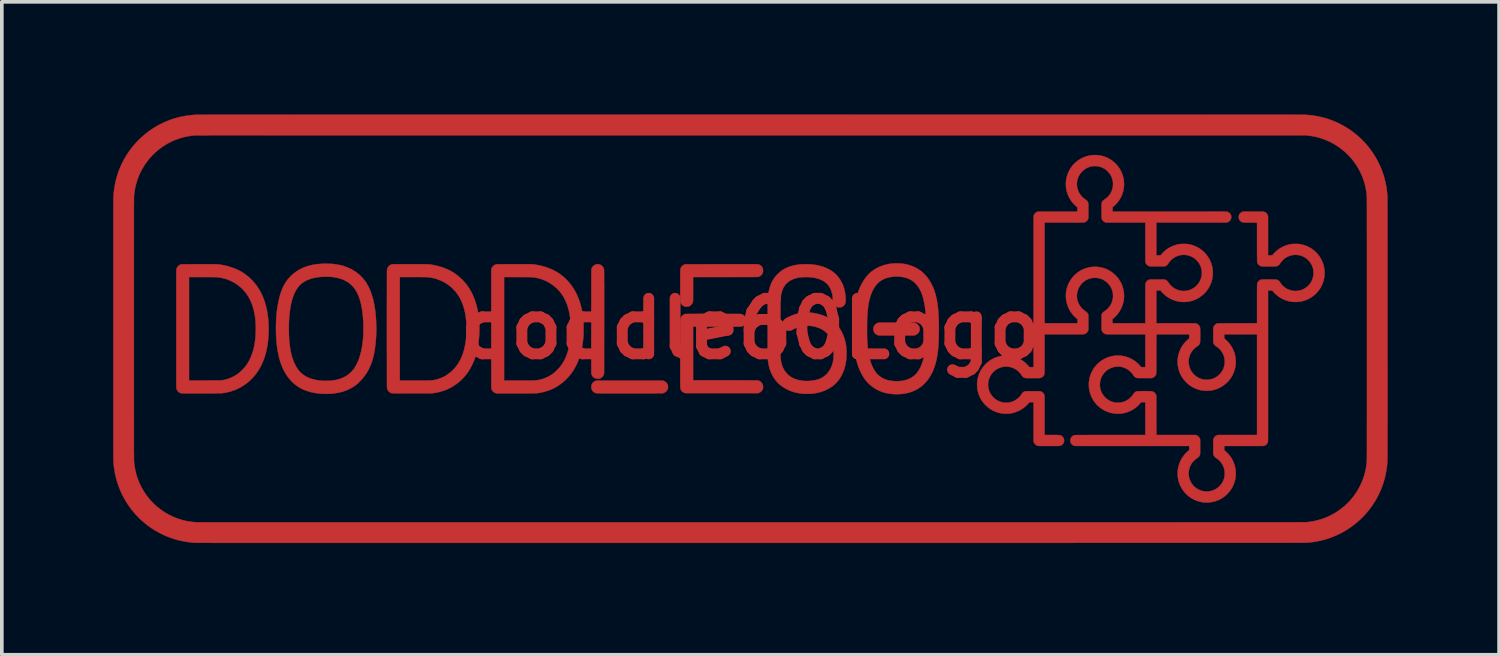
<source format=kicad_pcb>
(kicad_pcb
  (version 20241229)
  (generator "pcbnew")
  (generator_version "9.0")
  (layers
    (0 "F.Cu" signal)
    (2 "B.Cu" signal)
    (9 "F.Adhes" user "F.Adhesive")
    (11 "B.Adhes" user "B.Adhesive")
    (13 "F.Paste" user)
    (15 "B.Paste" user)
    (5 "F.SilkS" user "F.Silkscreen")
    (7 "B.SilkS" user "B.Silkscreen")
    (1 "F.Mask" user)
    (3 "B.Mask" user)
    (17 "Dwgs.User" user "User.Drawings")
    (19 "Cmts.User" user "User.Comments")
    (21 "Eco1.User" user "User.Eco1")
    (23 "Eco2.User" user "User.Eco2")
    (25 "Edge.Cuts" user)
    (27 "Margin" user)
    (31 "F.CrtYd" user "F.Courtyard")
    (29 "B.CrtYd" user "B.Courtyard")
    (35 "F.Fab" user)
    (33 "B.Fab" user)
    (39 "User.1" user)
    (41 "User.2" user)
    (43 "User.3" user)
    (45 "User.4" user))
  (footprint "doddle60Logo"
    (layer "F.Cu")
    (at 17.561 5.979)
    (property "Reference" "doddle60Logo" (at 0 0 180) (layer "F.Cu") (effects (font (size 1.524 1.524) (thickness 0.3))))
    (attr through_hole)
    (fp_poly (pts (xy 3.925 -0.168) (xy 3.981 -0.168) (xy 4.013 -0.168) (xy 4.072 -0.168) (xy 4.126 -0.168) (xy 4.175 -0.168) (xy 4.22 -0.167) (xy 4.261 -0.167) (xy 4.297 -0.167) (xy 4.33 -0.167) (xy 4.359 -0.167) (xy 4.385 -0.167) (xy 4.408 -0.167) (xy 4.427 -0.167) (xy 4.444 -0.167) (xy 4.459 -0.166) (xy 4.471 -0.166) (xy 4.481 -0.166) (xy 4.489 -0.165) (xy 4.495 -0.165) (xy 4.5 -0.165) (xy 4.504 -0.164) (xy 4.507 -0.164) (xy 4.531 -0.157) (xy 4.554 -0.145) (xy 4.577 -0.13) (xy 4.598 -0.111) (xy 4.616 -0.091) (xy 4.631 -0.069) (xy 4.635 -0.062) (xy 4.643 -0.041) (xy 4.648 -0.018) (xy 4.65 0.008) (xy 4.649 0.017) (xy 4.645 0.046) (xy 4.637 0.074) (xy 4.624 0.099) (xy 4.607 0.122) (xy 4.586 0.142) (xy 4.562 0.159) (xy 4.535 0.172) (xy 4.518 0.178) (xy 4.499 0.184) (xy 4.027 0.184) (xy 3.978 0.184) (xy 3.93 0.184) (xy 3.884 0.184) (xy 3.839 0.184) (xy 3.797 0.184) (xy 3.757 0.184) (xy 3.719 0.184) (xy 3.684 0.184) (xy 3.652 0.184) (xy 3.623 0.184) (xy 3.598 0.184) (xy 3.577 0.184) (xy 3.559 0.183) (xy 3.547 0.183) (xy 3.538 0.183) (xy 3.535 0.183) (xy 3.505 0.178) (xy 3.478 0.168) (xy 3.453 0.154) (xy 3.431 0.137) (xy 3.412 0.116) (xy 3.397 0.091) (xy 3.386 0.064) (xy 3.383 0.054) (xy 3.379 0.036) (xy 3.378 0.016) (xy 3.378 -0.005) (xy 3.379 -0.024) (xy 3.382 -0.036) (xy 3.391 -0.061) (xy 3.405 -0.086) (xy 3.422 -0.108) (xy 3.443 -0.128) (xy 3.467 -0.144) (xy 3.482 -0.152) (xy 3.486 -0.154) (xy 3.49 -0.156) (xy 3.493 -0.157) (xy 3.497 -0.159) (xy 3.501 -0.16) (xy 3.505 -0.161) (xy 3.51 -0.162) (xy 3.516 -0.163) (xy 3.523 -0.164) (xy 3.532 -0.165) (xy 3.542 -0.165) (xy 3.554 -0.166) (xy 3.569 -0.166) (xy 3.585 -0.166) (xy 3.604 -0.167) (xy 3.626 -0.167) (xy 3.65 -0.167) (xy 3.678 -0.167) (xy 3.71 -0.167) (xy 3.745 -0.168) (xy 3.783 -0.168) (xy 3.826 -0.168) (xy 3.873 -0.168) (xy 3.925 -0.168)) (stroke (width 0.01) (type solid)) (fill yes) (layer "F.Cu"))
    (fp_poly (pts (xy -2.394 1.429) (xy -2.366 1.44) (xy -2.34 1.455) (xy -2.316 1.473) (xy -2.297 1.495) (xy -2.281 1.519) (xy -2.281 1.519) (xy -2.271 1.542) (xy -2.265 1.568) (xy -2.263 1.595) (xy -2.264 1.622) (xy -2.27 1.648) (xy -2.279 1.672) (xy -2.28 1.676) (xy -2.289 1.691) (xy -2.301 1.707) (xy -2.314 1.722) (xy -2.327 1.734) (xy -2.331 1.737) (xy -2.346 1.747) (xy -2.364 1.757) (xy -2.383 1.765) (xy -2.395 1.77) (xy -2.397 1.77) (xy -2.399 1.77) (xy -2.401 1.771) (xy -2.405 1.771) (xy -2.409 1.771) (xy -2.415 1.772) (xy -2.422 1.772) (xy -2.431 1.772) (xy -2.441 1.772) (xy -2.452 1.773) (xy -2.466 1.773) (xy -2.482 1.773) (xy -2.5 1.773) (xy -2.521 1.773) (xy -2.544 1.773) (xy -2.569 1.773) (xy -2.598 1.774) (xy -2.63 1.774) (xy -2.665 1.774) (xy -2.703 1.774) (xy -2.744 1.774) (xy -2.79 1.774) (xy -2.839 1.774) (xy -2.892 1.774) (xy -2.949 1.774) (xy -3.011 1.774) (xy -3.077 1.774) (xy -3.148 1.774) (xy -3.223 1.774) (xy -3.303 1.774) (xy -3.309 1.774) (xy -3.392 1.774) (xy -3.47 1.774) (xy -3.543 1.774) (xy -3.611 1.774) (xy -3.675 1.775) (xy -3.734 1.774) (xy -3.789 1.774) (xy -3.84 1.774) (xy -3.888 1.774) (xy -3.931 1.774) (xy -3.971 1.774) (xy -4.007 1.774) (xy -4.04 1.774) (xy -4.07 1.774) (xy -4.096 1.774) (xy -4.12 1.774) (xy -4.141 1.774) (xy -4.159 1.773) (xy -4.175 1.773) (xy -4.188 1.773) (xy -4.199 1.773) (xy -4.209 1.773) (xy -4.216 1.772) (xy -4.221 1.772) (xy -4.225 1.772) (xy -4.227 1.771) (xy -4.257 1.764) (xy -4.284 1.752) (xy -4.307 1.736) (xy -4.327 1.716) (xy -4.344 1.693) (xy -4.357 1.666) (xy -4.364 1.648) (xy -4.367 1.633) (xy -4.369 1.614) (xy -4.37 1.594) (xy -4.369 1.574) (xy -4.366 1.556) (xy -4.365 1.549) (xy -4.355 1.522) (xy -4.341 1.497) (xy -4.322 1.476) (xy -4.3 1.457) (xy -4.275 1.442) (xy -4.246 1.43) (xy -4.239 1.428) (xy -4.237 1.428) (xy -4.235 1.427) (xy -4.233 1.427) (xy -4.23 1.427) (xy -4.227 1.426) (xy -4.222 1.426) (xy -4.216 1.426) (xy -4.21 1.426) (xy -4.201 1.425) (xy -4.192 1.425) (xy -4.18 1.425) (xy -4.167 1.425) (xy -4.152 1.425) (xy -4.134 1.424) (xy -4.114 1.424) (xy -4.092 1.424) (xy -4.067 1.424) (xy -4.039 1.424) (xy -4.009 1.424) (xy -3.975 1.424) (xy -3.938 1.424) (xy -3.897 1.424) (xy -3.853 1.424) (xy -3.805 1.424) (xy -3.754 1.424) (xy -3.698 1.424) (xy -3.638 1.424) (xy -3.573 1.424) (xy -3.504 1.424) (xy -3.431 1.424) (xy -3.352 1.424) (xy -2.414 1.424) (xy -2.394 1.429)) (stroke (width 0.01) (type solid)) (fill yes) (layer "F.Cu"))
    (fp_poly (pts (xy -4.16 -1.769) (xy -4.133 -1.761) (xy -4.107 -1.749) (xy -4.084 -1.732) (xy -4.066 -1.715) (xy -4.048 -1.691) (xy -4.034 -1.667) (xy -4.025 -1.641) (xy -4.02 -1.615) (xy -4.02 -1.611) (xy -4.02 -1.602) (xy -4.02 -1.59) (xy -4.02 -1.574) (xy -4.019 -1.553) (xy -4.019 -1.528) (xy -4.019 -1.498) (xy -4.019 -1.464) (xy -4.019 -1.426) (xy -4.019 -1.383) (xy -4.019 -1.336) (xy -4.019 -1.285) (xy -4.018 -1.228) (xy -4.018 -1.167) (xy -4.018 -1.102) (xy -4.018 -1.031) (xy -4.018 -0.957) (xy -4.018 -0.877) (xy -4.018 -0.792) (xy -4.018 -0.703) (xy -4.018 -0.609) (xy -4.018 -0.509) (xy -4.018 -0.405) (xy -4.018 -0.296) (xy -4.018 -0.182) (xy -4.018 -0.18) (xy -4.019 1.231) (xy -4.025 1.25) (xy -4.036 1.278) (xy -4.051 1.303) (xy -4.07 1.325) (xy -4.092 1.343) (xy -4.117 1.357) (xy -4.144 1.368) (xy -4.145 1.368) (xy -4.156 1.37) (xy -4.17 1.372) (xy -4.186 1.373) (xy -4.202 1.373) (xy -4.216 1.372) (xy -4.225 1.371) (xy -4.241 1.367) (xy -4.259 1.361) (xy -4.277 1.354) (xy -4.289 1.347) (xy -4.312 1.331) (xy -4.332 1.311) (xy -4.348 1.287) (xy -4.36 1.262) (xy -4.367 1.234) (xy -4.368 1.229) (xy -4.368 1.226) (xy -4.369 1.221) (xy -4.369 1.213) (xy -4.369 1.201) (xy -4.369 1.187) (xy -4.369 1.17) (xy -4.37 1.149) (xy -4.37 1.126) (xy -4.37 1.099) (xy -4.37 1.068) (xy -4.37 1.034) (xy -4.37 0.997) (xy -4.37 0.956) (xy -4.37 0.911) (xy -4.37 0.862) (xy -4.37 0.81) (xy -4.371 0.753) (xy -4.371 0.692) (xy -4.371 0.627) (xy -4.371 0.558) (xy -4.371 0.485) (xy -4.371 0.407) (xy -4.371 0.324) (xy -4.371 0.237) (xy -4.371 0.145) (xy -4.371 0.049) (xy -4.37 -0.053) (xy -4.37 -0.159) (xy -4.37 -0.208) (xy -4.37 -0.31) (xy -4.37 -0.406) (xy -4.37 -0.498) (xy -4.37 -0.585) (xy -4.37 -0.668) (xy -4.37 -0.746) (xy -4.37 -0.82) (xy -4.37 -0.889) (xy -4.37 -0.955) (xy -4.37 -1.016) (xy -4.37 -1.074) (xy -4.37 -1.128) (xy -4.37 -1.178) (xy -4.37 -1.225) (xy -4.37 -1.269) (xy -4.369 -1.309) (xy -4.369 -1.346) (xy -4.369 -1.381) (xy -4.369 -1.412) (xy -4.369 -1.441) (xy -4.369 -1.467) (xy -4.369 -1.491) (xy -4.369 -1.513) (xy -4.369 -1.532) (xy -4.368 -1.549) (xy -4.368 -1.564) (xy -4.368 -1.578) (xy -4.368 -1.59) (xy -4.368 -1.6) (xy -4.368 -1.608) (xy -4.367 -1.616) (xy -4.367 -1.622) (xy -4.367 -1.627) (xy -4.367 -1.631) (xy -4.366 -1.634) (xy -4.366 -1.637) (xy -4.366 -1.639) (xy -4.365 -1.641) (xy -4.365 -1.642) (xy -4.365 -1.642) (xy -4.356 -1.666) (xy -4.345 -1.687) (xy -4.331 -1.706) (xy -4.32 -1.717) (xy -4.301 -1.734) (xy -4.282 -1.748) (xy -4.262 -1.758) (xy -4.246 -1.764) (xy -4.217 -1.771) (xy -4.188 -1.772) (xy -4.16 -1.769)) (stroke (width 0.01) (type solid)) (fill yes) (layer "F.Cu"))
    (fp_poly (pts (xy -0.329 -1.772) (xy -0.266 -1.772) (xy -0.208 -1.772) (xy -0.154 -1.772) (xy -0.104 -1.772) (xy -0.059 -1.772) (xy -0.017 -1.772) (xy 0.02 -1.772) (xy 0.054 -1.772) (xy 0.084 -1.772) (xy 0.111 -1.772) (xy 0.134 -1.771) (xy 0.153 -1.771) (xy 0.169 -1.771) (xy 0.182 -1.771) (xy 0.191 -1.771) (xy 0.198 -1.77) (xy 0.202 -1.77) (xy 0.202 -1.77) (xy 0.23 -1.764) (xy 0.256 -1.753) (xy 0.28 -1.738) (xy 0.301 -1.72) (xy 0.318 -1.698) (xy 0.332 -1.674) (xy 0.341 -1.647) (xy 0.347 -1.618) (xy 0.347 -1.611) (xy 0.347 -1.58) (xy 0.342 -1.55) (xy 0.332 -1.522) (xy 0.318 -1.496) (xy 0.299 -1.472) (xy 0.295 -1.468) (xy 0.276 -1.452) (xy 0.254 -1.439) (xy 0.229 -1.429) (xy 0.22 -1.425) (xy 0.218 -1.425) (xy 0.216 -1.425) (xy 0.214 -1.424) (xy 0.211 -1.424) (xy 0.206 -1.424) (xy 0.201 -1.423) (xy 0.195 -1.423) (xy 0.188 -1.423) (xy 0.178 -1.423) (xy 0.168 -1.422) (xy 0.155 -1.422) (xy 0.141 -1.422) (xy 0.124 -1.422) (xy 0.105 -1.422) (xy 0.084 -1.422) (xy 0.06 -1.421) (xy 0.033 -1.421) (xy 0.003 -1.421) (xy -0.03 -1.421) (xy -0.066 -1.421) (xy -0.105 -1.421) (xy -0.148 -1.421) (xy -0.195 -1.421) (xy -0.246 -1.421) (xy -0.3 -1.421) (xy -0.359 -1.421) (xy -0.422 -1.421) (xy -0.49 -1.42) (xy -0.562 -1.42) (xy -0.64 -1.42) (xy -0.685 -1.42) (xy -1.575 -1.42) (xy -1.575 -1.093) (xy -1.575 -1.044) (xy -1.575 -1) (xy -1.575 -0.96) (xy -1.575 -0.925) (xy -1.575 -0.893) (xy -1.575 -0.866) (xy -1.575 -0.841) (xy -1.575 -0.82) (xy -1.576 -0.802) (xy -1.576 -0.786) (xy -1.577 -0.773) (xy -1.578 -0.762) (xy -1.579 -0.752) (xy -1.58 -0.744) (xy -1.581 -0.737) (xy -1.582 -0.731) (xy -1.584 -0.726) (xy -1.586 -0.721) (xy -1.588 -0.716) (xy -1.59 -0.711) (xy -1.593 -0.706) (xy -1.594 -0.704) (xy -1.6 -0.692) (xy -1.605 -0.683) (xy -1.612 -0.675) (xy -1.62 -0.666) (xy -1.629 -0.657) (xy -1.645 -0.642) (xy -1.66 -0.631) (xy -1.675 -0.622) (xy -1.692 -0.615) (xy -1.7 -0.612) (xy -1.716 -0.608) (xy -1.735 -0.606) (xy -1.754 -0.605) (xy -1.774 -0.606) (xy -1.79 -0.608) (xy -1.791 -0.608) (xy -1.819 -0.616) (xy -1.845 -0.629) (xy -1.867 -0.646) (xy -1.887 -0.667) (xy -1.903 -0.691) (xy -1.909 -0.703) (xy -1.911 -0.707) (xy -1.913 -0.711) (xy -1.915 -0.715) (xy -1.917 -0.719) (xy -1.918 -0.722) (xy -1.919 -0.727) (xy -1.921 -0.732) (xy -1.922 -0.738) (xy -1.922 -0.745) (xy -1.923 -0.753) (xy -1.924 -0.763) (xy -1.924 -0.775) (xy -1.925 -0.789) (xy -1.925 -0.805) (xy -1.926 -0.824) (xy -1.926 -0.846) (xy -1.926 -0.871) (xy -1.926 -0.899) (xy -1.927 -0.93) (xy -1.927 -0.966) (xy -1.927 -1.005) (xy -1.927 -1.049) (xy -1.927 -1.097) (xy -1.927 -1.15) (xy -1.927 -1.175) (xy -1.927 -1.231) (xy -1.927 -1.283) (xy -1.927 -1.333) (xy -1.927 -1.379) (xy -1.927 -1.422) (xy -1.927 -1.461) (xy -1.927 -1.496) (xy -1.927 -1.527) (xy -1.927 -1.553) (xy -1.926 -1.576) (xy -1.926 -1.594) (xy -1.926 -1.607) (xy -1.926 -1.615) (xy -1.925 -1.618) (xy -1.92 -1.646) (xy -1.912 -1.672) (xy -1.899 -1.695) (xy -1.882 -1.716) (xy -1.877 -1.722) (xy -1.855 -1.74) (xy -1.832 -1.754) (xy -1.807 -1.765) (xy -1.787 -1.771) (xy -0.803 -1.772) (xy -0.711 -1.772) (xy -0.625 -1.772) (xy -0.544 -1.772) (xy -0.468 -1.772) (xy -0.396 -1.772) (xy -0.329 -1.772)) (stroke (width 0.01) (type solid)) (fill yes) (layer "F.Cu"))
    (fp_poly (pts (xy -0.949 -0.408) (xy -0.879 -0.408) (xy -0.813 -0.408) (xy -0.752 -0.408) (xy -0.695 -0.408) (xy -0.643 -0.407) (xy -0.595 -0.407) (xy -0.55 -0.407) (xy -0.51 -0.407) (xy -0.473 -0.407) (xy -0.44 -0.407) (xy -0.41 -0.407) (xy -0.383 -0.407) (xy -0.36 -0.407) (xy -0.339 -0.406) (xy -0.321 -0.406) (xy -0.305 -0.406) (xy -0.292 -0.406) (xy -0.281 -0.406) (xy -0.273 -0.405) (xy -0.266 -0.405) (xy -0.261 -0.405) (xy -0.258 -0.404) (xy -0.257 -0.404) (xy -0.239 -0.399) (xy -0.221 -0.391) (xy -0.202 -0.381) (xy -0.186 -0.37) (xy -0.183 -0.368) (xy -0.164 -0.351) (xy -0.148 -0.33) (xy -0.134 -0.309) (xy -0.123 -0.287) (xy -0.117 -0.265) (xy -0.115 -0.251) (xy -0.114 -0.233) (xy -0.114 -0.216) (xy -0.116 -0.199) (xy -0.118 -0.189) (xy -0.127 -0.163) (xy -0.141 -0.138) (xy -0.159 -0.115) (xy -0.179 -0.096) (xy -0.203 -0.08) (xy -0.228 -0.067) (xy -0.255 -0.059) (xy -0.258 -0.059) (xy -0.261 -0.058) (xy -0.269 -0.058) (xy -0.28 -0.058) (xy -0.294 -0.057) (xy -0.313 -0.057) (xy -0.336 -0.057) (xy -0.363 -0.057) (xy -0.394 -0.057) (xy -0.429 -0.056) (xy -0.469 -0.056) (xy -0.513 -0.056) (xy -0.562 -0.056) (xy -0.615 -0.056) (xy -0.673 -0.056) (xy -0.736 -0.056) (xy -0.803 -0.056) (xy -0.876 -0.056) (xy -0.924 -0.056) (xy -1.575 -0.056) (xy -1.575 1.417) (xy -0.703 1.417) (xy -0.611 1.417) (xy -0.524 1.417) (xy -0.442 1.417) (xy -0.365 1.417) (xy -0.292 1.417) (xy -0.225 1.417) (xy -0.163 1.418) (xy -0.106 1.418) (xy -0.054 1.418) (xy -0.006 1.418) (xy 0.036 1.418) (xy 0.073 1.418) (xy 0.105 1.419) (xy 0.132 1.419) (xy 0.154 1.419) (xy 0.171 1.419) (xy 0.183 1.419) (xy 0.19 1.42) (xy 0.192 1.42) (xy 0.221 1.425) (xy 0.247 1.435) (xy 0.271 1.449) (xy 0.293 1.468) (xy 0.298 1.473) (xy 0.317 1.496) (xy 0.331 1.52) (xy 0.341 1.547) (xy 0.346 1.575) (xy 0.347 1.586) (xy 0.347 1.615) (xy 0.342 1.643) (xy 0.333 1.669) (xy 0.33 1.676) (xy 0.324 1.687) (xy 0.318 1.697) (xy 0.31 1.706) (xy 0.3 1.716) (xy 0.297 1.719) (xy 0.281 1.734) (xy 0.266 1.745) (xy 0.25 1.754) (xy 0.23 1.762) (xy 0.227 1.763) (xy 0.21 1.769) (xy -0.782 1.769) (xy -0.858 1.769) (xy -0.933 1.769) (xy -1.005 1.769) (xy -1.075 1.769) (xy -1.142 1.769) (xy -1.208 1.769) (xy -1.27 1.769) (xy -1.33 1.769) (xy -1.386 1.769) (xy -1.44 1.769) (xy -1.49 1.769) (xy -1.537 1.769) (xy -1.581 1.769) (xy -1.62 1.769) (xy -1.656 1.768) (xy -1.688 1.768) (xy -1.716 1.768) (xy -1.739 1.768) (xy -1.758 1.768) (xy -1.773 1.768) (xy -1.782 1.768) (xy -1.787 1.767) (xy -1.788 1.767) (xy -1.809 1.762) (xy -1.83 1.753) (xy -1.851 1.741) (xy -1.87 1.727) (xy -1.881 1.716) (xy -1.899 1.693) (xy -1.912 1.669) (xy -1.921 1.642) (xy -1.925 1.615) (xy -1.926 1.611) (xy -1.926 1.601) (xy -1.926 1.587) (xy -1.926 1.568) (xy -1.926 1.544) (xy -1.926 1.515) (xy -1.927 1.482) (xy -1.927 1.444) (xy -1.927 1.402) (xy -1.927 1.356) (xy -1.927 1.305) (xy -1.927 1.251) (xy -1.927 1.192) (xy -1.927 1.129) (xy -1.927 1.063) (xy -1.927 0.993) (xy -1.927 0.919) (xy -1.927 0.841) (xy -1.927 0.76) (xy -1.927 0.676) (xy -1.927 0.667) (xy -1.927 0.585) (xy -1.927 0.508) (xy -1.927 0.436) (xy -1.927 0.369) (xy -1.927 0.306) (xy -1.927 0.247) (xy -1.927 0.193) (xy -1.927 0.143) (xy -1.926 0.096) (xy -1.926 0.053) (xy -1.926 0.014) (xy -1.926 -0.023) (xy -1.926 -0.055) (xy -1.926 -0.085) (xy -1.926 -0.112) (xy -1.926 -0.136) (xy -1.926 -0.158) (xy -1.925 -0.177) (xy -1.925 -0.194) (xy -1.925 -0.208) (xy -1.925 -0.221) (xy -1.925 -0.232) (xy -1.924 -0.241) (xy -1.924 -0.249) (xy -1.924 -0.256) (xy -1.924 -0.261) (xy -1.923 -0.265) (xy -1.923 -0.269) (xy -1.923 -0.271) (xy -1.922 -0.273) (xy -1.922 -0.275) (xy -1.922 -0.276) (xy -1.911 -0.302) (xy -1.897 -0.327) (xy -1.879 -0.35) (xy -1.859 -0.37) (xy -1.836 -0.385) (xy -1.825 -0.391) (xy -1.814 -0.396) (xy -1.801 -0.401) (xy -1.793 -0.403) (xy -1.791 -0.404) (xy -1.789 -0.404) (xy -1.786 -0.404) (xy -1.783 -0.405) (xy -1.779 -0.405) (xy -1.774 -0.405) (xy -1.767 -0.406) (xy -1.759 -0.406) (xy -1.75 -0.406) (xy -1.739 -0.406) (xy -1.726 -0.406) (xy -1.71 -0.407) (xy -1.693 -0.407) (xy -1.673 -0.407) (xy -1.651 -0.407) (xy -1.625 -0.407) (xy -1.597 -0.407) (xy -1.566 -0.407) (xy -1.531 -0.407) (xy -1.493 -0.407) (xy -1.451 -0.408) (xy -1.405 -0.408) (xy -1.356 -0.408) (xy -1.302 -0.408) (xy -1.244 -0.408) (xy -1.181 -0.408) (xy -1.114 -0.408) (xy -1.042 -0.408) (xy -1.025 -0.408) (xy -0.949 -0.408)) (stroke (width 0.01) (type solid)) (fill yes) (layer "F.Cu"))
    (fp_poly (pts (xy -11.633 -1.785) (xy -11.606 -1.784) (xy -11.579 -1.784) (xy -11.554 -1.783) (xy -11.532 -1.783) (xy -11.513 -1.782) (xy -11.498 -1.781) (xy -11.494 -1.781) (xy -11.46 -1.777) (xy -11.43 -1.774) (xy -11.402 -1.77) (xy -11.374 -1.766) (xy -11.344 -1.761) (xy -11.336 -1.76) (xy -11.289 -1.752) (xy -11.246 -1.743) (xy -11.207 -1.733) (xy -11.17 -1.722) (xy -11.135 -1.71) (xy -11.1 -1.696) (xy -11.069 -1.683) (xy -11.058 -1.678) (xy -11.043 -1.671) (xy -11.027 -1.664) (xy -11.011 -1.657) (xy -11.006 -1.655) (xy -10.96 -1.633) (xy -10.914 -1.608) (xy -10.868 -1.58) (xy -10.825 -1.55) (xy -10.811 -1.54) (xy -10.767 -1.505) (xy -10.725 -1.468) (xy -10.684 -1.428) (xy -10.646 -1.387) (xy -10.61 -1.345) (xy -10.579 -1.303) (xy -10.566 -1.285) (xy -10.527 -1.222) (xy -10.491 -1.156) (xy -10.458 -1.085) (xy -10.427 -1.01) (xy -10.399 -0.931) (xy -10.374 -0.848) (xy -10.352 -0.761) (xy -10.333 -0.669) (xy -10.317 -0.574) (xy -10.303 -0.474) (xy -10.292 -0.371) (xy -10.284 -0.263) (xy -10.281 -0.204) (xy -10.277 -0.082) (xy -10.276 0.038) (xy -10.279 0.157) (xy -10.285 0.273) (xy -10.295 0.386) (xy -10.308 0.497) (xy -10.324 0.605) (xy -10.343 0.709) (xy -10.348 0.732) (xy -10.363 0.792) (xy -10.38 0.855) (xy -10.401 0.918) (xy -10.424 0.98) (xy -10.45 1.041) (xy -10.477 1.099) (xy -10.505 1.154) (xy -10.511 1.166) (xy -10.535 1.206) (xy -10.563 1.247) (xy -10.593 1.29) (xy -10.625 1.332) (xy -10.659 1.373) (xy -10.694 1.412) (xy -10.729 1.449) (xy -10.763 1.483) (xy -10.796 1.513) (xy -10.798 1.514) (xy -10.855 1.559) (xy -10.915 1.6) (xy -10.978 1.636) (xy -11.043 1.669) (xy -11.111 1.698) (xy -11.183 1.723) (xy -11.257 1.743) (xy -11.335 1.76) (xy -11.415 1.773) (xy -11.499 1.783) (xy -11.534 1.785) (xy -11.549 1.786) (xy -11.568 1.787) (xy -11.591 1.787) (xy -11.615 1.787) (xy -11.642 1.788) (xy -11.668 1.788) (xy -11.694 1.787) (xy -11.719 1.787) (xy -11.741 1.787) (xy -11.76 1.786) (xy -11.774 1.785) (xy -11.861 1.777) (xy -11.945 1.766) (xy -12.026 1.751) (xy -12.103 1.732) (xy -12.176 1.709) (xy -12.247 1.683) (xy -12.314 1.653) (xy -12.378 1.618) (xy -12.439 1.58) (xy -12.496 1.539) (xy -12.551 1.493) (xy -12.6 1.446) (xy -12.631 1.413) (xy -12.662 1.376) (xy -12.693 1.338) (xy -12.722 1.299) (xy -12.748 1.262) (xy -12.754 1.251) (xy -12.793 1.187) (xy -12.828 1.119) (xy -12.861 1.047) (xy -12.89 0.971) (xy -12.917 0.891) (xy -12.941 0.808) (xy -12.962 0.72) (xy -12.98 0.629) (xy -12.996 0.533) (xy -13.008 0.434) (xy -13.018 0.33) (xy -13.025 0.222) (xy -13.026 0.207) (xy -13.029 0.15) (xy -13.03 0.091) (xy -13.031 0.031) (xy -13.031 0.006) (xy -12.678 0.006) (xy -12.678 0.04) (xy -12.678 0.072) (xy -12.677 0.102) (xy -12.677 0.129) (xy -12.676 0.152) (xy -12.676 0.157) (xy -12.673 0.229) (xy -12.669 0.296) (xy -12.664 0.36) (xy -12.658 0.42) (xy -12.651 0.479) (xy -12.642 0.535) (xy -12.633 0.591) (xy -12.626 0.626) (xy -12.613 0.687) (xy -12.597 0.748) (xy -12.578 0.807) (xy -12.558 0.864) (xy -12.536 0.92) (xy -12.512 0.973) (xy -12.486 1.023) (xy -12.459 1.069) (xy -12.431 1.112) (xy -12.402 1.15) (xy -12.382 1.174) (xy -12.342 1.214) (xy -12.299 1.25) (xy -12.253 1.284) (xy -12.204 1.313) (xy -12.151 1.34) (xy -12.095 1.363) (xy -12.035 1.382) (xy -11.972 1.399) (xy -11.905 1.412) (xy -11.834 1.422) (xy -11.759 1.429) (xy -11.744 1.43) (xy -11.726 1.431) (xy -11.705 1.431) (xy -11.681 1.431) (xy -11.655 1.431) (xy -11.628 1.431) (xy -11.602 1.43) (xy -11.576 1.43) (xy -11.553 1.429) (xy -11.533 1.427) (xy -11.517 1.426) (xy -11.446 1.417) (xy -11.379 1.405) (xy -11.315 1.389) (xy -11.254 1.37) (xy -11.197 1.347) (xy -11.143 1.321) (xy -11.092 1.29) (xy -11.043 1.257) (xy -11.025 1.242) (xy -11.011 1.231) (xy -10.995 1.216) (xy -10.978 1.2) (xy -10.961 1.183) (xy -10.944 1.166) (xy -10.929 1.15) (xy -10.917 1.136) (xy -10.915 1.133) (xy -10.885 1.092) (xy -10.856 1.047) (xy -10.828 0.998) (xy -10.801 0.946) (xy -10.776 0.89) (xy -10.753 0.832) (xy -10.733 0.772) (xy -10.724 0.744) (xy -10.708 0.687) (xy -10.694 0.63) (xy -10.681 0.571) (xy -10.669 0.511) (xy -10.659 0.45) (xy -10.651 0.385) (xy -10.643 0.317) (xy -10.637 0.245) (xy -10.633 0.198) (xy -10.633 0.184) (xy -10.632 0.165) (xy -10.631 0.142) (xy -10.631 0.116) (xy -10.631 0.087) (xy -10.63 0.057) (xy -10.63 0.025) (xy -10.63 -0.008) (xy -10.63 -0.04) (xy -10.63 -0.072) (xy -10.631 -0.103) (xy -10.631 -0.132) (xy -10.632 -0.158) (xy -10.632 -0.181) (xy -10.633 -0.201) (xy -10.633 -0.213) (xy -10.64 -0.303) (xy -10.648 -0.388) (xy -10.657 -0.468) (xy -10.669 -0.545) (xy -10.682 -0.617) (xy -10.696 -0.686) (xy -10.713 -0.751) (xy -10.732 -0.813) (xy -10.752 -0.872) (xy -10.775 -0.927) (xy -10.799 -0.981) (xy -10.803 -0.988) (xy -10.826 -1.031) (xy -10.849 -1.07) (xy -10.873 -1.106) (xy -10.9 -1.139) (xy -10.929 -1.172) (xy -10.954 -1.197) (xy -10.998 -1.236) (xy -11.046 -1.272) (xy -11.098 -1.304) (xy -11.152 -1.333) (xy -11.211 -1.358) (xy -11.273 -1.379) (xy -11.338 -1.397) (xy -11.407 -1.41) (xy -11.479 -1.421) (xy -11.554 -1.427) (xy -11.633 -1.43) (xy -11.651 -1.43) (xy -11.732 -1.428) (xy -11.809 -1.423) (xy -11.883 -1.415) (xy -11.953 -1.403) (xy -12.019 -1.389) (xy -12.082 -1.37) (xy -12.142 -1.349) (xy -12.197 -1.324) (xy -12.249 -1.296) (xy -12.297 -1.265) (xy -12.327 -1.243) (xy -12.361 -1.213) (xy -12.393 -1.18) (xy -12.423 -1.144) (xy -12.451 -1.105) (xy -12.478 -1.062) (xy -12.504 -1.014) (xy -12.507 -1.008) (xy -12.532 -0.955) (xy -12.554 -0.898) (xy -12.575 -0.839) (xy -12.594 -0.776) (xy -12.611 -0.709) (xy -12.626 -0.638) (xy -12.639 -0.564) (xy -12.65 -0.485) (xy -12.66 -0.402) (xy -12.668 -0.315) (xy -12.673 -0.231) (xy -12.674 -0.211) (xy -12.675 -0.188) (xy -12.676 -0.16) (xy -12.677 -0.13) (xy -12.677 -0.097) (xy -12.677 -0.063) (xy -12.678 -0.028) (xy -12.678 0.006) (xy -13.031 0.006) (xy -13.031 -0.031) (xy -13.03 -0.092) (xy -13.029 -0.154) (xy -13.026 -0.214) (xy -13.024 -0.273) (xy -13.02 -0.33) (xy -13.016 -0.384) (xy -13.012 -0.434) (xy -13.006 -0.48) (xy -13.005 -0.492) (xy -12.992 -0.58) (xy -12.978 -0.663) (xy -12.963 -0.741) (xy -12.947 -0.816) (xy -12.929 -0.886) (xy -12.91 -0.952) (xy -12.889 -1.015) (xy -12.867 -1.074) (xy -12.843 -1.129) (xy -12.818 -1.182) (xy -12.79 -1.232) (xy -12.761 -1.279) (xy -12.73 -1.324) (xy -12.697 -1.365) (xy -12.648 -1.421) (xy -12.595 -1.473) (xy -12.539 -1.521) (xy -12.479 -1.566) (xy -12.416 -1.607) (xy -12.35 -1.643) (xy -12.324 -1.656) (xy -12.27 -1.681) (xy -12.215 -1.702) (xy -12.158 -1.721) (xy -12.099 -1.738) (xy -12.038 -1.752) (xy -11.974 -1.763) (xy -11.907 -1.772) (xy -11.835 -1.779) (xy -11.775 -1.783) (xy -11.758 -1.784) (xy -11.737 -1.784) (xy -11.713 -1.785) (xy -11.688 -1.785) (xy -11.661 -1.785) (xy -11.633 -1.785)) (stroke (width 0.01) (type solid)) (fill yes) (layer "F.Cu"))
    (fp_poly (pts (xy 4.093 -1.793) (xy 4.157 -1.789) (xy 4.218 -1.781) (xy 4.221 -1.78) (xy 4.293 -1.766) (xy 4.362 -1.748) (xy 4.43 -1.725) (xy 4.495 -1.698) (xy 4.558 -1.667) (xy 4.618 -1.631) (xy 4.675 -1.592) (xy 4.676 -1.59) (xy 4.695 -1.577) (xy 4.71 -1.564) (xy 4.724 -1.553) (xy 4.737 -1.541) (xy 4.751 -1.528) (xy 4.767 -1.513) (xy 4.804 -1.474) (xy 4.84 -1.433) (xy 4.874 -1.389) (xy 4.906 -1.342) (xy 4.937 -1.291) (xy 4.968 -1.236) (xy 4.985 -1.203) (xy 5.002 -1.168) (xy 5.017 -1.136) (xy 5.03 -1.104) (xy 5.043 -1.072) (xy 5.054 -1.039) (xy 5.065 -1.005) (xy 5.076 -0.968) (xy 5.087 -0.928) (xy 5.096 -0.892) (xy 5.107 -0.844) (xy 5.117 -0.798) (xy 5.126 -0.751) (xy 5.134 -0.703) (xy 5.141 -0.653) (xy 5.148 -0.601) (xy 5.154 -0.545) (xy 5.159 -0.485) (xy 5.159 -0.48) (xy 5.163 -0.426) (xy 5.167 -0.368) (xy 5.17 -0.306) (xy 5.172 -0.241) (xy 5.174 -0.173) (xy 5.175 -0.104) (xy 5.176 -0.034) (xy 5.176 0.037) (xy 5.175 0.108) (xy 5.174 0.177) (xy 5.173 0.245) (xy 5.17 0.311) (xy 5.168 0.374) (xy 5.164 0.433) (xy 5.16 0.488) (xy 5.159 0.502) (xy 5.154 0.557) (xy 5.149 0.609) (xy 5.144 0.657) (xy 5.137 0.702) (xy 5.131 0.745) (xy 5.123 0.787) (xy 5.115 0.828) (xy 5.106 0.869) (xy 5.097 0.905) (xy 5.078 0.976) (xy 5.057 1.043) (xy 5.034 1.106) (xy 5.01 1.166) (xy 4.982 1.223) (xy 4.952 1.278) (xy 4.919 1.333) (xy 4.908 1.35) (xy 4.866 1.409) (xy 4.821 1.464) (xy 4.773 1.514) (xy 4.723 1.561) (xy 4.669 1.603) (xy 4.612 1.642) (xy 4.552 1.676) (xy 4.489 1.706) (xy 4.424 1.732) (xy 4.356 1.754) (xy 4.285 1.771) (xy 4.211 1.785) (xy 4.152 1.792) (xy 4.136 1.793) (xy 4.116 1.794) (xy 4.093 1.795) (xy 4.067 1.796) (xy 4.041 1.797) (xy 4.015 1.797) (xy 3.99 1.797) (xy 3.966 1.797) (xy 3.946 1.796) (xy 3.93 1.796) (xy 3.929 1.795) (xy 3.856 1.788) (xy 3.786 1.778) (xy 3.72 1.765) (xy 3.656 1.748) (xy 3.595 1.727) (xy 3.536 1.703) (xy 3.506 1.689) (xy 3.447 1.657) (xy 3.39 1.622) (xy 3.335 1.583) (xy 3.284 1.54) (xy 3.235 1.494) (xy 3.19 1.445) (xy 3.149 1.394) (xy 3.114 1.343) (xy 3.087 1.298) (xy 3.061 1.252) (xy 3.036 1.204) (xy 3.012 1.155) (xy 2.991 1.107) (xy 2.973 1.062) (xy 2.968 1.049) (xy 2.948 0.99) (xy 2.93 0.931) (xy 2.915 0.871) (xy 2.901 0.809) (xy 2.89 0.743) (xy 2.885 0.712) (xy 2.881 0.679) (xy 2.876 0.648) (xy 2.873 0.62) (xy 2.869 0.593) (xy 2.866 0.568) (xy 2.864 0.542) (xy 2.862 0.517) (xy 2.86 0.492) (xy 2.858 0.465) (xy 2.856 0.437) (xy 2.855 0.407) (xy 2.854 0.374) (xy 2.853 0.339) (xy 2.851 0.299) (xy 2.85 0.255) (xy 2.85 0.225) (xy 2.849 0.18) (xy 2.848 0.134) (xy 2.848 0.085) (xy 2.847 0.054) (xy 3.203 0.054) (xy 3.203 0.09) (xy 3.203 0.125) (xy 3.203 0.158) (xy 3.203 0.188) (xy 3.204 0.216) (xy 3.204 0.24) (xy 3.205 0.26) (xy 3.205 0.275) (xy 3.208 0.336) (xy 3.212 0.392) (xy 3.215 0.444) (xy 3.219 0.493) (xy 3.223 0.538) (xy 3.228 0.58) (xy 3.233 0.62) (xy 3.239 0.658) (xy 3.245 0.694) (xy 3.251 0.729) (xy 3.259 0.763) (xy 3.267 0.797) (xy 3.276 0.83) (xy 3.286 0.865) (xy 3.288 0.871) (xy 3.31 0.938) (xy 3.333 0.999) (xy 3.359 1.057) (xy 3.386 1.11) (xy 3.416 1.158) (xy 3.448 1.203) (xy 3.482 1.243) (xy 3.519 1.279) (xy 3.558 1.311) (xy 3.6 1.34) (xy 3.644 1.365) (xy 3.691 1.386) (xy 3.712 1.394) (xy 3.757 1.408) (xy 3.806 1.42) (xy 3.858 1.429) (xy 3.913 1.436) (xy 3.969 1.44) (xy 4.027 1.441) (xy 4.085 1.439) (xy 4.111 1.437) (xy 4.172 1.43) (xy 4.231 1.419) (xy 4.287 1.404) (xy 4.34 1.384) (xy 4.391 1.361) (xy 4.438 1.333) (xy 4.482 1.302) (xy 4.516 1.273) (xy 4.553 1.236) (xy 4.588 1.194) (xy 4.62 1.148) (xy 4.65 1.098) (xy 4.678 1.043) (xy 4.702 0.984) (xy 4.725 0.92) (xy 4.745 0.852) (xy 4.75 0.832) (xy 4.758 0.797) (xy 4.767 0.76) (xy 4.775 0.72) (xy 4.783 0.679) (xy 4.79 0.638) (xy 4.796 0.599) (xy 4.801 0.563) (xy 4.804 0.542) (xy 4.807 0.509) (xy 4.81 0.472) (xy 4.813 0.43) (xy 4.815 0.385) (xy 4.817 0.337) (xy 4.819 0.286) (xy 4.821 0.232) (xy 4.822 0.177) (xy 4.822 0.12) (xy 4.823 0.063) (xy 4.823 0.005) (xy 4.823 -0.053) (xy 4.822 -0.111) (xy 4.822 -0.167) (xy 4.82 -0.222) (xy 4.819 -0.275) (xy 4.817 -0.326) (xy 4.815 -0.374) (xy 4.812 -0.419) (xy 4.81 -0.46) (xy 4.807 -0.497) (xy 4.804 -0.524) (xy 4.797 -0.573) (xy 4.79 -0.624) (xy 4.78 -0.676) (xy 4.77 -0.728) (xy 4.759 -0.779) (xy 4.747 -0.828) (xy 4.735 -0.874) (xy 4.728 -0.898) (xy 4.706 -0.962) (xy 4.682 -1.022) (xy 4.654 -1.078) (xy 4.624 -1.13) (xy 4.59 -1.178) (xy 4.554 -1.222) (xy 4.515 -1.262) (xy 4.473 -1.298) (xy 4.428 -1.329) (xy 4.38 -1.356) (xy 4.33 -1.38) (xy 4.277 -1.398) (xy 4.268 -1.401) (xy 4.215 -1.414) (xy 4.159 -1.424) (xy 4.102 -1.431) (xy 4.044 -1.434) (xy 3.985 -1.434) (xy 3.927 -1.43) (xy 3.869 -1.423) (xy 3.814 -1.413) (xy 3.76 -1.4) (xy 3.71 -1.384) (xy 3.697 -1.379) (xy 3.647 -1.356) (xy 3.599 -1.329) (xy 3.554 -1.298) (xy 3.512 -1.263) (xy 3.473 -1.223) (xy 3.436 -1.179) (xy 3.403 -1.131) (xy 3.372 -1.079) (xy 3.345 -1.023) (xy 3.32 -0.963) (xy 3.303 -0.915) (xy 3.291 -0.877) (xy 3.28 -0.84) (xy 3.27 -0.803) (xy 3.261 -0.765) (xy 3.253 -0.728) (xy 3.246 -0.689) (xy 3.239 -0.648) (xy 3.233 -0.606) (xy 3.228 -0.561) (xy 3.223 -0.514) (xy 3.218 -0.463) (xy 3.214 -0.409) (xy 3.21 -0.35) (xy 3.207 -0.287) (xy 3.206 -0.282) (xy 3.206 -0.266) (xy 3.205 -0.245) (xy 3.205 -0.221) (xy 3.204 -0.193) (xy 3.204 -0.162) (xy 3.203 -0.129) (xy 3.203 -0.094) (xy 3.203 -0.058) (xy 3.203 -0.021) (xy 3.203 0.017) (xy 3.203 0.054) (xy 2.847 0.054) (xy 2.847 0.035) (xy 2.847 -0.016) (xy 2.848 -0.067) (xy 2.848 -0.118) (xy 2.849 -0.169) (xy 2.85 -0.218) (xy 2.851 -0.266) (xy 2.852 -0.312) (xy 2.853 -0.355) (xy 2.855 -0.395) (xy 2.856 -0.431) (xy 2.858 -0.463) (xy 2.86 -0.485) (xy 2.864 -0.53) (xy 2.87 -0.577) (xy 2.876 -0.627) (xy 2.884 -0.678) (xy 2.893 -0.73) (xy 2.903 -0.781) (xy 2.913 -0.831) (xy 2.923 -0.878) (xy 2.934 -0.922) (xy 2.944 -0.957) (xy 2.97 -1.037) (xy 3 -1.115) (xy 3.035 -1.191) (xy 3.075 -1.266) (xy 3.12 -1.338) (xy 3.152 -1.386) (xy 3.194 -1.439) (xy 3.239 -1.49) (xy 3.288 -1.537) (xy 3.34 -1.58) (xy 3.397 -1.62) (xy 3.457 -1.656) (xy 3.493 -1.676) (xy 3.548 -1.702) (xy 3.607 -1.725) (xy 3.667 -1.746) (xy 3.728 -1.763) (xy 3.773 -1.773) (xy 3.833 -1.783) (xy 3.896 -1.79) (xy 3.961 -1.794) (xy 4.027 -1.795) (xy 4.093 -1.793)) (stroke (width 0.01) (type solid)) (fill yes) (layer "F.Cu"))
    (fp_poly (pts (xy -14.901 -1.772) (xy -14.861 -1.772) (xy -14.826 -1.772) (xy -14.794 -1.772) (xy -14.765 -1.772) (xy -14.738 -1.772) (xy -14.715 -1.771) (xy -14.694 -1.771) (xy -14.675 -1.77) (xy -14.658 -1.77) (xy -14.643 -1.769) (xy -14.63 -1.768) (xy -14.617 -1.768) (xy -14.606 -1.767) (xy -14.596 -1.766) (xy -14.585 -1.764) (xy -14.576 -1.763) (xy -14.566 -1.762) (xy -14.556 -1.76) (xy -14.546 -1.758) (xy -14.541 -1.757) (xy -14.519 -1.753) (xy -14.494 -1.749) (xy -14.468 -1.743) (xy -14.441 -1.738) (xy -14.416 -1.732) (xy -14.392 -1.727) (xy -14.372 -1.722) (xy -14.36 -1.719) (xy -14.348 -1.716) (xy -14.331 -1.711) (xy -14.312 -1.705) (xy -14.291 -1.698) (xy -14.269 -1.691) (xy -14.247 -1.683) (xy -14.225 -1.676) (xy -14.205 -1.669) (xy -14.188 -1.663) (xy -14.177 -1.659) (xy -14.103 -1.628) (xy -14.031 -1.593) (xy -13.961 -1.553) (xy -13.894 -1.509) (xy -13.829 -1.46) (xy -13.766 -1.408) (xy -13.707 -1.352) (xy -13.651 -1.292) (xy -13.597 -1.228) (xy -13.548 -1.162) (xy -13.501 -1.091) (xy -13.481 -1.058) (xy -13.441 -0.984) (xy -13.404 -0.907) (xy -13.371 -0.827) (xy -13.341 -0.743) (xy -13.315 -0.655) (xy -13.292 -0.565) (xy -13.273 -0.472) (xy -13.258 -0.376) (xy -13.246 -0.278) (xy -13.238 -0.177) (xy -13.233 -0.073) (xy -13.232 0.032) (xy -13.235 0.14) (xy -13.242 0.249) (xy -13.244 0.27) (xy -13.253 0.36) (xy -13.265 0.448) (xy -13.28 0.535) (xy -13.299 0.62) (xy -13.32 0.702) (xy -13.344 0.781) (xy -13.366 0.843) (xy -13.399 0.926) (xy -13.436 1.006) (xy -13.477 1.082) (xy -13.521 1.155) (xy -13.569 1.224) (xy -13.621 1.29) (xy -13.675 1.352) (xy -13.733 1.41) (xy -13.795 1.465) (xy -13.859 1.515) (xy -13.927 1.562) (xy -13.998 1.605) (xy -14.055 1.635) (xy -14.081 1.649) (xy -14.105 1.66) (xy -14.127 1.669) (xy -14.149 1.678) (xy -14.172 1.687) (xy -14.198 1.696) (xy -14.209 1.7) (xy -14.255 1.715) (xy -14.299 1.728) (xy -14.34 1.739) (xy -14.381 1.748) (xy -14.421 1.756) (xy -14.463 1.763) (xy -14.507 1.769) (xy -14.515 1.77) (xy -14.52 1.77) (xy -14.525 1.77) (xy -14.531 1.771) (xy -14.538 1.771) (xy -14.545 1.772) (xy -14.555 1.772) (xy -14.566 1.772) (xy -14.578 1.773) (xy -14.593 1.773) (xy -14.61 1.773) (xy -14.629 1.773) (xy -14.651 1.773) (xy -14.676 1.773) (xy -14.704 1.774) (xy -14.735 1.774) (xy -14.77 1.774) (xy -14.808 1.774) (xy -14.851 1.774) (xy -14.897 1.774) (xy -14.948 1.774) (xy -15.004 1.774) (xy -15.064 1.774) (xy -15.084 1.774) (xy -15.147 1.774) (xy -15.205 1.774) (xy -15.258 1.774) (xy -15.307 1.774) (xy -15.352 1.774) (xy -15.392 1.774) (xy -15.429 1.774) (xy -15.462 1.774) (xy -15.491 1.774) (xy -15.517 1.774) (xy -15.54 1.774) (xy -15.56 1.774) (xy -15.576 1.774) (xy -15.591 1.773) (xy -15.603 1.773) (xy -15.612 1.773) (xy -15.62 1.773) (xy -15.626 1.772) (xy -15.63 1.772) (xy -15.633 1.771) (xy -15.66 1.763) (xy -15.686 1.751) (xy -15.709 1.735) (xy -15.728 1.714) (xy -15.745 1.691) (xy -15.757 1.664) (xy -15.764 1.642) (xy -15.765 1.641) (xy -15.765 1.639) (xy -15.765 1.638) (xy -15.765 1.636) (xy -15.766 1.633) (xy -15.766 1.63) (xy -15.766 1.627) (xy -15.767 1.622) (xy -15.767 1.617) (xy -15.767 1.61) (xy -15.767 1.603) (xy -15.767 1.594) (xy -15.768 1.584) (xy -15.768 1.572) (xy -15.768 1.559) (xy -15.768 1.544) (xy -15.768 1.527) (xy -15.768 1.508) (xy -15.768 1.487) (xy -15.768 1.464) (xy -15.769 1.439) (xy -15.769 1.422) (xy -15.419 1.422) (xy -14.986 1.422) (xy -14.931 1.421) (xy -14.88 1.421) (xy -14.835 1.421) (xy -14.793 1.421) (xy -14.755 1.421) (xy -14.722 1.421) (xy -14.692 1.421) (xy -14.665 1.421) (xy -14.642 1.42) (xy -14.622 1.42) (xy -14.604 1.42) (xy -14.589 1.42) (xy -14.576 1.42) (xy -14.565 1.419) (xy -14.555 1.419) (xy -14.547 1.419) (xy -14.541 1.418) (xy -14.535 1.418) (xy -14.531 1.417) (xy -14.526 1.417) (xy -14.525 1.416) (xy -14.498 1.412) (xy -14.475 1.409) (xy -14.456 1.405) (xy -14.438 1.402) (xy -14.423 1.398) (xy -14.408 1.395) (xy -14.392 1.39) (xy -14.376 1.385) (xy -14.357 1.379) (xy -14.352 1.377) (xy -14.298 1.358) (xy -14.248 1.337) (xy -14.201 1.315) (xy -14.158 1.29) (xy -14.145 1.283) (xy -14.085 1.242) (xy -14.027 1.197) (xy -13.973 1.148) (xy -13.922 1.096) (xy -13.875 1.04) (xy -13.831 0.981) (xy -13.791 0.918) (xy -13.756 0.853) (xy -13.748 0.837) (xy -13.716 0.766) (xy -13.688 0.693) (xy -13.663 0.616) (xy -13.641 0.536) (xy -13.624 0.452) (xy -13.609 0.365) (xy -13.598 0.274) (xy -13.594 0.235) (xy -13.59 0.171) (xy -13.587 0.105) (xy -13.585 0.037) (xy -13.585 -0.032) (xy -13.587 -0.099) (xy -13.59 -0.163) (xy -13.593 -0.21) (xy -13.602 -0.302) (xy -13.616 -0.391) (xy -13.633 -0.477) (xy -13.653 -0.559) (xy -13.677 -0.637) (xy -13.705 -0.712) (xy -13.737 -0.784) (xy -13.772 -0.852) (xy -13.811 -0.916) (xy -13.853 -0.977) (xy -13.899 -1.034) (xy -13.949 -1.088) (xy -14.002 -1.138) (xy -14.059 -1.185) (xy -14.12 -1.228) (xy -14.121 -1.229) (xy -14.161 -1.254) (xy -14.201 -1.278) (xy -14.241 -1.299) (xy -14.278 -1.317) (xy -14.311 -1.331) (xy -14.341 -1.343) (xy -14.366 -1.352) (xy -14.389 -1.361) (xy -14.41 -1.368) (xy -14.43 -1.374) (xy -14.449 -1.379) (xy -14.47 -1.384) (xy -14.491 -1.389) (xy -14.516 -1.394) (xy -14.527 -1.397) (xy -14.541 -1.4) (xy -14.553 -1.402) (xy -14.565 -1.404) (xy -14.575 -1.406) (xy -14.585 -1.408) (xy -14.594 -1.41) (xy -14.604 -1.411) (xy -14.614 -1.413) (xy -14.624 -1.414) (xy -14.636 -1.415) (xy -14.648 -1.416) (xy -14.662 -1.416) (xy -14.678 -1.417) (xy -14.696 -1.417) (xy -14.716 -1.418) (xy -14.738 -1.418) (xy -14.764 -1.418) (xy -14.793 -1.418) (xy -14.825 -1.419) (xy -14.86 -1.419) (xy -14.9 -1.419) (xy -14.944 -1.419) (xy -14.993 -1.419) (xy -15.033 -1.419) (xy -15.419 -1.42) (xy -15.419 1.422) (xy -15.769 1.422) (xy -15.769 1.411) (xy -15.769 1.38) (xy -15.769 1.347) (xy -15.769 1.311) (xy -15.769 1.273) (xy -15.769 1.231) (xy -15.769 1.186) (xy -15.769 1.138) (xy -15.769 1.086) (xy -15.769 1.031) (xy -15.769 0.972) (xy -15.769 0.91) (xy -15.769 0.843) (xy -15.769 0.773) (xy -15.769 0.699) (xy -15.769 0.62) (xy -15.769 0.538) (xy -15.769 0.45) (xy -15.769 0.358) (xy -15.769 0.262) (xy -15.769 0.161) (xy -15.769 -0.211) (xy -15.769 -0.31) (xy -15.769 -0.404) (xy -15.769 -0.493) (xy -15.769 -0.578) (xy -15.769 -0.659) (xy -15.769 -0.735) (xy -15.769 -0.808) (xy -15.769 -0.876) (xy -15.769 -0.94) (xy -15.769 -1.001) (xy -15.769 -1.057) (xy -15.769 -1.111) (xy -15.769 -1.161) (xy -15.769 -1.207) (xy -15.769 -1.25) (xy -15.769 -1.291) (xy -15.769 -1.328) (xy -15.769 -1.362) (xy -15.769 -1.394) (xy -15.769 -1.423) (xy -15.769 -1.45) (xy -15.768 -1.474) (xy -15.768 -1.496) (xy -15.768 -1.516) (xy -15.768 -1.534) (xy -15.768 -1.55) (xy -15.768 -1.564) (xy -15.768 -1.576) (xy -15.767 -1.587) (xy -15.767 -1.596) (xy -15.767 -1.604) (xy -15.767 -1.611) (xy -15.767 -1.617) (xy -15.766 -1.622) (xy -15.766 -1.626) (xy -15.766 -1.629) (xy -15.766 -1.632) (xy -15.765 -1.634) (xy -15.765 -1.636) (xy -15.765 -1.637) (xy -15.764 -1.639) (xy -15.764 -1.639) (xy -15.755 -1.667) (xy -15.741 -1.692) (xy -15.723 -1.716) (xy -15.701 -1.735) (xy -15.677 -1.752) (xy -15.65 -1.764) (xy -15.646 -1.766) (xy -15.628 -1.771) (xy -15.16 -1.772) (xy -15.099 -1.772) (xy -15.043 -1.772) (xy -14.991 -1.772) (xy -14.944 -1.772) (xy -14.901 -1.772)) (stroke (width 0.01) (type solid)) (fill yes) (layer "F.Cu"))
    (fp_poly (pts (xy -6.249 -1.773) (xy -6.209 -1.773) (xy -6.172 -1.772) (xy -6.139 -1.772) (xy -6.109 -1.772) (xy -6.081 -1.772) (xy -6.057 -1.771) (xy -6.034 -1.771) (xy -6.014 -1.77) (xy -5.996 -1.769) (xy -5.979 -1.768) (xy -5.964 -1.767) (xy -5.949 -1.766) (xy -5.936 -1.764) (xy -5.923 -1.763) (xy -5.911 -1.761) (xy -5.899 -1.759) (xy -5.887 -1.757) (xy -5.874 -1.755) (xy -5.861 -1.752) (xy -5.847 -1.749) (xy -5.835 -1.747) (xy -5.797 -1.739) (xy -5.763 -1.732) (xy -5.733 -1.725) (xy -5.704 -1.717) (xy -5.676 -1.71) (xy -5.648 -1.701) (xy -5.619 -1.692) (xy -5.588 -1.681) (xy -5.567 -1.674) (xy -5.537 -1.663) (xy -5.51 -1.652) (xy -5.485 -1.643) (xy -5.462 -1.633) (xy -5.44 -1.622) (xy -5.416 -1.611) (xy -5.409 -1.607) (xy -5.337 -1.569) (xy -5.268 -1.526) (xy -5.201 -1.478) (xy -5.137 -1.427) (xy -5.076 -1.372) (xy -5.019 -1.313) (xy -4.964 -1.251) (xy -4.913 -1.185) (xy -4.866 -1.115) (xy -4.822 -1.043) (xy -4.782 -0.967) (xy -4.745 -0.889) (xy -4.743 -0.882) (xy -4.714 -0.81) (xy -4.688 -0.736) (xy -4.665 -0.66) (xy -4.645 -0.581) (xy -4.627 -0.5) (xy -4.613 -0.416) (xy -4.601 -0.328) (xy -4.591 -0.236) (xy -4.586 -0.177) (xy -4.585 -0.162) (xy -4.585 -0.142) (xy -4.584 -0.119) (xy -4.584 -0.094) (xy -4.583 -0.065) (xy -4.583 -0.035) (xy -4.583 -0.004) (xy -4.583 0.027) (xy -4.583 0.057) (xy -4.583 0.087) (xy -4.584 0.115) (xy -4.584 0.14) (xy -4.585 0.162) (xy -4.586 0.181) (xy -4.586 0.189) (xy -4.594 0.284) (xy -4.604 0.375) (xy -4.616 0.462) (xy -4.631 0.545) (xy -4.649 0.626) (xy -4.669 0.703) (xy -4.692 0.778) (xy -4.718 0.851) (xy -4.744 0.914) (xy -4.78 0.995) (xy -4.821 1.072) (xy -4.864 1.146) (xy -4.912 1.215) (xy -4.962 1.281) (xy -5.017 1.344) (xy -5.074 1.402) (xy -5.136 1.458) (xy -5.201 1.509) (xy -5.269 1.557) (xy -5.341 1.602) (xy -5.377 1.622) (xy -5.415 1.642) (xy -5.452 1.659) (xy -5.489 1.675) (xy -5.528 1.69) (xy -5.54 1.694) (xy -5.589 1.71) (xy -5.636 1.724) (xy -5.679 1.736) (xy -5.721 1.746) (xy -5.762 1.754) (xy -5.773 1.756) (xy -5.784 1.758) (xy -5.795 1.76) (xy -5.805 1.762) (xy -5.814 1.763) (xy -5.823 1.765) (xy -5.832 1.766) (xy -5.841 1.767) (xy -5.851 1.768) (xy -5.861 1.769) (xy -5.872 1.77) (xy -5.883 1.77) (xy -5.897 1.771) (xy -5.912 1.772) (xy -5.928 1.772) (xy -5.947 1.773) (xy -5.968 1.773) (xy -5.991 1.773) (xy -6.017 1.773) (xy -6.046 1.774) (xy -6.078 1.774) (xy -6.113 1.774) (xy -6.152 1.774) (xy -6.195 1.774) (xy -6.242 1.774) (xy -6.293 1.774) (xy -6.349 1.774) (xy -6.41 1.774) (xy -6.432 1.774) (xy -6.484 1.774) (xy -6.534 1.774) (xy -6.583 1.774) (xy -6.63 1.774) (xy -6.675 1.774) (xy -6.718 1.774) (xy -6.758 1.774) (xy -6.795 1.774) (xy -6.83 1.774) (xy -6.861 1.774) (xy -6.889 1.774) (xy -6.913 1.774) (xy -6.934 1.774) (xy -6.95 1.774) (xy -6.961 1.774) (xy -6.968 1.774) (xy -6.97 1.774) (xy -6.999 1.767) (xy -7.026 1.756) (xy -7.05 1.741) (xy -7.071 1.722) (xy -7.089 1.7) (xy -7.103 1.674) (xy -7.113 1.646) (xy -7.113 1.646) (xy -7.113 1.645) (xy -7.114 1.643) (xy -7.114 1.641) (xy -7.114 1.638) (xy -7.114 1.635) (xy -7.115 1.631) (xy -7.115 1.626) (xy -7.115 1.621) (xy -7.115 1.614) (xy -7.116 1.605) (xy -7.116 1.596) (xy -7.116 1.585) (xy -7.116 1.572) (xy -7.116 1.558) (xy -7.116 1.541) (xy -7.116 1.523) (xy -7.117 1.503) (xy -7.117 1.481) (xy -7.117 1.456) (xy -7.117 1.429) (xy -7.117 1.422) (xy -6.766 1.422) (xy -6.349 1.422) (xy -6.295 1.422) (xy -6.245 1.422) (xy -6.201 1.422) (xy -6.16 1.422) (xy -6.124 1.422) (xy -6.092 1.422) (xy -6.063 1.422) (xy -6.037 1.422) (xy -6.015 1.422) (xy -5.995 1.422) (xy -5.978 1.421) (xy -5.963 1.421) (xy -5.95 1.421) (xy -5.939 1.421) (xy -5.929 1.42) (xy -5.92 1.42) (xy -5.913 1.42) (xy -5.906 1.419) (xy -5.9 1.419) (xy -5.894 1.418) (xy -5.889 1.417) (xy -5.887 1.417) (xy -5.852 1.413) (xy -5.822 1.408) (xy -5.794 1.403) (xy -5.767 1.397) (xy -5.741 1.39) (xy -5.713 1.381) (xy -5.684 1.372) (xy -5.63 1.351) (xy -5.58 1.329) (xy -5.533 1.305) (xy -5.487 1.278) (xy -5.442 1.248) (xy -5.397 1.214) (xy -5.375 1.196) (xy -5.359 1.182) (xy -5.34 1.165) (xy -5.321 1.146) (xy -5.301 1.126) (xy -5.281 1.106) (xy -5.263 1.087) (xy -5.247 1.069) (xy -5.234 1.053) (xy -5.234 1.053) (xy -5.19 0.994) (xy -5.15 0.933) (xy -5.113 0.868) (xy -5.08 0.8) (xy -5.05 0.729) (xy -5.024 0.654) (xy -5.001 0.576) (xy -4.981 0.494) (xy -4.977 0.473) (xy -4.965 0.412) (xy -4.956 0.349) (xy -4.948 0.284) (xy -4.942 0.215) (xy -4.937 0.149) (xy -4.936 0.131) (xy -4.936 0.108) (xy -4.935 0.083) (xy -4.935 0.055) (xy -4.935 0.025) (xy -4.935 -0.005) (xy -4.935 -0.034) (xy -4.935 -0.063) (xy -4.935 -0.09) (xy -4.936 -0.114) (xy -4.937 -0.134) (xy -4.937 -0.142) (xy -4.944 -0.235) (xy -4.955 -0.324) (xy -4.968 -0.409) (xy -4.985 -0.49) (xy -5.005 -0.568) (xy -5.028 -0.643) (xy -5.055 -0.714) (xy -5.085 -0.782) (xy -5.118 -0.847) (xy -5.155 -0.909) (xy -5.192 -0.964) (xy -5.234 -1.018) (xy -5.28 -1.07) (xy -5.33 -1.119) (xy -5.384 -1.165) (xy -5.44 -1.208) (xy -5.499 -1.248) (xy -5.56 -1.283) (xy -5.623 -1.315) (xy -5.666 -1.333) (xy -5.697 -1.346) (xy -5.724 -1.356) (xy -5.749 -1.365) (xy -5.773 -1.372) (xy -5.798 -1.379) (xy -5.823 -1.385) (xy -5.851 -1.392) (xy -5.876 -1.397) (xy -5.89 -1.4) (xy -5.902 -1.402) (xy -5.913 -1.405) (xy -5.924 -1.407) (xy -5.933 -1.408) (xy -5.943 -1.41) (xy -5.952 -1.412) (xy -5.962 -1.413) (xy -5.972 -1.414) (xy -5.983 -1.415) (xy -5.996 -1.416) (xy -6.009 -1.416) (xy -6.025 -1.417) (xy -6.042 -1.417) (xy -6.062 -1.418) (xy -6.084 -1.418) (xy -6.109 -1.418) (xy -6.137 -1.419) (xy -6.168 -1.419) (xy -6.203 -1.419) (xy -6.243 -1.419) (xy -6.286 -1.419) (xy -6.334 -1.419) (xy -6.38 -1.419) (xy -6.766 -1.42) (xy -6.766 1.422) (xy -7.117 1.422) (xy -7.117 1.399) (xy -7.117 1.367) (xy -7.117 1.332) (xy -7.117 1.294) (xy -7.117 1.253) (xy -7.117 1.209) (xy -7.117 1.162) (xy -7.117 1.112) (xy -7.117 1.058) (xy -7.117 1) (xy -7.118 0.939) (xy -7.118 0.874) (xy -7.118 0.805) (xy -7.118 0.731) (xy -7.118 0.654) (xy -7.118 0.573) (xy -7.118 0.487) (xy -7.118 0.396) (xy -7.118 0.301) (xy -7.118 0.202) (xy -7.118 0.097) (xy -7.118 0.001) (xy -7.118 -1.627) (xy -7.112 -1.646) (xy -7.105 -1.664) (xy -7.098 -1.679) (xy -7.089 -1.693) (xy -7.078 -1.707) (xy -7.066 -1.72) (xy -7.049 -1.736) (xy -7.032 -1.748) (xy -7.015 -1.757) (xy -6.996 -1.765) (xy -6.992 -1.767) (xy -6.99 -1.767) (xy -6.988 -1.768) (xy -6.985 -1.768) (xy -6.982 -1.769) (xy -6.977 -1.769) (xy -6.971 -1.77) (xy -6.964 -1.77) (xy -6.955 -1.77) (xy -6.945 -1.77) (xy -6.932 -1.771) (xy -6.917 -1.771) (xy -6.899 -1.771) (xy -6.879 -1.771) (xy -6.855 -1.771) (xy -6.829 -1.772) (xy -6.799 -1.772) (xy -6.765 -1.772) (xy -6.727 -1.772) (xy -6.685 -1.772) (xy -6.639 -1.772) (xy -6.589 -1.772) (xy -6.533 -1.772) (xy -6.513 -1.772) (xy -6.451 -1.772) (xy -6.394 -1.772) (xy -6.342 -1.773) (xy -6.293 -1.773) (xy -6.249 -1.773)) (stroke (width 0.01) (type solid)) (fill yes) (layer "F.Cu"))
    (fp_poly (pts (xy -9.416 -1.773) (xy -9.363 -1.773) (xy -9.302 -1.773) (xy -9.245 -1.773) (xy -9.193 -1.773) (xy -9.146 -1.773) (xy -9.103 -1.773) (xy -9.063 -1.772) (xy -9.027 -1.772) (xy -8.995 -1.772) (xy -8.966 -1.772) (xy -8.939 -1.771) (xy -8.916 -1.771) (xy -8.894 -1.77) (xy -8.875 -1.77) (xy -8.858 -1.769) (xy -8.842 -1.768) (xy -8.828 -1.767) (xy -8.815 -1.766) (xy -8.803 -1.765) (xy -8.792 -1.764) (xy -8.781 -1.762) (xy -8.77 -1.761) (xy -8.76 -1.759) (xy -8.749 -1.757) (xy -8.738 -1.755) (xy -8.733 -1.754) (xy -8.678 -1.743) (xy -8.626 -1.732) (xy -8.578 -1.72) (xy -8.532 -1.707) (xy -8.486 -1.693) (xy -8.441 -1.678) (xy -8.394 -1.66) (xy -8.371 -1.652) (xy -8.3 -1.621) (xy -8.231 -1.586) (xy -8.163 -1.546) (xy -8.097 -1.502) (xy -8.034 -1.454) (xy -7.973 -1.402) (xy -7.915 -1.347) (xy -7.86 -1.288) (xy -7.814 -1.234) (xy -7.777 -1.185) (xy -7.741 -1.133) (xy -7.707 -1.08) (xy -7.676 -1.026) (xy -7.648 -0.973) (xy -7.632 -0.941) (xy -7.599 -0.865) (xy -7.57 -0.789) (xy -7.544 -0.71) (xy -7.521 -0.63) (xy -7.501 -0.548) (xy -7.484 -0.463) (xy -7.47 -0.374) (xy -7.459 -0.283) (xy -7.451 -0.187) (xy -7.449 -0.152) (xy -7.448 -0.134) (xy -7.447 -0.112) (xy -7.447 -0.086) (xy -7.446 -0.058) (xy -7.446 -0.028) (xy -7.446 0.003) (xy -7.446 0.034) (xy -7.446 0.064) (xy -7.447 0.093) (xy -7.447 0.12) (xy -7.448 0.143) (xy -7.449 0.162) (xy -7.449 0.164) (xy -7.456 0.261) (xy -7.465 0.355) (xy -7.477 0.444) (xy -7.492 0.53) (xy -7.51 0.613) (xy -7.53 0.693) (xy -7.553 0.769) (xy -7.579 0.844) (xy -7.608 0.916) (xy -7.64 0.986) (xy -7.646 0.998) (xy -7.68 1.064) (xy -7.716 1.125) (xy -7.752 1.183) (xy -7.791 1.238) (xy -7.833 1.29) (xy -7.878 1.341) (xy -7.926 1.391) (xy -7.943 1.407) (xy -7.988 1.448) (xy -8.035 1.487) (xy -8.085 1.525) (xy -8.137 1.56) (xy -8.19 1.593) (xy -8.243 1.623) (xy -8.296 1.65) (xy -8.348 1.673) (xy -8.39 1.689) (xy -8.444 1.707) (xy -8.495 1.723) (xy -8.542 1.736) (xy -8.588 1.747) (xy -8.633 1.756) (xy -8.677 1.763) (xy -8.683 1.764) (xy -8.693 1.765) (xy -8.702 1.766) (xy -8.711 1.767) (xy -8.72 1.768) (xy -8.729 1.769) (xy -8.738 1.77) (xy -8.749 1.771) (xy -8.76 1.772) (xy -8.772 1.772) (xy -8.785 1.773) (xy -8.8 1.773) (xy -8.817 1.774) (xy -8.836 1.774) (xy -8.857 1.774) (xy -8.881 1.774) (xy -8.908 1.775) (xy -8.937 1.775) (xy -8.97 1.775) (xy -9.006 1.775) (xy -9.046 1.775) (xy -9.089 1.775) (xy -9.137 1.775) (xy -9.189 1.775) (xy -9.246 1.775) (xy -9.308 1.775) (xy -9.315 1.775) (xy -9.365 1.775) (xy -9.415 1.775) (xy -9.463 1.775) (xy -9.509 1.775) (xy -9.554 1.775) (xy -9.596 1.774) (xy -9.636 1.774) (xy -9.672 1.774) (xy -9.706 1.774) (xy -9.737 1.774) (xy -9.764 1.774) (xy -9.788 1.773) (xy -9.807 1.773) (xy -9.823 1.773) (xy -9.833 1.773) (xy -9.839 1.773) (xy -9.841 1.773) (xy -9.868 1.765) (xy -9.893 1.754) (xy -9.916 1.739) (xy -9.936 1.72) (xy -9.953 1.697) (xy -9.967 1.672) (xy -9.976 1.645) (xy -9.981 1.619) (xy -9.981 1.615) (xy -9.981 1.606) (xy -9.982 1.592) (xy -9.982 1.574) (xy -9.982 1.551) (xy -9.982 1.525) (xy -9.982 1.494) (xy -9.982 1.459) (xy -9.982 1.42) (xy -9.983 1.378) (xy -9.983 1.332) (xy -9.983 1.284) (xy -9.983 1.232) (xy -9.983 1.177) (xy -9.983 1.119) (xy -9.983 1.059) (xy -9.983 0.997) (xy -9.983 0.932) (xy -9.983 0.865) (xy -9.983 0.796) (xy -9.983 0.726) (xy -9.984 0.653) (xy -9.984 0.58) (xy -9.984 0.505) (xy -9.984 0.429) (xy -9.984 0.353) (xy -9.984 0.275) (xy -9.984 0.197) (xy -9.984 0.118) (xy -9.984 0.04) (xy -9.984 -0.039) (xy -9.984 -0.118) (xy -9.984 -0.196) (xy -9.984 -0.274) (xy -9.984 -0.352) (xy -9.984 -0.429) (xy -9.984 -0.504) (xy -9.984 -0.579) (xy -9.984 -0.653) (xy -9.984 -0.725) (xy -9.984 -0.795) (xy -9.983 -0.864) (xy -9.983 -0.931) (xy -9.983 -0.995) (xy -9.983 -1.058) (xy -9.983 -1.118) (xy -9.983 -1.175) (xy -9.983 -1.23) (xy -9.983 -1.282) (xy -9.983 -1.33) (xy -9.983 -1.376) (xy -9.983 -1.418) (xy -9.983 -1.42) (xy -9.631 -1.42) (xy -9.631 1.422) (xy -9.215 1.422) (xy -9.159 1.422) (xy -9.109 1.422) (xy -9.064 1.422) (xy -9.022 1.422) (xy -8.985 1.422) (xy -8.952 1.422) (xy -8.922 1.422) (xy -8.896 1.422) (xy -8.873 1.422) (xy -8.852 1.421) (xy -8.835 1.421) (xy -8.819 1.421) (xy -8.806 1.421) (xy -8.795 1.42) (xy -8.786 1.42) (xy -8.777 1.42) (xy -8.77 1.419) (xy -8.764 1.419) (xy -8.761 1.418) (xy -8.721 1.414) (xy -8.684 1.408) (xy -8.648 1.401) (xy -8.613 1.392) (xy -8.578 1.382) (xy -8.541 1.369) (xy -8.502 1.355) (xy -8.485 1.348) (xy -8.46 1.337) (xy -8.437 1.327) (xy -8.414 1.315) (xy -8.391 1.303) (xy -8.367 1.288) (xy -8.34 1.271) (xy -8.333 1.266) (xy -8.273 1.223) (xy -8.217 1.177) (xy -8.165 1.128) (xy -8.115 1.074) (xy -8.07 1.017) (xy -8.028 0.957) (xy -7.989 0.892) (xy -7.954 0.825) (xy -7.923 0.753) (xy -7.895 0.678) (xy -7.871 0.599) (xy -7.85 0.516) (xy -7.832 0.43) (xy -7.818 0.34) (xy -7.81 0.267) (xy -7.807 0.237) (xy -7.805 0.21) (xy -7.803 0.184) (xy -7.801 0.158) (xy -7.8 0.132) (xy -7.799 0.105) (xy -7.799 0.075) (xy -7.799 0.042) (xy -7.798 0.006) (xy -7.798 0.004) (xy -7.798 -0.032) (xy -7.799 -0.064) (xy -7.799 -0.093) (xy -7.8 -0.119) (xy -7.801 -0.144) (xy -7.802 -0.168) (xy -7.804 -0.193) (xy -7.806 -0.218) (xy -7.809 -0.246) (xy -7.81 -0.254) (xy -7.821 -0.345) (xy -7.836 -0.432) (xy -7.855 -0.516) (xy -7.877 -0.596) (xy -7.902 -0.672) (xy -7.932 -0.745) (xy -7.965 -0.815) (xy -8.001 -0.881) (xy -8.041 -0.943) (xy -8.085 -1.002) (xy -8.132 -1.057) (xy -8.183 -1.109) (xy -8.238 -1.158) (xy -8.249 -1.167) (xy -8.291 -1.199) (xy -8.337 -1.231) (xy -8.384 -1.261) (xy -8.432 -1.288) (xy -8.456 -1.3) (xy -8.479 -1.311) (xy -8.506 -1.323) (xy -8.535 -1.335) (xy -8.565 -1.347) (xy -8.596 -1.358) (xy -8.624 -1.368) (xy -8.651 -1.377) (xy -8.659 -1.379) (xy -8.669 -1.381) (xy -8.682 -1.385) (xy -8.698 -1.388) (xy -8.717 -1.392) (xy -8.736 -1.396) (xy -8.756 -1.4) (xy -8.775 -1.404) (xy -8.792 -1.407) (xy -8.807 -1.409) (xy -8.814 -1.411) (xy -8.822 -1.412) (xy -8.83 -1.413) (xy -8.838 -1.414) (xy -8.847 -1.415) (xy -8.855 -1.416) (xy -8.865 -1.416) (xy -8.876 -1.417) (xy -8.889 -1.418) (xy -8.903 -1.418) (xy -8.919 -1.418) (xy -8.937 -1.419) (xy -8.958 -1.419) (xy -8.982 -1.419) (xy -9.009 -1.419) (xy -9.039 -1.419) (xy -9.073 -1.42) (xy -9.111 -1.42) (xy -9.153 -1.42) (xy -9.2 -1.42) (xy -9.251 -1.42) (xy -9.631 -1.42) (xy -9.983 -1.42) (xy -9.982 -1.456) (xy -9.982 -1.491) (xy -9.982 -1.521) (xy -9.982 -1.548) (xy -9.982 -1.57) (xy -9.982 -1.588) (xy -9.982 -1.602) (xy -9.981 -1.61) (xy -9.981 -1.614) (xy -9.979 -1.627) (xy -9.977 -1.64) (xy -9.974 -1.651) (xy -9.964 -1.674) (xy -9.95 -1.697) (xy -9.933 -1.718) (xy -9.913 -1.736) (xy -9.891 -1.751) (xy -9.876 -1.759) (xy -9.873 -1.76) (xy -9.869 -1.762) (xy -9.866 -1.763) (xy -9.862 -1.765) (xy -9.858 -1.766) (xy -9.854 -1.767) (xy -9.849 -1.768) (xy -9.842 -1.769) (xy -9.835 -1.769) (xy -9.826 -1.77) (xy -9.815 -1.771) (xy -9.802 -1.771) (xy -9.787 -1.771) (xy -9.77 -1.772) (xy -9.75 -1.772) (xy -9.727 -1.772) (xy -9.701 -1.772) (xy -9.672 -1.773) (xy -9.64 -1.773) (xy -9.603 -1.773) (xy -9.563 -1.773) (xy -9.518 -1.773) (xy -9.469 -1.773) (xy -9.416 -1.773)) (stroke (width 0.01) (type solid)) (fill yes) (layer "F.Cu"))
    (fp_poly (pts (xy 1.555 -1.771) (xy 1.581 -1.771) (xy 1.605 -1.77) (xy 1.626 -1.769) (xy 1.643 -1.769) (xy 1.65 -1.768) (xy 1.721 -1.761) (xy 1.789 -1.752) (xy 1.852 -1.74) (xy 1.913 -1.726) (xy 1.97 -1.71) (xy 2.026 -1.691) (xy 2.079 -1.67) (xy 2.113 -1.654) (xy 2.168 -1.626) (xy 2.221 -1.594) (xy 2.271 -1.559) (xy 2.317 -1.522) (xy 2.359 -1.482) (xy 2.397 -1.441) (xy 2.431 -1.397) (xy 2.436 -1.389) (xy 2.452 -1.366) (xy 2.468 -1.339) (xy 2.485 -1.311) (xy 2.5 -1.283) (xy 2.514 -1.256) (xy 2.522 -1.241) (xy 2.54 -1.202) (xy 2.555 -1.164) (xy 2.567 -1.125) (xy 2.575 -1.097) (xy 2.588 -1.043) (xy 2.598 -0.991) (xy 2.606 -0.939) (xy 2.611 -0.887) (xy 2.614 -0.831) (xy 2.615 -0.806) (xy 2.616 -0.786) (xy 2.616 -0.77) (xy 2.616 -0.757) (xy 2.616 -0.748) (xy 2.615 -0.74) (xy 2.614 -0.733) (xy 2.613 -0.727) (xy 2.611 -0.72) (xy 2.611 -0.719) (xy 2.602 -0.69) (xy 2.588 -0.664) (xy 2.571 -0.641) (xy 2.551 -0.622) (xy 2.527 -0.606) (xy 2.516 -0.601) (xy 2.49 -0.592) (xy 2.463 -0.587) (xy 2.435 -0.587) (xy 2.407 -0.59) (xy 2.38 -0.597) (xy 2.363 -0.604) (xy 2.339 -0.618) (xy 2.319 -0.633) (xy 2.302 -0.652) (xy 2.288 -0.674) (xy 2.285 -0.679) (xy 2.28 -0.691) (xy 2.275 -0.702) (xy 2.272 -0.713) (xy 2.27 -0.726) (xy 2.268 -0.741) (xy 2.266 -0.759) (xy 2.265 -0.78) (xy 2.264 -0.812) (xy 2.262 -0.84) (xy 2.26 -0.865) (xy 2.257 -0.888) (xy 2.254 -0.909) (xy 2.253 -0.919) (xy 2.241 -0.975) (xy 2.226 -1.027) (xy 2.207 -1.076) (xy 2.184 -1.123) (xy 2.157 -1.167) (xy 2.151 -1.176) (xy 2.122 -1.214) (xy 2.089 -1.248) (xy 2.053 -1.279) (xy 2.013 -1.307) (xy 1.968 -1.331) (xy 1.92 -1.353) (xy 1.868 -1.372) (xy 1.812 -1.388) (xy 1.752 -1.401) (xy 1.687 -1.411) (xy 1.664 -1.413) (xy 1.632 -1.416) (xy 1.596 -1.418) (xy 1.558 -1.419) (xy 1.519 -1.419) (xy 1.479 -1.419) (xy 1.441 -1.417) (xy 1.404 -1.415) (xy 1.372 -1.412) (xy 1.361 -1.411) (xy 1.302 -1.401) (xy 1.246 -1.387) (xy 1.193 -1.37) (xy 1.143 -1.349) (xy 1.097 -1.325) (xy 1.055 -1.297) (xy 1.016 -1.266) (xy 0.98 -1.232) (xy 0.949 -1.194) (xy 0.921 -1.152) (xy 0.913 -1.139) (xy 0.902 -1.118) (xy 0.891 -1.094) (xy 0.88 -1.067) (xy 0.87 -1.038) (xy 0.861 -1.009) (xy 0.852 -0.98) (xy 0.85 -0.969) (xy 0.845 -0.949) (xy 0.841 -0.93) (xy 0.838 -0.912) (xy 0.835 -0.893) (xy 0.833 -0.872) (xy 0.831 -0.848) (xy 0.829 -0.822) (xy 0.828 -0.816) (xy 0.828 -0.809) (xy 0.827 -0.801) (xy 0.827 -0.792) (xy 0.827 -0.782) (xy 0.826 -0.771) (xy 0.826 -0.759) (xy 0.826 -0.744) (xy 0.826 -0.728) (xy 0.825 -0.71) (xy 0.825 -0.689) (xy 0.825 -0.666) (xy 0.825 -0.64) (xy 0.825 -0.612) (xy 0.824 -0.581) (xy 0.824 -0.546) (xy 0.824 -0.508) (xy 0.824 -0.466) (xy 0.824 -0.421) (xy 0.823 -0.371) (xy 0.823 -0.317) (xy 0.823 -0.26) (xy 0.823 -0.197) (xy 0.823 -0.13) (xy 0.823 -0.069) (xy 0.822 -0.009) (xy 0.822 0.048) (xy 0.822 0.105) (xy 0.822 0.16) (xy 0.822 0.212) (xy 0.822 0.263) (xy 0.821 0.311) (xy 0.821 0.357) (xy 0.821 0.4) (xy 0.821 0.441) (xy 0.821 0.478) (xy 0.821 0.511) (xy 0.821 0.541) (xy 0.821 0.567) (xy 0.821 0.59) (xy 0.82 0.608) (xy 0.82 0.621) (xy 0.82 0.631) (xy 0.82 0.635) (xy 0.82 0.635) (xy 0.82 0.641) (xy 0.821 0.651) (xy 0.821 0.663) (xy 0.821 0.669) (xy 0.822 0.68) (xy 0.823 0.694) (xy 0.824 0.711) (xy 0.825 0.729) (xy 0.826 0.747) (xy 0.826 0.749) (xy 0.83 0.809) (xy 0.836 0.865) (xy 0.845 0.917) (xy 0.856 0.965) (xy 0.87 1.01) (xy 0.886 1.053) (xy 0.906 1.094) (xy 0.928 1.132) (xy 0.93 1.136) (xy 0.962 1.182) (xy 0.996 1.223) (xy 1.031 1.26) (xy 1.069 1.293) (xy 1.11 1.322) (xy 1.153 1.348) (xy 1.2 1.371) (xy 1.201 1.371) (xy 1.238 1.385) (xy 1.277 1.398) (xy 1.319 1.409) (xy 1.365 1.418) (xy 1.414 1.426) (xy 1.468 1.433) (xy 1.471 1.433) (xy 1.489 1.434) (xy 1.512 1.435) (xy 1.537 1.436) (xy 1.564 1.436) (xy 1.59 1.435) (xy 1.616 1.434) (xy 1.639 1.433) (xy 1.653 1.431) (xy 1.708 1.424) (xy 1.759 1.416) (xy 1.806 1.406) (xy 1.849 1.394) (xy 1.89 1.38) (xy 1.928 1.364) (xy 1.964 1.346) (xy 1.998 1.325) (xy 2.019 1.311) (xy 2.057 1.281) (xy 2.093 1.247) (xy 2.126 1.209) (xy 2.157 1.168) (xy 2.185 1.124) (xy 2.21 1.077) (xy 2.232 1.028) (xy 2.249 0.978) (xy 2.263 0.926) (xy 2.263 0.926) (xy 2.27 0.892) (xy 2.276 0.858) (xy 2.28 0.825) (xy 2.283 0.791) (xy 2.285 0.754) (xy 2.286 0.714) (xy 2.287 0.674) (xy 2.287 0.641) (xy 2.286 0.613) (xy 2.285 0.587) (xy 2.283 0.562) (xy 2.281 0.539) (xy 2.278 0.515) (xy 2.274 0.489) (xy 2.273 0.483) (xy 2.261 0.422) (xy 2.244 0.365) (xy 2.224 0.311) (xy 2.201 0.26) (xy 2.173 0.212) (xy 2.142 0.168) (xy 2.106 0.128) (xy 2.067 0.09) (xy 2.025 0.056) (xy 1.979 0.026) (xy 1.929 -0.001) (xy 1.901 -0.014) (xy 1.864 -0.029) (xy 1.823 -0.042) (xy 1.78 -0.054) (xy 1.735 -0.065) (xy 1.69 -0.073) (xy 1.646 -0.079) (xy 1.646 -0.079) (xy 1.619 -0.081) (xy 1.587 -0.082) (xy 1.554 -0.082) (xy 1.518 -0.081) (xy 1.482 -0.079) (xy 1.446 -0.075) (xy 1.411 -0.071) (xy 1.383 -0.067) (xy 1.357 -0.061) (xy 1.327 -0.053) (xy 1.295 -0.041) (xy 1.261 -0.026) (xy 1.226 -0.01) (xy 1.19 0.009) (xy 1.17 0.02) (xy 1.148 0.032) (xy 1.129 0.041) (xy 1.111 0.047) (xy 1.094 0.051) (xy 1.076 0.053) (xy 1.059 0.054) (xy 1.034 0.053) (xy 1.011 0.049) (xy 0.99 0.041) (xy 0.969 0.03) (xy 0.961 0.025) (xy 0.94 0.007) (xy 0.921 -0.014) (xy 0.905 -0.04) (xy 0.903 -0.044) (xy 0.894 -0.064) (xy 0.888 -0.081) (xy 0.884 -0.099) (xy 0.883 -0.117) (xy 0.883 -0.127) (xy 0.885 -0.158) (xy 0.892 -0.186) (xy 0.904 -0.212) (xy 0.92 -0.236) (xy 0.94 -0.258) (xy 0.966 -0.277) (xy 0.982 -0.287) (xy 1.03 -0.313) (xy 1.078 -0.336) (xy 1.125 -0.358) (xy 1.172 -0.377) (xy 1.217 -0.392) (xy 1.259 -0.405) (xy 1.274 -0.408) (xy 1.288 -0.412) (xy 1.307 -0.415) (xy 1.33 -0.419) (xy 1.355 -0.423) (xy 1.382 -0.427) (xy 1.411 -0.431) (xy 1.44 -0.435) (xy 1.465 -0.439) (xy 1.483 -0.44) (xy 1.505 -0.442) (xy 1.53 -0.442) (xy 1.556 -0.443) (xy 1.583 -0.443) (xy 1.609 -0.443) (xy 1.633 -0.442) (xy 1.654 -0.441) (xy 1.666 -0.44) (xy 1.723 -0.433) (xy 1.78 -0.423) (xy 1.839 -0.41) (xy 1.9 -0.395) (xy 1.927 -0.387) (xy 1.984 -0.369) (xy 2.037 -0.349) (xy 2.087 -0.326) (xy 2.136 -0.3) (xy 2.183 -0.271) (xy 2.23 -0.238) (xy 2.277 -0.201) (xy 2.311 -0.171) (xy 2.347 -0.138) (xy 2.38 -0.102) (xy 2.411 -0.065) (xy 2.441 -0.024) (xy 2.47 0.021) (xy 2.473 0.025) (xy 2.506 0.085) (xy 2.537 0.149) (xy 2.563 0.215) (xy 2.586 0.283) (xy 2.605 0.352) (xy 2.62 0.422) (xy 2.63 0.489) (xy 2.635 0.541) (xy 2.638 0.597) (xy 2.639 0.655) (xy 2.639 0.714) (xy 2.637 0.771) (xy 2.633 0.827) (xy 2.63 0.857) (xy 2.619 0.934) (xy 2.604 1.008) (xy 2.585 1.08) (xy 2.562 1.149) (xy 2.535 1.215) (xy 2.505 1.279) (xy 2.471 1.339) (xy 2.455 1.364) (xy 2.436 1.391) (xy 2.418 1.415) (xy 2.4 1.438) (xy 2.381 1.46) (xy 2.359 1.484) (xy 2.341 1.502) (xy 2.3 1.541) (xy 2.259 1.574) (xy 2.218 1.603) (xy 2.207 1.61) (xy 2.194 1.618) (xy 2.178 1.627) (xy 2.16 1.638) (xy 2.14 1.648) (xy 2.12 1.659) (xy 2.101 1.669) (xy 2.085 1.677) (xy 2.072 1.683) (xy 2.008 1.711) (xy 1.941 1.734) (xy 1.872 1.753) (xy 1.8 1.768) (xy 1.725 1.779) (xy 1.66 1.785) (xy 1.645 1.786) (xy 1.627 1.787) (xy 1.606 1.787) (xy 1.583 1.787) (xy 1.558 1.788) (xy 1.534 1.787) (xy 1.51 1.787) (xy 1.488 1.787) (xy 1.469 1.786) (xy 1.454 1.785) (xy 1.45 1.785) (xy 1.372 1.777) (xy 1.296 1.764) (xy 1.223 1.748) (xy 1.154 1.727) (xy 1.102 1.709) (xy 1.067 1.694) (xy 1.029 1.676) (xy 0.99 1.656) (xy 0.952 1.635) (xy 0.915 1.613) (xy 0.881 1.591) (xy 0.869 1.582) (xy 0.824 1.548) (xy 0.781 1.51) (xy 0.739 1.469) (xy 0.701 1.426) (xy 0.667 1.382) (xy 0.656 1.366) (xy 0.62 1.308) (xy 0.587 1.248) (xy 0.559 1.184) (xy 0.535 1.117) (xy 0.515 1.048) (xy 0.498 0.975) (xy 0.488 0.913) (xy 0.486 0.904) (xy 0.485 0.896) (xy 0.484 0.889) (xy 0.483 0.881) (xy 0.482 0.874) (xy 0.481 0.867) (xy 0.48 0.86) (xy 0.479 0.852) (xy 0.479 0.844) (xy 0.478 0.835) (xy 0.477 0.825) (xy 0.477 0.814) (xy 0.476 0.801) (xy 0.476 0.788) (xy 0.476 0.772) (xy 0.475 0.755) (xy 0.475 0.736) (xy 0.475 0.715) (xy 0.474 0.691) (xy 0.474 0.665) (xy 0.474 0.636) (xy 0.474 0.604) (xy 0.474 0.569) (xy 0.474 0.531) (xy 0.474 0.49) (xy 0.474 0.445) (xy 0.474 0.396) (xy 0.474 0.343) (xy 0.474 0.286) (xy 0.474 0.225) (xy 0.474 0.159) (xy 0.474 0.089) (xy 0.474 0.013) (xy 0.474 -0.822) (xy 0.479 -0.874) (xy 0.484 -0.909) (xy 0.489 -0.943) (xy 0.494 -0.976) (xy 0.501 -1.01) (xy 0.508 -1.041) (xy 0.52 -1.09) (xy 0.533 -1.135) (xy 0.546 -1.176) (xy 0.559 -1.214) (xy 0.574 -1.25) (xy 0.59 -1.284) (xy 0.609 -1.318) (xy 0.629 -1.351) (xy 0.643 -1.373) (xy 0.664 -1.403) (xy 0.685 -1.431) (xy 0.708 -1.458) (xy 0.734 -1.486) (xy 0.749 -1.501) (xy 0.795 -1.544) (xy 0.841 -1.582) (xy 0.889 -1.616) (xy 0.939 -1.646) (xy 0.993 -1.672) (xy 1.037 -1.691) (xy 1.088 -1.71) (xy 1.139 -1.725) (xy 1.193 -1.739) (xy 1.248 -1.75) (xy 1.307 -1.759) (xy 1.37 -1.766) (xy 1.391 -1.768) (xy 1.406 -1.769) (xy 1.425 -1.77) (xy 1.448 -1.771) (xy 1.473 -1.771) (xy 1.5 -1.771) (xy 1.527 -1.771) (xy 1.555 -1.771)) (stroke (width 0.01) (type solid)) (fill yes) (layer "F.Cu"))
    (fp_poly (pts (xy 0.367 -5.88) (xy 0.608 -5.88) (xy 0.849 -5.88) (xy 1.089 -5.88) (xy 1.33 -5.88) (xy 1.57 -5.88) (xy 1.81 -5.88) (xy 2.049 -5.88) (xy 2.288 -5.88) (xy 2.527 -5.88) (xy 2.764 -5.879) (xy 3.002 -5.879) (xy 3.238 -5.879) (xy 3.474 -5.879) (xy 3.709 -5.879) (xy 3.943 -5.879) (xy 4.177 -5.879) (xy 4.409 -5.879) (xy 4.64 -5.879) (xy 4.871 -5.879) (xy 5.1 -5.879) (xy 5.328 -5.879) (xy 5.555 -5.879) (xy 5.78 -5.879) (xy 6.005 -5.879) (xy 6.228 -5.879) (xy 6.449 -5.879) (xy 6.669 -5.879) (xy 6.888 -5.879) (xy 7.104 -5.879) (xy 7.32 -5.879) (xy 7.533 -5.879) (xy 7.745 -5.879) (xy 7.955 -5.879) (xy 8.163 -5.879) (xy 8.369 -5.879) (xy 8.574 -5.879) (xy 8.776 -5.879) (xy 8.976 -5.879) (xy 9.174 -5.879) (xy 9.37 -5.879) (xy 9.564 -5.879) (xy 9.755 -5.879) (xy 9.944 -5.879) (xy 10.131 -5.879) (xy 10.315 -5.879) (xy 10.497 -5.879) (xy 10.676 -5.879) (xy 10.852 -5.879) (xy 11.026 -5.879) (xy 11.197 -5.879) (xy 11.365 -5.879) (xy 11.531 -5.879) (xy 11.694 -5.879) (xy 11.853 -5.879) (xy 12.01 -5.879) (xy 12.164 -5.879) (xy 12.314 -5.879) (xy 12.462 -5.878) (xy 12.606 -5.878) (xy 12.747 -5.878) (xy 12.885 -5.878) (xy 13.019 -5.878) (xy 13.15 -5.878) (xy 13.278 -5.878) (xy 13.402 -5.878) (xy 13.522 -5.878) (xy 13.639 -5.878) (xy 13.752 -5.878) (xy 13.861 -5.878) (xy 13.967 -5.878) (xy 14.068 -5.878) (xy 14.166 -5.878) (xy 14.26 -5.878) (xy 14.35 -5.878) (xy 14.435 -5.878) (xy 14.517 -5.878) (xy 14.594 -5.878) (xy 14.668 -5.878) (xy 14.737 -5.878) (xy 14.801 -5.878) (xy 14.862 -5.878) (xy 14.917 -5.878) (xy 14.969 -5.877) (xy 15.016 -5.877) (xy 15.058 -5.877) (xy 15.095 -5.877) (xy 15.128 -5.877) (xy 15.156 -5.877) (xy 15.179 -5.877) (xy 15.198 -5.877) (xy 15.211 -5.877) (xy 15.22 -5.877) (xy 15.223 -5.877) (xy 15.335 -5.869) (xy 15.446 -5.857) (xy 15.554 -5.839) (xy 15.662 -5.817) (xy 15.767 -5.79) (xy 15.871 -5.759) (xy 15.974 -5.722) (xy 16.074 -5.681) (xy 16.173 -5.635) (xy 16.269 -5.585) (xy 16.364 -5.53) (xy 16.437 -5.483) (xy 16.527 -5.42) (xy 16.613 -5.354) (xy 16.696 -5.284) (xy 16.776 -5.211) (xy 16.852 -5.134) (xy 16.924 -5.054) (xy 16.992 -4.971) (xy 17.056 -4.885) (xy 17.117 -4.796) (xy 17.173 -4.705) (xy 17.225 -4.611) (xy 17.273 -4.514) (xy 17.317 -4.416) (xy 17.356 -4.315) (xy 17.391 -4.213) (xy 17.42 -4.108) (xy 17.446 -4.002) (xy 17.449 -3.986) (xy 17.458 -3.939) (xy 17.466 -3.892) (xy 17.474 -3.845) (xy 17.48 -3.796) (xy 17.486 -3.744) (xy 17.491 -3.689) (xy 17.493 -3.671) (xy 17.493 -3.669) (xy 17.493 -3.666) (xy 17.494 -3.663) (xy 17.494 -3.659) (xy 17.494 -3.654) (xy 17.494 -3.649) (xy 17.494 -3.644) (xy 17.494 -3.637) (xy 17.495 -3.63) (xy 17.495 -3.621) (xy 17.495 -3.612) (xy 17.495 -3.601) (xy 17.495 -3.589) (xy 17.495 -3.576) (xy 17.495 -3.561) (xy 17.496 -3.545) (xy 17.496 -3.528) (xy 17.496 -3.509) (xy 17.496 -3.488) (xy 17.496 -3.465) (xy 17.496 -3.441) (xy 17.496 -3.415) (xy 17.496 -3.386) (xy 17.496 -3.356) (xy 17.496 -3.323) (xy 17.497 -3.288) (xy 17.497 -3.251) (xy 17.497 -3.212) (xy 17.497 -3.17) (xy 17.497 -3.125) (xy 17.497 -3.078) (xy 17.497 -3.028) (xy 17.497 -2.975) (xy 17.497 -2.92) (xy 17.497 -2.861) (xy 17.497 -2.8) (xy 17.497 -2.735) (xy 17.497 -2.667) (xy 17.497 -2.596) (xy 17.497 -2.521) (xy 17.497 -2.444) (xy 17.498 -2.362) (xy 17.498 -2.277) (xy 17.498 -2.189) (xy 17.498 -2.096) (xy 17.498 -2) (xy 17.498 -1.9) (xy 17.498 -1.796) (xy 17.498 -1.688) (xy 17.498 -1.576) (xy 17.498 -1.459) (xy 17.498 -1.338) (xy 17.498 -1.213) (xy 17.498 -1.084) (xy 17.498 -0.95) (xy 17.498 -0.811) (xy 17.498 -0.668) (xy 17.498 -0.519) (xy 17.498 -0.366) (xy 17.498 -0.208) (xy 17.498 -0.046) (xy 17.498 -0.043) (xy 17.498 0.121) (xy 17.498 0.28) (xy 17.498 0.434) (xy 17.498 0.583) (xy 17.498 0.728) (xy 17.498 0.867) (xy 17.499 1.003) (xy 17.499 1.133) (xy 17.499 1.259) (xy 17.499 1.381) (xy 17.499 1.499) (xy 17.499 1.612) (xy 17.499 1.722) (xy 17.499 1.827) (xy 17.499 1.928) (xy 17.499 2.025) (xy 17.499 2.119) (xy 17.499 2.209) (xy 17.499 2.295) (xy 17.499 2.378) (xy 17.499 2.457) (xy 17.499 2.532) (xy 17.498 2.605) (xy 17.498 2.674) (xy 17.498 2.74) (xy 17.498 2.803) (xy 17.498 2.863) (xy 17.498 2.92) (xy 17.498 2.974) (xy 17.498 3.025) (xy 17.498 3.074) (xy 17.498 3.12) (xy 17.498 3.163) (xy 17.498 3.204) (xy 17.498 3.243) (xy 17.498 3.28) (xy 17.497 3.314) (xy 17.497 3.346) (xy 17.497 3.376) (xy 17.497 3.404) (xy 17.497 3.43) (xy 17.497 3.454) (xy 17.497 3.477) (xy 17.496 3.498) (xy 17.496 3.517) (xy 17.496 3.535) (xy 17.496 3.552) (xy 17.496 3.567) (xy 17.495 3.581) (xy 17.495 3.593) (xy 17.495 3.605) (xy 17.495 3.615) (xy 17.495 3.625) (xy 17.494 3.634) (xy 17.494 3.642) (xy 17.494 3.649) (xy 17.493 3.656) (xy 17.493 3.662) (xy 17.493 3.668) (xy 17.492 3.673) (xy 17.492 3.678) (xy 17.492 3.683) (xy 17.491 3.688) (xy 17.491 3.692) (xy 17.491 3.693) (xy 17.48 3.803) (xy 17.463 3.912) (xy 17.442 4.02) (xy 17.416 4.126) (xy 17.386 4.231) (xy 17.35 4.334) (xy 17.31 4.435) (xy 17.265 4.535) (xy 17.215 4.632) (xy 17.161 4.728) (xy 17.147 4.751) (xy 17.088 4.841) (xy 17.026 4.929) (xy 16.959 5.014) (xy 16.888 5.096) (xy 16.814 5.175) (xy 16.736 5.25) (xy 16.655 5.322) (xy 16.572 5.389) (xy 16.55 5.406) (xy 16.46 5.47) (xy 16.368 5.53) (xy 16.274 5.585) (xy 16.177 5.636) (xy 16.078 5.682) (xy 15.977 5.723) (xy 15.875 5.76) (xy 15.77 5.792) (xy 15.663 5.819) (xy 15.555 5.842) (xy 15.516 5.849) (xy 15.488 5.853) (xy 15.46 5.858) (xy 15.432 5.861) (xy 15.403 5.865) (xy 15.372 5.868) (xy 15.338 5.872) (xy 15.3 5.875) (xy 15.289 5.876) (xy 15.288 5.876) (xy 15.286 5.877) (xy 15.284 5.877) (xy 15.281 5.877) (xy 15.278 5.877) (xy 15.274 5.877) (xy 15.269 5.877) (xy 15.264 5.877) (xy 15.257 5.877) (xy 15.25 5.877) (xy 15.243 5.877) (xy 15.234 5.877) (xy 15.225 5.877) (xy 15.214 5.878) (xy 15.203 5.878) (xy 15.19 5.878) (xy 15.177 5.878) (xy 15.163 5.878) (xy 15.147 5.878) (xy 15.13 5.878) (xy 15.112 5.878) (xy 15.093 5.878) (xy 15.073 5.878) (xy 15.051 5.878) (xy 15.028 5.878) (xy 15.003 5.878) (xy 14.977 5.878) (xy 14.95 5.878) (xy 14.921 5.879) (xy 14.891 5.879) (xy 14.859 5.879) (xy 14.825 5.879) (xy 14.79 5.879) (xy 14.753 5.879) (xy 14.715 5.879) (xy 14.674 5.879) (xy 14.632 5.879) (xy 14.588 5.879) (xy 14.542 5.879) (xy 14.495 5.879) (xy 14.445 5.879) (xy 14.393 5.879) (xy 14.34 5.879) (xy 14.284 5.879) (xy 14.226 5.879) (xy 14.166 5.879) (xy 14.104 5.879) (xy 14.04 5.879) (xy 13.973 5.879) (xy 13.904 5.88) (xy 13.833 5.88) (xy 13.76 5.88) (xy 13.684 5.88) (xy 13.605 5.88) (xy 13.524 5.88) (xy 13.441 5.88) (xy 13.355 5.88) (xy 13.267 5.88) (xy 13.176 5.88) (xy 13.082 5.88) (xy 12.986 5.88) (xy 12.886 5.88) (xy 12.784 5.88) (xy 12.68 5.88) (xy 12.572 5.88) (xy 12.462 5.88) (xy 12.348 5.88) (xy 12.232 5.88) (xy 12.113 5.88) (xy 11.99 5.88) (xy 11.865 5.88) (xy 11.736 5.88) (xy 11.605 5.88) (xy 11.47 5.88) (xy 11.332 5.88) (xy 11.19 5.88) (xy 11.046 5.88) (xy 10.898 5.88) (xy 10.746 5.88) (xy 10.591 5.88) (xy 10.433 5.88) (xy 10.271 5.88) (xy 10.106 5.88) (xy 9.937 5.88) (xy 9.765 5.88) (xy 9.589 5.88) (xy 9.409 5.88) (xy 9.226 5.88) (xy 9.039 5.88) (xy 8.848 5.881) (xy 8.653 5.881) (xy 8.455 5.881) (xy 8.252 5.881) (xy 8.046 5.881) (xy 7.835 5.881) (xy 7.621 5.881) (xy 7.402 5.881) (xy 7.18 5.881) (xy 6.953 5.881) (xy 6.722 5.881) (xy 6.487 5.881) (xy 6.248 5.881) (xy 6.004 5.881) (xy 5.756 5.881) (xy 5.504 5.881) (xy 5.248 5.881) (xy 4.987 5.881) (xy 4.721 5.881) (xy 4.451 5.881) (xy 4.177 5.881) (xy 3.898 5.881) (xy 3.614 5.881) (xy 3.325 5.881) (xy 3.032 5.881) (xy 2.735 5.881) (xy 2.432 5.881) (xy 2.125 5.881) (xy 1.813 5.881) (xy 1.496 5.881) (xy 1.174 5.881) (xy 0.847 5.881) (xy 0.515 5.881) (xy 0.178 5.881) (xy 0.028 5.881) (xy -0.251 5.881) (xy -0.528 5.881) (xy -0.804 5.881) (xy -1.079 5.881) (xy -1.353 5.881) (xy -1.625 5.881) (xy -1.896 5.881) (xy -2.166 5.881) (xy -2.434 5.881) (xy -2.7 5.881) (xy -2.965 5.881) (xy -3.229 5.881) (xy -3.491 5.881) (xy -3.751 5.881) (xy -4.009 5.881) (xy -4.265 5.881) (xy -4.52 5.881) (xy -4.773 5.881) (xy -5.764 5.881) (xy -6.007 5.881) (xy -6.248 5.881) (xy -6.486 5.881) (xy -6.723 5.881) (xy -6.957 5.881) (xy -7.188 5.881) (xy -7.418 5.881) (xy -7.645 5.881) (xy -7.869 5.881) (xy -8.091 5.881) (xy -8.31 5.881) (xy -8.527 5.881) (xy -8.742 5.881) (xy -8.953 5.881) (xy -9.162 5.881) (xy -9.368 5.881) (xy -9.572 5.881) (xy -9.772 5.881) (xy -9.97 5.881) (xy -10.164 5.881) (xy -10.356 5.881) (xy -10.545 5.881) (xy -10.731 5.881) (xy -10.913 5.881) (xy -11.092 5.881) (xy -11.269 5.881) (xy -11.442 5.881) (xy -11.611 5.881) (xy -11.778 5.881) (xy -11.941 5.881) (xy -12.1 5.881) (xy -12.256 5.881) (xy -12.409 5.881) (xy -12.558 5.881) (xy -12.704 5.881) (xy -12.846 5.881) (xy -12.984 5.881) (xy -13.118 5.881) (xy -13.249 5.881) (xy -13.376 5.881) (xy -13.499 5.881) (xy -13.618 5.881) (xy -13.733 5.881) (xy -13.845 5.881) (xy -13.952 5.881) (xy -14.055 5.881) (xy -14.154 5.881) (xy -14.249 5.881) (xy -14.34 5.881) (xy -14.426 5.881) (xy -14.508 5.881) (xy -14.586 5.881) (xy -14.66 5.881) (xy -14.729 5.881) (xy -14.793 5.881) (xy -14.853 5.88) (xy -14.909 5.88) (xy -14.959 5.88) (xy -15.006 5.88) (xy -15.047 5.88) (xy -15.084 5.88) (xy -15.116 5.88) (xy -15.143 5.88) (xy -15.166 5.88) (xy -15.183 5.88) (xy -15.196 5.88) (xy -15.203 5.88) (xy -15.205 5.88) (xy -15.315 5.874) (xy -15.424 5.863) (xy -15.531 5.846) (xy -15.637 5.825) (xy -15.742 5.8) (xy -15.845 5.769) (xy -15.947 5.734) (xy -16.046 5.695) (xy -16.144 5.651) (xy -16.239 5.603) (xy -16.333 5.551) (xy -16.423 5.495) (xy -16.512 5.434) (xy -16.597 5.37) (xy -16.68 5.301) (xy -16.76 5.229) (xy -16.836 5.152) (xy -16.91 5.073) (xy -16.98 4.989) (xy -17.023 4.933) (xy -17.087 4.844) (xy -17.146 4.752) (xy -17.201 4.658) (xy -17.252 4.562) (xy -17.298 4.463) (xy -17.339 4.363) (xy -17.376 4.261) (xy -17.408 4.157) (xy -17.435 4.051) (xy -17.458 3.944) (xy -17.475 3.836) (xy -17.488 3.726) (xy -17.496 3.615) (xy -17.496 3.605) (xy -17.496 3.6) (xy -17.497 3.59) (xy -17.497 3.575) (xy -17.497 3.556) (xy -17.497 3.531) (xy -17.497 3.503) (xy -17.497 3.469) (xy -17.497 3.432) (xy -17.497 3.39) (xy -17.497 3.344) (xy -17.497 3.295) (xy -17.497 3.241) (xy -17.498 3.184) (xy -17.498 3.123) (xy -17.498 3.059) (xy -17.498 2.991) (xy -17.498 2.92) (xy -17.498 2.845) (xy -17.498 2.768) (xy -17.498 2.688) (xy -17.498 2.604) (xy -17.498 2.519) (xy -17.498 2.43) (xy -17.498 2.339) (xy -17.498 2.246) (xy -17.498 2.15) (xy -17.498 2.052) (xy -17.499 1.952) (xy -17.499 1.85) (xy -17.499 1.747) (xy -17.499 1.641) (xy -17.499 1.534) (xy -17.499 1.426) (xy -17.499 1.316) (xy -17.499 1.205) (xy -17.499 1.092) (xy -17.499 0.979) (xy -17.499 0.865) (xy -17.499 0.749) (xy -17.499 0.634) (xy -17.499 0.517) (xy -17.499 0.4) (xy -17.499 0.283) (xy -17.499 0.165) (xy -17.499 0.047) (xy -17.499 -0.07) (xy -17.499 -0.188) (xy -17.499 -0.213) (xy -16.934 -0.213) (xy -16.934 0.165) (xy -16.934 0.323) (xy -16.934 0.477) (xy -16.934 0.626) (xy -16.934 0.77) (xy -16.934 0.909) (xy -16.934 1.044) (xy -16.934 1.174) (xy -16.934 1.3) (xy -16.934 1.421) (xy -16.934 1.538) (xy -16.934 1.651) (xy -16.934 1.76) (xy -16.934 1.864) (xy -16.934 1.965) (xy -16.934 2.062) (xy -16.934 2.155) (xy -16.934 2.244) (xy -16.934 2.329) (xy -16.934 2.411) (xy -16.934 2.49) (xy -16.934 2.565) (xy -16.933 2.636) (xy -16.933 2.705) (xy -16.933 2.77) (xy -16.933 2.832) (xy -16.933 2.891) (xy -16.933 2.947) (xy -16.933 3) (xy -16.933 3.051) (xy -16.933 3.099) (xy -16.933 3.144) (xy -16.933 3.186) (xy -16.933 3.226) (xy -16.933 3.264) (xy -16.933 3.299) (xy -16.933 3.332) (xy -16.933 3.363) (xy -16.933 3.392) (xy -16.932 3.418) (xy -16.932 3.443) (xy -16.932 3.466) (xy -16.932 3.487) (xy -16.932 3.507) (xy -16.932 3.525) (xy -16.932 3.541) (xy -16.932 3.556) (xy -16.932 3.569) (xy -16.931 3.581) (xy -16.931 3.592) (xy -16.931 3.602) (xy -16.931 3.611) (xy -16.931 3.619) (xy -16.931 3.625) (xy -16.931 3.631) (xy -16.93 3.637) (xy -16.93 3.641) (xy -16.93 3.645) (xy -16.93 3.649) (xy -16.93 3.652) (xy -16.929 3.654) (xy -16.929 3.657) (xy -16.929 3.657) (xy -16.919 3.744) (xy -16.906 3.826) (xy -16.891 3.906) (xy -16.872 3.984) (xy -16.849 4.06) (xy -16.823 4.135) (xy -16.794 4.21) (xy -16.789 4.221) (xy -16.75 4.307) (xy -16.706 4.39) (xy -16.658 4.471) (xy -16.606 4.549) (xy -16.55 4.624) (xy -16.491 4.696) (xy -16.428 4.765) (xy -16.361 4.83) (xy -16.291 4.892) (xy -16.219 4.95) (xy -16.143 5.005) (xy -16.064 5.055) (xy -15.983 5.102) (xy -15.9 5.144) (xy -15.814 5.182) (xy -15.726 5.216) (xy -15.657 5.238) (xy -15.597 5.256) (xy -15.537 5.271) (xy -15.477 5.284) (xy -15.416 5.294) (xy -15.354 5.303) (xy -15.288 5.31) (xy -15.219 5.316) (xy -15.207 5.317) (xy -15.204 5.317) (xy -15.196 5.317) (xy -15.183 5.317) (xy -15.166 5.317) (xy -15.143 5.317) (xy -15.115 5.317) (xy -15.083 5.317) (xy -15.046 5.317) (xy -15.004 5.317) (xy -14.958 5.317) (xy -14.907 5.317) (xy -14.851 5.317) (xy -14.791 5.317) (xy -14.726 5.317) (xy -14.657 5.317) (xy -14.583 5.317) (xy -14.505 5.317) (xy -14.422 5.317) (xy -14.336 5.317) (xy -14.245 5.317) (xy -14.15 5.317) (xy -14.05 5.317) (xy -13.947 5.317) (xy -13.84 5.317) (xy -13.728 5.317) (xy -13.613 5.317) (xy -13.493 5.317) (xy -13.37 5.317) (xy -13.243 5.317) (xy -13.112 5.317) (xy -12.977 5.317) (xy -12.839 5.317) (xy -12.697 5.317) (xy -12.551 5.317) (xy -12.402 5.317) (xy -12.249 5.317) (xy -12.092 5.317) (xy -11.933 5.317) (xy -11.77 5.317) (xy -11.603 5.317) (xy -11.433 5.317) (xy -11.26 5.317) (xy -11.084 5.317) (xy -10.904 5.317) (xy -10.721 5.317) (xy -10.535 5.317) (xy -10.347 5.317) (xy -10.155 5.317) (xy -9.96 5.317) (xy -9.762 5.317) (xy -9.561 5.317) (xy -9.358 5.317) (xy -9.152 5.317) (xy -8.942 5.317) (xy -8.731 5.317) (xy -8.516 5.317) (xy -8.299 5.317) (xy -8.08 5.317) (xy -7.858 5.317) (xy -7.633 5.317) (xy -7.406 5.317) (xy -7.176 5.317) (xy -6.945 5.317) (xy -6.711 5.317) (xy -6.474 5.317) (xy -6.236 5.317) (xy -5.995 5.317) (xy -5.752 5.317) (xy -5.507 5.317) (xy -5.26 5.317) (xy -5.011 5.317) (xy -3.996 5.317) (xy -3.737 5.317) (xy -3.477 5.317) (xy -3.215 5.317) (xy -2.952 5.317) (xy -2.687 5.317) (xy -2.42 5.317) (xy -2.152 5.317) (xy -1.882 5.317) (xy -1.611 5.317) (xy -1.339 5.317) (xy -1.065 5.317) (xy -0.79 5.317) (xy -0.514 5.317) (xy -0.236 5.317) (xy 0.02 5.317) (xy 0.359 5.317) (xy 0.692 5.317) (xy 1.021 5.317) (xy 1.345 5.317) (xy 1.663 5.317) (xy 1.977 5.317) (xy 2.286 5.317) (xy 2.59 5.317) (xy 2.889 5.317) (xy 3.184 5.317) (xy 3.474 5.317) (xy 3.759 5.317) (xy 4.039 5.317) (xy 4.315 5.317) (xy 4.587 5.317) (xy 4.854 5.317) (xy 5.116 5.317) (xy 5.374 5.317) (xy 5.628 5.317) (xy 5.877 5.317) (xy 6.122 5.317) (xy 6.363 5.317) (xy 6.599 5.317) (xy 6.831 5.317) (xy 7.059 5.317) (xy 7.283 5.317) (xy 7.503 5.317) (xy 7.719 5.317) (xy 7.93 5.317) (xy 8.138 5.317) (xy 8.342 5.317) (xy 8.542 5.317) (xy 8.738 5.317) (xy 8.93 5.317) (xy 9.118 5.317) (xy 9.303 5.317) (xy 9.484 5.317) (xy 9.661 5.317) (xy 9.834 5.317) (xy 10.004 5.317) (xy 10.171 5.317) (xy 10.334 5.317) (xy 10.493 5.317) (xy 10.649 5.317) (xy 10.801 5.317) (xy 10.95 5.317) (xy 11.096 5.317) (xy 11.239 5.317) (xy 11.378 5.317) (xy 11.514 5.317) (xy 11.647 5.317) (xy 11.776 5.316) (xy 11.903 5.316) (xy 12.026 5.316) (xy 12.147 5.316) (xy 12.264 5.316) (xy 12.378 5.316) (xy 12.49 5.316) (xy 12.599 5.316) (xy 12.704 5.316) (xy 12.807 5.316) (xy 12.907 5.316) (xy 13.005 5.316) (xy 13.1 5.316) (xy 13.192 5.316) (xy 13.281 5.316) (xy 13.368 5.316) (xy 13.452 5.316) (xy 13.534 5.316) (xy 13.614 5.316) (xy 13.69 5.316) (xy 13.765 5.316) (xy 13.837 5.316) (xy 13.907 5.316) (xy 13.975 5.316) (xy 14.04 5.316) (xy 14.103 5.316) (xy 14.164 5.316) (xy 14.223 5.316) (xy 14.279 5.316) (xy 14.334 5.316) (xy 14.387 5.316) (xy 14.437 5.315) (xy 14.486 5.315) (xy 14.533 5.315) (xy 14.578 5.315) (xy 14.621 5.315) (xy 14.662 5.315) (xy 14.702 5.315) (xy 14.739 5.315) (xy 14.776 5.315) (xy 14.81 5.315) (xy 14.843 5.315) (xy 14.874 5.315) (xy 14.904 5.315) (xy 14.932 5.315) (xy 14.959 5.315) (xy 14.985 5.315) (xy 15.009 5.315) (xy 15.031 5.315) (xy 15.053 5.314) (xy 15.073 5.314) (xy 15.092 5.314) (xy 15.11 5.314) (xy 15.126 5.314) (xy 15.142 5.314) (xy 15.156 5.314) (xy 15.17 5.314) (xy 15.182 5.314) (xy 15.193 5.314) (xy 15.204 5.314) (xy 15.214 5.314) (xy 15.222 5.314) (xy 15.23 5.314) (xy 15.238 5.313) (xy 15.244 5.313) (xy 15.25 5.313) (xy 15.255 5.313) (xy 15.259 5.313) (xy 15.263 5.313) (xy 15.266 5.313) (xy 15.269 5.313) (xy 15.272 5.313) (xy 15.274 5.313) (xy 15.275 5.313) (xy 15.276 5.312) (xy 15.277 5.312) (xy 15.294 5.311) (xy 15.313 5.309) (xy 15.331 5.306) (xy 15.346 5.305) (xy 15.35 5.304) (xy 15.446 5.29) (xy 15.539 5.27) (xy 15.632 5.246) (xy 15.722 5.217) (xy 15.811 5.183) (xy 15.898 5.145) (xy 15.982 5.102) (xy 16.065 5.055) (xy 16.145 5.003) (xy 16.223 4.946) (xy 16.299 4.886) (xy 16.322 4.866) (xy 16.336 4.853) (xy 16.353 4.837) (xy 16.372 4.819) (xy 16.392 4.8) (xy 16.412 4.78) (xy 16.432 4.759) (xy 16.451 4.74) (xy 16.467 4.723) (xy 16.481 4.707) (xy 16.484 4.704) (xy 16.546 4.63) (xy 16.603 4.552) (xy 16.656 4.473) (xy 16.705 4.391) (xy 16.749 4.307) (xy 16.789 4.22) (xy 16.824 4.132) (xy 16.855 4.042) (xy 16.876 3.965) (xy 16.889 3.914) (xy 16.9 3.864) (xy 16.909 3.813) (xy 16.917 3.761) (xy 16.924 3.705) (xy 16.929 3.657) (xy 16.929 3.655) (xy 16.93 3.652) (xy 16.93 3.65) (xy 16.93 3.646) (xy 16.93 3.643) (xy 16.93 3.638) (xy 16.931 3.633) (xy 16.931 3.627) (xy 16.931 3.621) (xy 16.931 3.614) (xy 16.931 3.605) (xy 16.931 3.596) (xy 16.931 3.585) (xy 16.932 3.573) (xy 16.932 3.56) (xy 16.932 3.546) (xy 16.932 3.53) (xy 16.932 3.513) (xy 16.932 3.494) (xy 16.932 3.473) (xy 16.932 3.451) (xy 16.932 3.427) (xy 16.933 3.401) (xy 16.933 3.372) (xy 16.933 3.342) (xy 16.933 3.31) (xy 16.933 3.275) (xy 16.933 3.239) (xy 16.933 3.199) (xy 16.933 3.158) (xy 16.933 3.114) (xy 16.933 3.067) (xy 16.933 3.017) (xy 16.933 2.965) (xy 16.933 2.91) (xy 16.933 2.852) (xy 16.933 2.791) (xy 16.933 2.726) (xy 16.933 2.659) (xy 16.933 2.588) (xy 16.934 2.514) (xy 16.934 2.437) (xy 16.934 2.356) (xy 16.934 2.272) (xy 16.934 2.184) (xy 16.934 2.092) (xy 16.934 1.997) (xy 16.934 1.897) (xy 16.934 1.794) (xy 16.934 1.687) (xy 16.934 1.575) (xy 16.934 1.459) (xy 16.934 1.34) (xy 16.934 1.215) (xy 16.934 1.087) (xy 16.934 0.953) (xy 16.934 0.816) (xy 16.934 0.673) (xy 16.934 0.526) (xy 16.934 0.374) (xy 16.934 0.217) (xy 16.934 -0.162) (xy 16.934 -0.321) (xy 16.934 -0.474) (xy 16.934 -0.623) (xy 16.934 -0.767) (xy 16.934 -0.906) (xy 16.934 -1.041) (xy 16.934 -1.171) (xy 16.934 -1.297) (xy 16.934 -1.418) (xy 16.934 -1.535) (xy 16.934 -1.648) (xy 16.934 -1.757) (xy 16.934 -1.862) (xy 16.934 -1.962) (xy 16.934 -2.059) (xy 16.934 -2.152) (xy 16.934 -2.241) (xy 16.934 -2.327) (xy 16.934 -2.409) (xy 16.934 -2.487) (xy 16.934 -2.562) (xy 16.933 -2.634) (xy 16.933 -2.702) (xy 16.933 -2.767) (xy 16.933 -2.83) (xy 16.933 -2.889) (xy 16.933 -2.945) (xy 16.933 -2.998) (xy 16.933 -3.048) (xy 16.933 -3.096) (xy 16.933 -3.141) (xy 16.933 -3.184) (xy 16.933 -3.224) (xy 16.933 -3.261) (xy 16.933 -3.296) (xy 16.933 -3.329) (xy 16.933 -3.36) (xy 16.933 -3.389) (xy 16.932 -3.416) (xy 16.932 -3.441) (xy 16.932 -3.464) (xy 16.932 -3.485) (xy 16.932 -3.504) (xy 16.932 -3.522) (xy 16.932 -3.538) (xy 16.932 -3.553) (xy 16.932 -3.567) (xy 16.931 -3.579) (xy 16.931 -3.59) (xy 16.931 -3.6) (xy 16.931 -3.608) (xy 16.931 -3.616) (xy 16.931 -3.623) (xy 16.931 -3.629) (xy 16.93 -3.634) (xy 16.93 -3.639) (xy 16.93 -3.643) (xy 16.93 -3.646) (xy 16.93 -3.649) (xy 16.929 -3.652) (xy 16.929 -3.654) (xy 16.929 -3.655) (xy 16.923 -3.713) (xy 16.916 -3.768) (xy 16.907 -3.82) (xy 16.898 -3.871) (xy 16.887 -3.921) (xy 16.876 -3.962) (xy 16.85 -4.054) (xy 16.819 -4.144) (xy 16.783 -4.232) (xy 16.743 -4.318) (xy 16.698 -4.402) (xy 16.648 -4.483) (xy 16.594 -4.563) (xy 16.535 -4.64) (xy 16.483 -4.702) (xy 16.47 -4.716) (xy 16.455 -4.733) (xy 16.437 -4.752) (xy 16.418 -4.772) (xy 16.398 -4.792) (xy 16.378 -4.811) (xy 16.358 -4.83) (xy 16.341 -4.846) (xy 16.326 -4.86) (xy 16.322 -4.864) (xy 16.246 -4.926) (xy 16.169 -4.984) (xy 16.089 -5.037) (xy 16.007 -5.086) (xy 15.923 -5.13) (xy 15.837 -5.17) (xy 15.748 -5.205) (xy 15.658 -5.236) (xy 15.566 -5.261) (xy 15.512 -5.274) (xy 15.458 -5.285) (xy 15.403 -5.294) (xy 15.346 -5.302) (xy 15.288 -5.309) (xy 15.232 -5.314) (xy -0.34 -5.314) (xy -0.682 -5.314) (xy -1.019 -5.314) (xy -1.351 -5.314) (xy -1.679 -5.314) (xy -2.001 -5.314) (xy -2.319 -5.314) (xy -2.631 -5.314) (xy -2.939 -5.314) (xy -3.242 -5.314) (xy -3.541 -5.314) (xy -3.834 -5.314) (xy -4.123 -5.314) (xy -4.408 -5.314) (xy -4.688 -5.314) (xy -4.963 -5.314) (xy -5.233 -5.314) (xy -5.499 -5.314) (xy -5.761 -5.314) (xy -6.018 -5.314) (xy -6.271 -5.314) (xy -6.52 -5.314) (xy -6.764 -5.314) (xy -7.004 -5.314) (xy -7.239 -5.314) (xy -7.47 -5.314) (xy -7.698 -5.314) (xy -7.92 -5.314) (xy -8.139 -5.314) (xy -8.354 -5.314) (xy -8.565 -5.314) (xy -8.771 -5.314) (xy -8.974 -5.314) (xy -9.173 -5.314) (xy -9.367 -5.314) (xy -9.558 -5.314) (xy -9.745 -5.314) (xy -9.928 -5.314) (xy -10.108 -5.314) (xy -10.283 -5.314) (xy -10.455 -5.314) (xy -10.623 -5.314) (xy -10.788 -5.314) (xy -10.949 -5.314) (xy -11.106 -5.314) (xy -11.26 -5.314) (xy -11.41 -5.314) (xy -11.557 -5.314) (xy -11.7 -5.314) (xy -11.84 -5.314) (xy -11.976 -5.314) (xy -12.109 -5.314) (xy -12.239 -5.314) (xy -12.366 -5.314) (xy -12.489 -5.314) (xy -12.609 -5.314) (xy -12.726 -5.314) (xy -12.84 -5.314) (xy -12.95 -5.314) (xy -13.058 -5.314) (xy -13.162 -5.314) (xy -13.264 -5.314) (xy -13.362 -5.313) (xy -13.458 -5.313) (xy -13.55 -5.313) (xy -13.64 -5.313) (xy -13.727 -5.313) (xy -13.811 -5.313) (xy -13.892 -5.313) (xy -13.971 -5.313) (xy -14.047 -5.313) (xy -14.12 -5.313) (xy -14.19 -5.313) (xy -14.258 -5.313) (xy -14.323 -5.313) (xy -14.386 -5.313) (xy -14.447 -5.313) (xy -14.504 -5.313) (xy -14.56 -5.313) (xy -14.613 -5.313) (xy -14.663 -5.313) (xy -14.711 -5.313) (xy -14.757 -5.313) (xy -14.801 -5.313) (xy -14.842 -5.313) (xy -14.882 -5.312) (xy -14.919 -5.312) (xy -14.954 -5.312) (xy -14.987 -5.312) (xy -15.017 -5.312) (xy -15.046 -5.312) (xy -15.073 -5.312) (xy -15.097 -5.312) (xy -15.12 -5.312) (xy -15.141 -5.312) (xy -15.16 -5.312) (xy -15.178 -5.312) (xy -15.193 -5.312) (xy -15.207 -5.312) (xy -15.219 -5.312) (xy -15.229 -5.312) (xy -15.237 -5.311) (xy -15.244 -5.311) (xy -15.25 -5.311) (xy -15.253 -5.311) (xy -15.256 -5.311) (xy -15.256 -5.311) (xy -15.33 -5.304) (xy -15.4 -5.294) (xy -15.468 -5.283) (xy -15.536 -5.268) (xy -15.567 -5.261) (xy -15.658 -5.235) (xy -15.748 -5.205) (xy -15.835 -5.171) (xy -15.919 -5.132) (xy -16.002 -5.089) (xy -16.081 -5.042) (xy -16.158 -4.992) (xy -16.232 -4.937) (xy -16.304 -4.879) (xy -16.372 -4.817) (xy -16.437 -4.753) (xy -16.498 -4.685) (xy -16.556 -4.613) (xy -16.611 -4.539) (xy -16.661 -4.463) (xy -16.708 -4.383) (xy -16.751 -4.301) (xy -16.79 -4.217) (xy -16.824 -4.13) (xy -16.854 -4.042) (xy -16.879 -3.951) (xy -16.899 -3.864) (xy -16.907 -3.825) (xy -16.913 -3.786) (xy -16.919 -3.746) (xy -16.924 -3.704) (xy -16.929 -3.658) (xy -16.929 -3.655) (xy -16.929 -3.652) (xy -16.93 -3.65) (xy -16.93 -3.647) (xy -16.93 -3.644) (xy -16.93 -3.64) (xy -16.93 -3.636) (xy -16.931 -3.631) (xy -16.931 -3.625) (xy -16.931 -3.618) (xy -16.931 -3.611) (xy -16.931 -3.603) (xy -16.931 -3.593) (xy -16.931 -3.583) (xy -16.932 -3.571) (xy -16.932 -3.558) (xy -16.932 -3.543) (xy -16.932 -3.528) (xy -16.932 -3.51) (xy -16.932 -3.491) (xy -16.932 -3.471) (xy -16.932 -3.448) (xy -16.932 -3.424) (xy -16.933 -3.398) (xy -16.933 -3.37) (xy -16.933 -3.34) (xy -16.933 -3.307) (xy -16.933 -3.273) (xy -16.933 -3.236) (xy -16.933 -3.197) (xy -16.933 -3.155) (xy -16.933 -3.111) (xy -16.933 -3.064) (xy -16.933 -3.014) (xy -16.933 -2.962) (xy -16.933 -2.907) (xy -16.933 -2.849) (xy -16.933 -2.788) (xy -16.933 -2.723) (xy -16.933 -2.656) (xy -16.933 -2.585) (xy -16.934 -2.512) (xy -16.934 -2.434) (xy -16.934 -2.353) (xy -16.934 -2.269) (xy -16.934 -2.181) (xy -16.934 -2.089) (xy -16.934 -1.994) (xy -16.934 -1.894) (xy -16.934 -1.791) (xy -16.934 -1.684) (xy -16.934 -1.572) (xy -16.934 -1.456) (xy -16.934 -1.336) (xy -16.934 -1.212) (xy -16.934 -1.083) (xy -16.934 -0.95) (xy -16.934 -0.812) (xy -16.934 -0.67) (xy -16.934 -0.522) (xy -16.934 -0.37) (xy -16.934 -0.213) (xy -17.499 -0.213) (xy -17.499 -0.306) (xy -17.499 -0.423) (xy -17.499 -0.54) (xy -17.499 -0.656) (xy -17.499 -0.772) (xy -17.499 -0.887) (xy -17.499 -1.001) (xy -17.499 -1.114) (xy -17.499 -1.226) (xy -17.499 -1.337) (xy -17.499 -1.447) (xy -17.499 -1.555) (xy -17.499 -1.662) (xy -17.499 -1.767) (xy -17.499 -1.87) (xy -17.498 -1.972) (xy -17.498 -2.071) (xy -17.498 -2.169) (xy -17.498 -2.264) (xy -17.498 -2.357) (xy -17.498 -2.447) (xy -17.498 -2.535) (xy -17.498 -2.62) (xy -17.498 -2.703) (xy -17.498 -2.783) (xy -17.498 -2.859) (xy -17.498 -2.933) (xy -17.498 -3.003) (xy -17.498 -3.07) (xy -17.498 -3.134) (xy -17.498 -3.194) (xy -17.497 -3.251) (xy -17.497 -3.303) (xy -17.497 -3.352) (xy -17.497 -3.397) (xy -17.497 -3.438) (xy -17.497 -3.474) (xy -17.497 -3.507) (xy -17.497 -3.534) (xy -17.497 -3.558) (xy -17.497 -3.576) (xy -17.496 -3.59) (xy -17.496 -3.599) (xy -17.496 -3.603) (xy -17.489 -3.714) (xy -17.476 -3.825) (xy -17.459 -3.933) (xy -17.437 -4.041) (xy -17.41 -4.146) (xy -17.379 -4.25) (xy -17.342 -4.353) (xy -17.301 -4.454) (xy -17.255 -4.553) (xy -17.204 -4.65) (xy -17.151 -4.742) (xy -17.092 -4.834) (xy -17.029 -4.922) (xy -16.963 -5.007) (xy -16.893 -5.089) (xy -16.819 -5.168) (xy -16.742 -5.243) (xy -16.661 -5.314) (xy -16.578 -5.382) (xy -16.491 -5.446) (xy -16.402 -5.506) (xy -16.31 -5.562) (xy -16.215 -5.614) (xy -16.119 -5.661) (xy -16.019 -5.704) (xy -15.918 -5.743) (xy -15.84 -5.769) (xy -15.738 -5.798) (xy -15.636 -5.823) (xy -15.533 -5.843) (xy -15.429 -5.859) (xy -15.322 -5.87) (xy -15.223 -5.877) (xy -15.22 -5.877) (xy -15.211 -5.877) (xy -15.197 -5.877) (xy -15.179 -5.877) (xy -15.155 -5.877) (xy -15.127 -5.877) (xy -15.094 -5.877) (xy -15.056 -5.877) (xy -15.014 -5.877) (xy -14.967 -5.877) (xy -14.915 -5.878) (xy -14.859 -5.878) (xy -14.799 -5.878) (xy -14.734 -5.878) (xy -14.665 -5.878) (xy -14.591 -5.878) (xy -14.514 -5.878) (xy -14.432 -5.878) (xy -14.346 -5.878) (xy -14.256 -5.878) (xy -14.162 -5.878) (xy -14.064 -5.878) (xy -13.962 -5.878) (xy -13.856 -5.878) (xy -13.747 -5.878) (xy -13.634 -5.878) (xy -13.517 -5.878) (xy -13.396 -5.878) (xy -13.272 -5.878) (xy -13.145 -5.878) (xy -13.013 -5.878) (xy -12.879 -5.878) (xy -12.741 -5.878) (xy -12.6 -5.878) (xy -12.456 -5.879) (xy -12.308 -5.879) (xy -12.157 -5.879) (xy -12.003 -5.879) (xy -11.846 -5.879) (xy -11.687 -5.879) (xy -11.524 -5.879) (xy -11.358 -5.879) (xy -11.19 -5.879) (xy -11.018 -5.879) (xy -10.844 -5.879) (xy -10.668 -5.879) (xy -10.489 -5.879) (xy -10.307 -5.879) (xy -10.123 -5.879) (xy -9.936 -5.879) (xy -9.747 -5.879) (xy -9.555 -5.879) (xy -9.361 -5.879) (xy -9.166 -5.879) (xy -8.967 -5.879) (xy -8.767 -5.879) (xy -8.565 -5.879) (xy -8.36 -5.879) (xy -8.154 -5.879) (xy -7.946 -5.879) (xy -7.736 -5.879) (xy -7.524 -5.879) (xy -7.31 -5.879) (xy -7.095 -5.879) (xy -6.878 -5.879) (xy -6.659 -5.879) (xy -6.439 -5.879) (xy -6.218 -5.879) (xy -5.995 -5.879) (xy -5.771 -5.879) (xy -5.545 -5.879) (xy -5.318 -5.879) (xy -5.09 -5.879) (xy -4.861 -5.879) (xy -4.63 -5.879) (xy -4.399 -5.879) (xy -4.166 -5.879) (xy -3.933 -5.879) (xy -3.699 -5.879) (xy -3.464 -5.879) (xy -3.228 -5.879) (xy -2.991 -5.879) (xy -2.754 -5.88) (xy -2.516 -5.88) (xy -2.278 -5.88) (xy -2.039 -5.88) (xy -1.799 -5.88) (xy -1.56 -5.88) (xy -1.319 -5.88) (xy -1.079 -5.88) (xy -0.838 -5.88) (xy -0.597 -5.88) (xy -0.356 -5.88) (xy 0.126 -5.88) (xy 0.367 -5.88)) (stroke (width 0.01) (type solid)) (fill yes) (layer "F.Cu"))
    (fp_poly (pts (xy 9.499 -4.769) (xy 9.524 -4.768) (xy 9.546 -4.766) (xy 9.551 -4.766) (xy 9.614 -4.756) (xy 9.676 -4.742) (xy 9.735 -4.723) (xy 9.794 -4.699) (xy 9.816 -4.688) (xy 9.872 -4.658) (xy 9.924 -4.624) (xy 9.973 -4.586) (xy 10.018 -4.546) (xy 10.06 -4.502) (xy 10.098 -4.456) (xy 10.132 -4.408) (xy 10.162 -4.358) (xy 10.189 -4.305) (xy 10.212 -4.251) (xy 10.23 -4.195) (xy 10.244 -4.139) (xy 10.254 -4.081) (xy 10.26 -4.023) (xy 10.262 -3.964) (xy 10.259 -3.904) (xy 10.252 -3.845) (xy 10.24 -3.786) (xy 10.223 -3.728) (xy 10.202 -3.67) (xy 10.176 -3.613) (xy 10.151 -3.567) (xy 10.122 -3.522) (xy 10.089 -3.477) (xy 10.053 -3.435) (xy 10.014 -3.394) (xy 9.974 -3.358) (xy 9.973 -3.357) (xy 9.946 -3.334) (xy 9.946 -3.218) (xy 11.511 -3.218) (xy 11.618 -3.218) (xy 11.721 -3.218) (xy 11.819 -3.218) (xy 11.912 -3.218) (xy 12.001 -3.218) (xy 12.085 -3.218) (xy 12.164 -3.218) (xy 12.24 -3.218) (xy 12.311 -3.218) (xy 12.378 -3.218) (xy 12.442 -3.218) (xy 12.501 -3.218) (xy 12.557 -3.218) (xy 12.609 -3.217) (xy 12.658 -3.217) (xy 12.703 -3.217) (xy 12.745 -3.217) (xy 12.784 -3.217) (xy 12.821 -3.217) (xy 12.854 -3.217) (xy 12.884 -3.217) (xy 12.912 -3.217) (xy 12.937 -3.217) (xy 12.96 -3.217) (xy 12.981 -3.216) (xy 12.999 -3.216) (xy 13.016 -3.216) (xy 13.03 -3.216) (xy 13.043 -3.216) (xy 13.053 -3.216) (xy 13.063 -3.216) (xy 13.07 -3.215) (xy 13.077 -3.215) (xy 13.082 -3.215) (xy 13.086 -3.215) (xy 13.089 -3.214) (xy 13.091 -3.214) (xy 13.092 -3.214) (xy 13.116 -3.206) (xy 13.139 -3.193) (xy 13.159 -3.177) (xy 13.177 -3.157) (xy 13.19 -3.136) (xy 13.191 -3.134) (xy 13.2 -3.113) (xy 13.205 -3.093) (xy 13.206 -3.073) (xy 13.206 -3.059) (xy 13.202 -3.032) (xy 13.194 -3.006) (xy 13.181 -2.984) (xy 13.165 -2.964) (xy 13.146 -2.946) (xy 13.123 -2.933) (xy 13.098 -2.923) (xy 13.075 -2.918) (xy 13.071 -2.918) (xy 13.062 -2.918) (xy 13.048 -2.918) (xy 13.029 -2.917) (xy 13.005 -2.917) (xy 12.976 -2.917) (xy 12.943 -2.917) (xy 12.905 -2.917) (xy 12.862 -2.917) (xy 12.815 -2.916) (xy 12.764 -2.916) (xy 12.708 -2.916) (xy 12.647 -2.916) (xy 12.583 -2.916) (xy 12.514 -2.916) (xy 12.441 -2.916) (xy 12.364 -2.916) (xy 12.283 -2.916) (xy 12.198 -2.916) (xy 12.109 -2.916) (xy 12.104 -2.916) (xy 11.149 -2.916) (xy 11.149 -2.014) (xy 11.263 -2.014) (xy 11.286 -2.041) (xy 11.328 -2.088) (xy 11.373 -2.131) (xy 11.422 -2.171) (xy 11.473 -2.207) (xy 11.528 -2.238) (xy 11.584 -2.265) (xy 11.642 -2.288) (xy 11.702 -2.306) (xy 11.728 -2.312) (xy 11.751 -2.317) (xy 11.771 -2.321) (xy 11.79 -2.324) (xy 11.809 -2.327) (xy 11.828 -2.328) (xy 11.849 -2.329) (xy 11.873 -2.33) (xy 11.9 -2.33) (xy 11.901 -2.33) (xy 11.932 -2.33) (xy 11.959 -2.329) (xy 11.983 -2.328) (xy 12.006 -2.326) (xy 12.027 -2.323) (xy 12.05 -2.318) (xy 12.074 -2.313) (xy 12.098 -2.307) (xy 12.158 -2.29) (xy 12.216 -2.268) (xy 12.271 -2.241) (xy 12.325 -2.211) (xy 12.375 -2.176) (xy 12.423 -2.138) (xy 12.468 -2.096) (xy 12.509 -2.051) (xy 12.547 -2.003) (xy 12.582 -1.952) (xy 12.612 -1.899) (xy 12.638 -1.843) (xy 12.66 -1.785) (xy 12.674 -1.737) (xy 12.683 -1.7) (xy 12.69 -1.666) (xy 12.695 -1.632) (xy 12.698 -1.597) (xy 12.699 -1.56) (xy 12.7 -1.531) (xy 12.698 -1.473) (xy 12.693 -1.418) (xy 12.683 -1.365) (xy 12.67 -1.313) (xy 12.653 -1.261) (xy 12.631 -1.209) (xy 12.618 -1.18) (xy 12.588 -1.124) (xy 12.553 -1.072) (xy 12.515 -1.022) (xy 12.474 -0.976) (xy 12.429 -0.933) (xy 12.381 -0.894) (xy 12.33 -0.859) (xy 12.276 -0.827) (xy 12.22 -0.8) (xy 12.161 -0.778) (xy 12.123 -0.765) (xy 12.082 -0.755) (xy 12.044 -0.747) (xy 12.006 -0.741) (xy 11.967 -0.737) (xy 11.925 -0.736) (xy 11.9 -0.735) (xy 11.87 -0.736) (xy 11.844 -0.737) (xy 11.819 -0.739) (xy 11.796 -0.741) (xy 11.771 -0.745) (xy 11.745 -0.75) (xy 11.742 -0.751) (xy 11.688 -0.764) (xy 11.634 -0.782) (xy 11.58 -0.803) (xy 11.527 -0.829) (xy 11.477 -0.858) (xy 11.43 -0.889) (xy 11.427 -0.891) (xy 11.404 -0.909) (xy 11.381 -0.929) (xy 11.357 -0.951) (xy 11.333 -0.973) (xy 11.312 -0.995) (xy 11.293 -1.016) (xy 11.279 -1.033) (xy 11.265 -1.051) (xy 11.207 -1.051) (xy 11.149 -1.051) (xy 11.149 -0.15) (xy 11.684 -0.15) (xy 11.745 -0.15) (xy 11.802 -0.15) (xy 11.853 -0.15) (xy 11.901 -0.15) (xy 11.944 -0.15) (xy 11.983 -0.15) (xy 12.018 -0.15) (xy 12.05 -0.15) (xy 12.078 -0.15) (xy 12.103 -0.149) (xy 12.125 -0.149) (xy 12.145 -0.149) (xy 12.161 -0.149) (xy 12.176 -0.149) (xy 12.188 -0.149) (xy 12.198 -0.148) (xy 12.207 -0.148) (xy 12.214 -0.148) (xy 12.22 -0.147) (xy 12.224 -0.147) (xy 12.228 -0.147) (xy 12.231 -0.146) (xy 12.234 -0.146) (xy 12.236 -0.145) (xy 12.237 -0.145) (xy 12.259 -0.138) (xy 12.279 -0.128) (xy 12.296 -0.115) (xy 12.308 -0.104) (xy 12.326 -0.083) (xy 12.339 -0.061) (xy 12.348 -0.036) (xy 12.35 -0.029) (xy 12.35 -0.023) (xy 12.351 -0.012) (xy 12.352 0.004) (xy 12.352 0.022) (xy 12.353 0.044) (xy 12.353 0.068) (xy 12.353 0.094) (xy 12.354 0.122) (xy 12.354 0.151) (xy 12.354 0.18) (xy 12.354 0.208) (xy 12.353 0.237) (xy 12.353 0.264) (xy 12.353 0.289) (xy 12.352 0.313) (xy 12.352 0.333) (xy 12.351 0.351) (xy 12.351 0.364) (xy 12.35 0.374) (xy 12.349 0.377) (xy 12.344 0.398) (xy 12.337 0.415) (xy 12.326 0.433) (xy 12.324 0.436) (xy 12.317 0.445) (xy 12.31 0.453) (xy 12.302 0.46) (xy 12.292 0.468) (xy 12.28 0.477) (xy 12.266 0.486) (xy 12.224 0.516) (xy 12.186 0.55) (xy 12.152 0.586) (xy 12.122 0.625) (xy 12.096 0.668) (xy 12.075 0.713) (xy 12.057 0.761) (xy 12.044 0.811) (xy 12.042 0.824) (xy 12.04 0.838) (xy 12.038 0.855) (xy 12.037 0.875) (xy 12.036 0.896) (xy 12.036 0.917) (xy 12.037 0.936) (xy 12.038 0.952) (xy 12.038 0.959) (xy 12.047 1.01) (xy 12.06 1.058) (xy 12.077 1.105) (xy 12.099 1.149) (xy 12.126 1.191) (xy 12.157 1.231) (xy 12.177 1.252) (xy 12.213 1.285) (xy 12.252 1.315) (xy 12.293 1.34) (xy 12.336 1.362) (xy 12.381 1.378) (xy 12.428 1.391) (xy 12.475 1.399) (xy 12.523 1.402) (xy 12.572 1.401) (xy 12.62 1.394) (xy 12.668 1.383) (xy 12.697 1.374) (xy 12.743 1.355) (xy 12.786 1.332) (xy 12.827 1.305) (xy 12.864 1.274) (xy 12.899 1.24) (xy 12.93 1.203) (xy 12.957 1.162) (xy 12.98 1.12) (xy 12.999 1.075) (xy 13.014 1.028) (xy 13.015 1.023) (xy 13.024 0.975) (xy 13.028 0.927) (xy 13.028 0.879) (xy 13.023 0.83) (xy 13.013 0.783) (xy 13 0.738) (xy 12.996 0.728) (xy 12.976 0.682) (xy 12.952 0.64) (xy 12.924 0.601) (xy 12.893 0.564) (xy 12.857 0.53) (xy 12.817 0.499) (xy 12.789 0.48) (xy 12.766 0.463) (xy 12.747 0.445) (xy 12.733 0.425) (xy 12.722 0.403) (xy 12.716 0.385) (xy 12.715 0.381) (xy 12.715 0.377) (xy 12.714 0.372) (xy 12.713 0.367) (xy 12.713 0.36) (xy 12.712 0.352) (xy 12.712 0.342) (xy 12.712 0.329) (xy 12.712 0.313) (xy 12.712 0.295) (xy 12.712 0.273) (xy 12.711 0.247) (xy 12.711 0.217) (xy 12.711 0.182) (xy 12.711 0.177) (xy 12.711 0.136) (xy 12.712 0.1) (xy 12.712 0.067) (xy 12.712 0.04) (xy 12.712 0.017) (xy 12.713 -0.002) (xy 12.713 -0.015) (xy 12.714 -0.024) (xy 12.714 -0.027) (xy 12.717 -0.036) (xy 12.721 -0.048) (xy 12.726 -0.06) (xy 12.728 -0.065) (xy 12.741 -0.087) (xy 12.757 -0.106) (xy 12.777 -0.123) (xy 12.801 -0.136) (xy 12.817 -0.143) (xy 12.832 -0.149) (xy 13.915 -0.15) (xy 13.915 -0.683) (xy 13.915 -0.745) (xy 13.915 -0.803) (xy 13.915 -0.855) (xy 13.915 -0.904) (xy 13.915 -0.948) (xy 13.915 -0.988) (xy 13.915 -1.025) (xy 13.916 -1.057) (xy 13.916 -1.087) (xy 13.916 -1.113) (xy 13.916 -1.136) (xy 13.916 -1.156) (xy 13.917 -1.174) (xy 13.917 -1.189) (xy 13.918 -1.203) (xy 13.918 -1.214) (xy 13.919 -1.224) (xy 13.92 -1.232) (xy 13.921 -1.238) (xy 13.922 -1.244) (xy 13.923 -1.249) (xy 13.924 -1.253) (xy 13.925 -1.256) (xy 13.927 -1.26) (xy 13.928 -1.263) (xy 13.93 -1.266) (xy 13.932 -1.27) (xy 13.933 -1.271) (xy 13.947 -1.294) (xy 13.964 -1.313) (xy 13.986 -1.329) (xy 13.996 -1.336) (xy 14.003 -1.339) (xy 14.008 -1.342) (xy 14.013 -1.344) (xy 14.019 -1.346) (xy 14.025 -1.348) (xy 14.032 -1.349) (xy 14.04 -1.351) (xy 14.05 -1.352) (xy 14.062 -1.352) (xy 14.076 -1.353) (xy 14.093 -1.353) (xy 14.113 -1.353) (xy 14.136 -1.353) (xy 14.164 -1.353) (xy 14.195 -1.353) (xy 14.231 -1.353) (xy 14.247 -1.353) (xy 14.284 -1.353) (xy 14.317 -1.353) (xy 14.345 -1.353) (xy 14.369 -1.352) (xy 14.389 -1.352) (xy 14.406 -1.352) (xy 14.421 -1.351) (xy 14.432 -1.351) (xy 14.442 -1.35) (xy 14.45 -1.349) (xy 14.457 -1.348) (xy 14.462 -1.346) (xy 14.467 -1.344) (xy 14.472 -1.342) (xy 14.476 -1.34) (xy 14.482 -1.337) (xy 14.485 -1.335) (xy 14.501 -1.325) (xy 14.516 -1.313) (xy 14.53 -1.297) (xy 14.545 -1.276) (xy 14.552 -1.267) (xy 14.581 -1.226) (xy 14.614 -1.188) (xy 14.649 -1.155) (xy 14.687 -1.126) (xy 14.728 -1.1) (xy 14.758 -1.085) (xy 14.804 -1.066) (xy 14.851 -1.051) (xy 14.899 -1.042) (xy 14.947 -1.037) (xy 14.994 -1.037) (xy 15.042 -1.042) (xy 15.089 -1.051) (xy 15.135 -1.064) (xy 15.179 -1.082) (xy 15.222 -1.105) (xy 15.263 -1.132) (xy 15.302 -1.163) (xy 15.311 -1.172) (xy 15.346 -1.208) (xy 15.377 -1.247) (xy 15.403 -1.289) (xy 15.426 -1.333) (xy 15.443 -1.38) (xy 15.456 -1.428) (xy 15.463 -1.467) (xy 15.465 -1.483) (xy 15.466 -1.503) (xy 15.467 -1.525) (xy 15.466 -1.548) (xy 15.466 -1.57) (xy 15.464 -1.591) (xy 15.463 -1.608) (xy 15.461 -1.617) (xy 15.449 -1.667) (xy 15.434 -1.714) (xy 15.414 -1.758) (xy 15.39 -1.8) (xy 15.362 -1.839) (xy 15.329 -1.876) (xy 15.329 -1.877) (xy 15.292 -1.912) (xy 15.252 -1.942) (xy 15.211 -1.968) (xy 15.167 -1.99) (xy 15.121 -2.007) (xy 15.071 -2.02) (xy 15.055 -2.023) (xy 15.042 -2.025) (xy 15.024 -2.027) (xy 15.005 -2.028) (xy 14.984 -2.029) (xy 14.963 -2.029) (xy 14.943 -2.029) (xy 14.925 -2.028) (xy 14.914 -2.027) (xy 14.864 -2.018) (xy 14.816 -2.005) (xy 14.77 -1.987) (xy 14.726 -1.965) (xy 14.684 -1.938) (xy 14.645 -1.907) (xy 14.609 -1.872) (xy 14.576 -1.834) (xy 14.552 -1.799) (xy 14.544 -1.788) (xy 14.536 -1.776) (xy 14.529 -1.767) (xy 14.524 -1.761) (xy 14.523 -1.76) (xy 14.511 -1.749) (xy 14.495 -1.738) (xy 14.478 -1.728) (xy 14.461 -1.72) (xy 14.46 -1.72) (xy 14.44 -1.713) (xy 14.249 -1.712) (xy 14.211 -1.712) (xy 14.178 -1.712) (xy 14.149 -1.712) (xy 14.124 -1.712) (xy 14.103 -1.712) (xy 14.085 -1.713) (xy 14.069 -1.713) (xy 14.057 -1.714) (xy 14.046 -1.715) (xy 14.037 -1.716) (xy 14.029 -1.717) (xy 14.022 -1.719) (xy 14.016 -1.721) (xy 14.011 -1.724) (xy 14.005 -1.726) (xy 13.999 -1.729) (xy 13.98 -1.74) (xy 13.962 -1.756) (xy 13.947 -1.773) (xy 13.934 -1.792) (xy 13.932 -1.796) (xy 13.93 -1.799) (xy 13.929 -1.803) (xy 13.927 -1.806) (xy 13.925 -1.809) (xy 13.924 -1.812) (xy 13.923 -1.816) (xy 13.922 -1.821) (xy 13.921 -1.826) (xy 13.92 -1.832) (xy 13.919 -1.84) (xy 13.918 -1.849) (xy 13.918 -1.86) (xy 13.917 -1.873) (xy 13.917 -1.887) (xy 13.917 -1.904) (xy 13.916 -1.924) (xy 13.916 -1.946) (xy 13.916 -1.972) (xy 13.916 -2) (xy 13.915 -2.032) (xy 13.915 -2.067) (xy 13.915 -2.106) (xy 13.915 -2.15) (xy 13.915 -2.197) (xy 13.915 -2.248) (xy 13.915 -2.305) (xy 13.915 -2.366) (xy 13.915 -2.383) (xy 13.915 -2.915) (xy 13.725 -2.916) (xy 13.689 -2.916) (xy 13.658 -2.917) (xy 13.631 -2.917) (xy 13.608 -2.917) (xy 13.589 -2.917) (xy 13.573 -2.918) (xy 13.559 -2.918) (xy 13.549 -2.918) (xy 13.54 -2.919) (xy 13.534 -2.919) (xy 13.529 -2.92) (xy 13.525 -2.921) (xy 13.522 -2.921) (xy 13.522 -2.921) (xy 13.496 -2.932) (xy 13.473 -2.946) (xy 13.453 -2.963) (xy 13.436 -2.984) (xy 13.425 -3.002) (xy 13.416 -3.027) (xy 13.411 -3.052) (xy 13.41 -3.076) (xy 13.414 -3.101) (xy 13.415 -3.105) (xy 13.423 -3.128) (xy 13.434 -3.149) (xy 13.449 -3.168) (xy 13.455 -3.174) (xy 13.472 -3.189) (xy 13.493 -3.202) (xy 13.514 -3.211) (xy 13.529 -3.215) (xy 13.533 -3.216) (xy 13.542 -3.216) (xy 13.556 -3.216) (xy 13.574 -3.217) (xy 13.596 -3.217) (xy 13.623 -3.217) (xy 13.655 -3.218) (xy 13.691 -3.218) (xy 13.733 -3.218) (xy 13.779 -3.218) (xy 13.814 -3.218) (xy 13.859 -3.218) (xy 13.899 -3.218) (xy 13.934 -3.218) (xy 13.965 -3.218) (xy 13.992 -3.218) (xy 14.016 -3.217) (xy 14.036 -3.217) (xy 14.053 -3.217) (xy 14.068 -3.216) (xy 14.08 -3.216) (xy 14.091 -3.215) (xy 14.099 -3.214) (xy 14.106 -3.213) (xy 14.112 -3.212) (xy 14.117 -3.21) (xy 14.122 -3.208) (xy 14.126 -3.206) (xy 14.131 -3.204) (xy 14.136 -3.202) (xy 14.137 -3.201) (xy 14.153 -3.191) (xy 14.168 -3.178) (xy 14.183 -3.163) (xy 14.194 -3.148) (xy 14.199 -3.14) (xy 14.204 -3.129) (xy 14.209 -3.116) (xy 14.212 -3.105) (xy 14.213 -3.102) (xy 14.214 -3.1) (xy 14.214 -3.097) (xy 14.215 -3.094) (xy 14.215 -3.09) (xy 14.215 -3.084) (xy 14.216 -3.078) (xy 14.216 -3.071) (xy 14.216 -3.061) (xy 14.216 -3.05) (xy 14.217 -3.037) (xy 14.217 -3.022) (xy 14.217 -3.004) (xy 14.217 -2.984) (xy 14.217 -2.961) (xy 14.217 -2.935) (xy 14.217 -2.905) (xy 14.217 -2.872) (xy 14.217 -2.835) (xy 14.217 -2.795) (xy 14.217 -2.75) (xy 14.217 -2.701) (xy 14.217 -2.648) (xy 14.217 -2.589) (xy 14.217 -2.014) (xy 14.333 -2.014) (xy 14.348 -2.034) (xy 14.355 -2.042) (xy 14.365 -2.053) (xy 14.376 -2.066) (xy 14.388 -2.078) (xy 14.395 -2.086) (xy 14.442 -2.131) (xy 14.491 -2.171) (xy 14.543 -2.207) (xy 14.598 -2.239) (xy 14.655 -2.266) (xy 14.714 -2.289) (xy 14.776 -2.307) (xy 14.84 -2.321) (xy 14.866 -2.326) (xy 14.882 -2.327) (xy 14.902 -2.329) (xy 14.925 -2.33) (xy 14.95 -2.33) (xy 14.976 -2.33) (xy 15.002 -2.33) (xy 15.026 -2.329) (xy 15.048 -2.328) (xy 15.067 -2.327) (xy 15.076 -2.326) (xy 15.139 -2.314) (xy 15.201 -2.298) (xy 15.26 -2.278) (xy 15.317 -2.253) (xy 15.372 -2.224) (xy 15.424 -2.191) (xy 15.473 -2.154) (xy 15.519 -2.114) (xy 15.562 -2.07) (xy 15.602 -2.023) (xy 15.638 -1.972) (xy 15.67 -1.919) (xy 15.698 -1.863) (xy 15.722 -1.804) (xy 15.737 -1.76) (xy 15.745 -1.73) (xy 15.753 -1.697) (xy 15.759 -1.663) (xy 15.764 -1.63) (xy 15.766 -1.615) (xy 15.768 -1.591) (xy 15.769 -1.562) (xy 15.769 -1.533) (xy 15.768 -1.502) (xy 15.767 -1.472) (xy 15.765 -1.445) (xy 15.762 -1.421) (xy 15.762 -1.418) (xy 15.75 -1.355) (xy 15.733 -1.294) (xy 15.712 -1.234) (xy 15.686 -1.177) (xy 15.656 -1.122) (xy 15.622 -1.07) (xy 15.583 -1.021) (xy 15.541 -0.974) (xy 15.496 -0.931) (xy 15.446 -0.892) (xy 15.393 -0.855) (xy 15.365 -0.838) (xy 15.31 -0.81) (xy 15.253 -0.786) (xy 15.195 -0.766) (xy 15.135 -0.751) (xy 15.074 -0.741) (xy 15.013 -0.736) (xy 14.951 -0.735) (xy 14.89 -0.739) (xy 14.828 -0.748) (xy 14.768 -0.761) (xy 14.71 -0.779) (xy 14.652 -0.801) (xy 14.596 -0.828) (xy 14.543 -0.86) (xy 14.492 -0.895) (xy 14.443 -0.934) (xy 14.399 -0.976) (xy 14.358 -1.021) (xy 14.352 -1.029) (xy 14.333 -1.051) (xy 14.217 -1.051) (xy 14.217 1.141) (xy 14.217 1.259) (xy 14.217 1.372) (xy 14.217 1.481) (xy 14.217 1.585) (xy 14.217 1.684) (xy 14.217 1.779) (xy 14.217 1.869) (xy 14.217 1.955) (xy 14.217 2.037) (xy 14.217 2.115) (xy 14.217 2.189) (xy 14.217 2.259) (xy 14.217 2.326) (xy 14.217 2.389) (xy 14.217 2.448) (xy 14.217 2.504) (xy 14.217 2.556) (xy 14.217 2.606) (xy 14.217 2.652) (xy 14.217 2.695) (xy 14.217 2.736) (xy 14.217 2.773) (xy 14.217 2.808) (xy 14.217 2.84) (xy 14.217 2.87) (xy 14.217 2.897) (xy 14.217 2.922) (xy 14.216 2.945) (xy 14.216 2.966) (xy 14.216 2.985) (xy 14.216 3.002) (xy 14.216 3.017) (xy 14.216 3.031) (xy 14.216 3.043) (xy 14.216 3.054) (xy 14.215 3.063) (xy 14.215 3.071) (xy 14.215 3.078) (xy 14.215 3.084) (xy 14.215 3.089) (xy 14.214 3.093) (xy 14.214 3.096) (xy 14.214 3.099) (xy 14.214 3.101) (xy 14.213 3.103) (xy 14.213 3.105) (xy 14.213 3.106) (xy 14.212 3.107) (xy 14.212 3.107) (xy 14.203 3.133) (xy 14.19 3.156) (xy 14.173 3.176) (xy 14.153 3.193) (xy 14.133 3.205) (xy 14.122 3.21) (xy 14.11 3.214) (xy 14.101 3.217) (xy 14.099 3.218) (xy 14.095 3.218) (xy 14.088 3.218) (xy 14.076 3.219) (xy 14.061 3.219) (xy 14.042 3.219) (xy 14.019 3.219) (xy 13.992 3.22) (xy 13.96 3.22) (xy 13.924 3.22) (xy 13.883 3.22) (xy 13.838 3.22) (xy 13.789 3.22) (xy 13.734 3.22) (xy 13.675 3.22) (xy 13.611 3.22) (xy 13.549 3.22) (xy 13.014 3.22) (xy 13.014 3.336) (xy 13.031 3.35) (xy 13.071 3.385) (xy 13.11 3.424) (xy 13.147 3.465) (xy 13.181 3.509) (xy 13.209 3.551) (xy 13.241 3.606) (xy 13.267 3.663) (xy 13.29 3.722) (xy 13.307 3.781) (xy 13.32 3.842) (xy 13.328 3.903) (xy 13.331 3.964) (xy 13.329 4.025) (xy 13.323 4.087) (xy 13.312 4.148) (xy 13.296 4.208) (xy 13.275 4.267) (xy 13.254 4.317) (xy 13.224 4.373) (xy 13.19 4.427) (xy 13.153 4.477) (xy 13.112 4.523) (xy 13.068 4.567) (xy 13.021 4.606) (xy 12.97 4.642) (xy 12.918 4.674) (xy 12.862 4.702) (xy 12.805 4.725) (xy 12.745 4.744) (xy 12.684 4.758) (xy 12.621 4.768) (xy 12.619 4.768) (xy 12.604 4.77) (xy 12.585 4.771) (xy 12.564 4.771) (xy 12.541 4.772) (xy 12.518 4.772) (xy 12.496 4.772) (xy 12.476 4.771) (xy 12.459 4.77) (xy 12.451 4.769) (xy 12.389 4.76) (xy 12.328 4.747) (xy 12.268 4.728) (xy 12.211 4.705) (xy 12.155 4.678) (xy 12.102 4.647) (xy 12.052 4.612) (xy 12.004 4.573) (xy 11.959 4.53) (xy 11.918 4.484) (xy 11.88 4.435) (xy 11.846 4.382) (xy 11.818 4.332) (xy 11.793 4.277) (xy 11.772 4.222) (xy 11.756 4.166) (xy 11.745 4.11) (xy 11.738 4.051) (xy 11.734 3.994) (xy 11.734 3.956) (xy 11.735 3.921) (xy 11.738 3.888) (xy 11.742 3.856) (xy 11.749 3.821) (xy 11.749 3.82) (xy 11.764 3.759) (xy 11.783 3.699) (xy 11.807 3.641) (xy 11.835 3.586) (xy 11.867 3.533) (xy 11.903 3.482) (xy 11.943 3.435) (xy 11.986 3.391) (xy 12.021 3.361) (xy 12.051 3.336) (xy 12.051 3.22) (xy 10.484 3.22) (xy 10.367 3.22) (xy 10.255 3.22) (xy 10.148 3.22) (xy 10.046 3.22) (xy 9.949 3.22) (xy 9.857 3.22) (xy 9.769 3.22) (xy 9.686 3.22) (xy 9.608 3.22) (xy 9.534 3.22) (xy 9.464 3.22) (xy 9.399 3.22) (xy 9.338 3.22) (xy 9.282 3.22) (xy 9.229 3.22) (xy 9.181 3.22) (xy 9.137 3.219) (xy 9.097 3.219) (xy 9.061 3.219) (xy 9.029 3.219) (xy 9 3.219) (xy 8.976 3.219) (xy 8.955 3.219) (xy 8.938 3.218) (xy 8.924 3.218) (xy 8.914 3.218) (xy 8.907 3.218) (xy 8.904 3.218) (xy 8.904 3.218) (xy 8.895 3.215) (xy 8.884 3.211) (xy 8.873 3.206) (xy 8.869 3.205) (xy 8.846 3.191) (xy 8.827 3.174) (xy 8.811 3.154) (xy 8.798 3.131) (xy 8.79 3.107) (xy 8.785 3.081) (xy 8.786 3.055) (xy 8.789 3.036) (xy 8.797 3.011) (xy 8.81 2.987) (xy 8.827 2.967) (xy 8.847 2.949) (xy 8.87 2.935) (xy 8.896 2.924) (xy 8.897 2.924) (xy 8.898 2.923) (xy 8.9 2.923) (xy 8.903 2.923) (xy 8.906 2.922) (xy 8.91 2.922) (xy 8.916 2.922) (xy 8.922 2.922) (xy 8.93 2.921) (xy 8.939 2.921) (xy 8.951 2.921) (xy 8.964 2.921) (xy 8.979 2.921) (xy 8.996 2.92) (xy 9.015 2.92) (xy 9.037 2.92) (xy 9.061 2.92) (xy 9.089 2.92) (xy 9.119 2.92) (xy 9.152 2.92) (xy 9.188 2.92) (xy 9.228 2.92) (xy 9.271 2.919) (xy 9.318 2.919) (xy 9.368 2.919) (xy 9.423 2.919) (xy 9.482 2.919) (xy 9.545 2.919) (xy 9.612 2.919) (xy 9.684 2.919) (xy 9.761 2.919) (xy 9.842 2.919) (xy 9.879 2.919) (xy 10.847 2.918) (xy 10.847 2.017) (xy 10.731 2.017) (xy 10.715 2.038) (xy 10.675 2.083) (xy 10.632 2.126) (xy 10.585 2.165) (xy 10.535 2.201) (xy 10.482 2.233) (xy 10.426 2.261) (xy 10.369 2.285) (xy 10.309 2.304) (xy 10.262 2.317) (xy 10.225 2.323) (xy 10.185 2.329) (xy 10.143 2.332) (xy 10.1 2.334) (xy 10.059 2.334) (xy 10.02 2.331) (xy 10.012 2.33) (xy 9.949 2.321) (xy 9.887 2.307) (xy 9.827 2.289) (xy 9.769 2.266) (xy 9.713 2.238) (xy 9.66 2.207) (xy 9.609 2.171) (xy 9.561 2.131) (xy 9.516 2.088) (xy 9.474 2.04) (xy 9.436 1.99) (xy 9.428 1.977) (xy 9.395 1.923) (xy 9.366 1.867) (xy 9.342 1.809) (xy 9.323 1.749) (xy 9.309 1.688) (xy 9.299 1.624) (xy 9.298 1.608) (xy 9.297 1.589) (xy 9.296 1.567) (xy 9.296 1.544) (xy 9.296 1.521) (xy 9.296 1.516) (xy 9.597 1.516) (xy 9.598 1.567) (xy 9.598 1.569) (xy 9.603 1.617) (xy 9.614 1.664) (xy 9.628 1.71) (xy 9.647 1.754) (xy 9.67 1.795) (xy 9.697 1.834) (xy 9.727 1.871) (xy 9.761 1.904) (xy 9.798 1.934) (xy 9.837 1.961) (xy 9.88 1.984) (xy 9.924 2.003) (xy 9.971 2.017) (xy 9.973 2.018) (xy 9.99 2.022) (xy 10.005 2.025) (xy 10.019 2.027) (xy 10.033 2.029) (xy 10.048 2.03) (xy 10.065 2.03) (xy 10.086 2.031) (xy 10.093 2.031) (xy 10.115 2.03) (xy 10.133 2.03) (xy 10.149 2.029) (xy 10.163 2.028) (xy 10.177 2.026) (xy 10.191 2.023) (xy 10.208 2.019) (xy 10.213 2.018) (xy 10.259 2.004) (xy 10.303 1.986) (xy 10.345 1.963) (xy 10.369 1.948) (xy 10.402 1.924) (xy 10.433 1.898) (xy 10.461 1.87) (xy 10.487 1.838) (xy 10.511 1.804) (xy 10.528 1.781) (xy 10.543 1.762) (xy 10.559 1.747) (xy 10.575 1.735) (xy 10.593 1.727) (xy 10.612 1.72) (xy 10.622 1.718) (xy 10.629 1.717) (xy 10.64 1.717) (xy 10.656 1.716) (xy 10.675 1.715) (xy 10.697 1.715) (xy 10.721 1.714) (xy 10.748 1.714) (xy 10.776 1.714) (xy 10.804 1.714) (xy 10.834 1.714) (xy 10.862 1.714) (xy 10.891 1.714) (xy 10.918 1.714) (xy 10.943 1.715) (xy 10.966 1.715) (xy 10.986 1.716) (xy 11.003 1.716) (xy 11.016 1.717) (xy 11.025 1.718) (xy 11.027 1.718) (xy 11.053 1.726) (xy 11.077 1.738) (xy 11.099 1.755) (xy 11.117 1.774) (xy 11.132 1.797) (xy 11.141 1.82) (xy 11.148 1.84) (xy 11.15 2.918) (xy 12.228 2.919) (xy 12.248 2.926) (xy 12.274 2.938) (xy 12.297 2.953) (xy 12.316 2.972) (xy 12.332 2.995) (xy 12.345 3.021) (xy 12.346 3.025) (xy 12.352 3.041) (xy 12.352 3.242) (xy 12.352 3.279) (xy 12.352 3.311) (xy 12.352 3.338) (xy 12.352 3.362) (xy 12.352 3.382) (xy 12.352 3.398) (xy 12.352 3.412) (xy 12.351 3.423) (xy 12.351 3.432) (xy 12.35 3.439) (xy 12.35 3.445) (xy 12.349 3.449) (xy 12.349 3.453) (xy 12.348 3.456) (xy 12.347 3.459) (xy 12.346 3.46) (xy 12.338 3.481) (xy 12.328 3.5) (xy 12.314 3.517) (xy 12.297 3.533) (xy 12.275 3.549) (xy 12.271 3.552) (xy 12.228 3.582) (xy 12.19 3.615) (xy 12.156 3.651) (xy 12.126 3.689) (xy 12.1 3.73) (xy 12.078 3.775) (xy 12.075 3.78) (xy 12.06 3.819) (xy 12.049 3.857) (xy 12.042 3.896) (xy 12.038 3.938) (xy 12.037 3.961) (xy 12.037 4.009) (xy 12.042 4.054) (xy 12.051 4.098) (xy 12.064 4.14) (xy 12.082 4.183) (xy 12.09 4.201) (xy 12.115 4.243) (xy 12.144 4.283) (xy 12.176 4.32) (xy 12.212 4.353) (xy 12.251 4.383) (xy 12.292 4.409) (xy 12.336 4.43) (xy 12.373 4.445) (xy 12.402 4.453) (xy 12.433 4.46) (xy 12.463 4.466) (xy 12.493 4.47) (xy 12.521 4.471) (xy 12.541 4.471) (xy 12.549 4.47) (xy 12.56 4.47) (xy 12.572 4.469) (xy 12.576 4.469) (xy 12.611 4.465) (xy 12.648 4.457) (xy 12.686 4.446) (xy 12.724 4.432) (xy 12.76 4.415) (xy 12.79 4.399) (xy 12.817 4.381) (xy 12.842 4.362) (xy 12.868 4.34) (xy 12.876 4.332) (xy 12.906 4.301) (xy 12.931 4.27) (xy 12.954 4.237) (xy 12.974 4.2) (xy 12.979 4.189) (xy 12.999 4.143) (xy 13.014 4.096) (xy 13.023 4.048) (xy 13.028 4) (xy 13.028 3.951) (xy 13.024 3.903) (xy 13.014 3.855) (xy 13 3.807) (xy 12.981 3.764) (xy 12.958 3.72) (xy 12.932 3.68) (xy 12.901 3.642) (xy 12.867 3.607) (xy 12.828 3.575) (xy 12.791 3.55) (xy 12.768 3.533) (xy 12.749 3.514) (xy 12.734 3.495) (xy 12.723 3.472) (xy 12.716 3.453) (xy 12.716 3.449) (xy 12.715 3.445) (xy 12.714 3.44) (xy 12.713 3.435) (xy 12.713 3.428) (xy 12.712 3.42) (xy 12.712 3.41) (xy 12.712 3.397) (xy 12.712 3.382) (xy 12.712 3.363) (xy 12.712 3.341) (xy 12.711 3.315) (xy 12.711 3.285) (xy 12.711 3.251) (xy 12.711 3.243) (xy 12.711 3.208) (xy 12.711 3.177) (xy 12.712 3.15) (xy 12.712 3.127) (xy 12.712 3.108) (xy 12.712 3.092) (xy 12.712 3.079) (xy 12.712 3.068) (xy 12.713 3.06) (xy 12.713 3.053) (xy 12.714 3.047) (xy 12.715 3.043) (xy 12.715 3.039) (xy 12.716 3.035) (xy 12.716 3.034) (xy 12.726 3.008) (xy 12.739 2.984) (xy 12.756 2.963) (xy 12.777 2.946) (xy 12.801 2.932) (xy 12.817 2.926) (xy 12.837 2.919) (xy 13.915 2.918) (xy 13.915 0.152) (xy 13.014 0.152) (xy 13.014 0.21) (xy 13.014 0.268) (xy 13.033 0.283) (xy 13.063 0.309) (xy 13.094 0.338) (xy 13.125 0.371) (xy 13.154 0.405) (xy 13.181 0.441) (xy 13.205 0.476) (xy 13.208 0.481) (xy 13.22 0.5) (xy 13.232 0.523) (xy 13.245 0.548) (xy 13.257 0.573) (xy 13.268 0.598) (xy 13.278 0.62) (xy 13.28 0.625) (xy 13.298 0.681) (xy 13.313 0.739) (xy 13.323 0.798) (xy 13.329 0.857) (xy 13.331 0.905) (xy 13.329 0.968) (xy 13.321 1.03) (xy 13.309 1.091) (xy 13.292 1.15) (xy 13.271 1.208) (xy 13.246 1.263) (xy 13.217 1.317) (xy 13.183 1.368) (xy 13.146 1.416) (xy 13.105 1.462) (xy 13.061 1.504) (xy 13.013 1.543) (xy 12.962 1.578) (xy 12.908 1.61) (xy 12.851 1.638) (xy 12.845 1.641) (xy 12.794 1.66) (xy 12.74 1.676) (xy 12.684 1.69) (xy 12.643 1.697) (xy 12.624 1.699) (xy 12.601 1.701) (xy 12.576 1.702) (xy 12.549 1.703) (xy 12.522 1.703) (xy 12.495 1.703) (xy 12.47 1.702) (xy 12.448 1.7) (xy 12.431 1.698) (xy 12.378 1.689) (xy 12.329 1.678) (xy 12.282 1.664) (xy 12.237 1.647) (xy 12.192 1.628) (xy 12.184 1.624) (xy 12.135 1.598) (xy 12.088 1.569) (xy 12.045 1.538) (xy 12.003 1.503) (xy 11.974 1.476) (xy 11.93 1.429) (xy 11.89 1.38) (xy 11.854 1.327) (xy 11.823 1.273) (xy 11.796 1.216) (xy 11.774 1.157) (xy 11.757 1.097) (xy 11.744 1.034) (xy 11.737 0.985) (xy 11.735 0.96) (xy 11.734 0.93) (xy 11.734 0.9) (xy 11.735 0.868) (xy 11.737 0.838) (xy 11.739 0.81) (xy 11.741 0.794) (xy 11.753 0.729) (xy 11.77 0.667) (xy 11.792 0.607) (xy 11.818 0.549) (xy 11.848 0.494) (xy 11.883 0.44) (xy 11.909 0.406) (xy 11.919 0.394) (xy 11.932 0.38) (xy 11.947 0.364) (xy 11.963 0.347) (xy 11.98 0.33) (xy 11.996 0.315) (xy 12.011 0.301) (xy 12.024 0.289) (xy 12.031 0.283) (xy 12.051 0.268) (xy 12.051 0.21) (xy 12.051 0.152) (xy 11.15 0.152) (xy 11.149 0.691) (xy 11.149 0.753) (xy 11.149 0.81) (xy 11.149 0.863) (xy 11.148 0.911) (xy 11.148 0.954) (xy 11.148 0.994) (xy 11.148 1.029) (xy 11.148 1.061) (xy 11.148 1.09) (xy 11.148 1.115) (xy 11.148 1.138) (xy 11.147 1.157) (xy 11.147 1.174) (xy 11.147 1.189) (xy 11.147 1.201) (xy 11.147 1.211) (xy 11.146 1.22) (xy 11.146 1.226) (xy 11.146 1.232) (xy 11.145 1.236) (xy 11.145 1.24) (xy 11.144 1.242) (xy 11.144 1.244) (xy 11.144 1.244) (xy 11.133 1.271) (xy 11.118 1.295) (xy 11.108 1.308) (xy 11.09 1.324) (xy 11.07 1.337) (xy 11.048 1.348) (xy 11.046 1.348) (xy 11.029 1.355) (xy 10.826 1.355) (xy 10.789 1.355) (xy 10.756 1.355) (xy 10.728 1.355) (xy 10.705 1.355) (xy 10.684 1.355) (xy 10.668 1.355) (xy 10.654 1.354) (xy 10.642 1.354) (xy 10.633 1.354) (xy 10.626 1.353) (xy 10.621 1.353) (xy 10.617 1.352) (xy 10.613 1.352) (xy 10.61 1.351) (xy 10.609 1.35) (xy 10.587 1.341) (xy 10.567 1.33) (xy 10.55 1.317) (xy 10.534 1.299) (xy 10.519 1.278) (xy 10.516 1.274) (xy 10.494 1.243) (xy 10.473 1.215) (xy 10.451 1.191) (xy 10.446 1.187) (xy 10.409 1.153) (xy 10.37 1.123) (xy 10.328 1.098) (xy 10.285 1.078) (xy 10.24 1.061) (xy 10.194 1.049) (xy 10.148 1.042) (xy 10.101 1.039) (xy 10.054 1.041) (xy 10.007 1.047) (xy 9.961 1.057) (xy 9.916 1.072) (xy 9.872 1.091) (xy 9.829 1.115) (xy 9.788 1.144) (xy 9.777 1.153) (xy 9.763 1.165) (xy 9.748 1.18) (xy 9.732 1.196) (xy 9.717 1.212) (xy 9.704 1.228) (xy 9.697 1.237) (xy 9.668 1.279) (xy 9.644 1.324) (xy 9.625 1.37) (xy 9.611 1.417) (xy 9.602 1.466) (xy 9.597 1.516) (xy 9.296 1.516) (xy 9.296 1.499) (xy 9.296 1.479) (xy 9.297 1.462) (xy 9.298 1.457) (xy 9.308 1.392) (xy 9.322 1.329) (xy 9.341 1.268) (xy 9.364 1.21) (xy 9.392 1.153) (xy 9.424 1.099) (xy 9.461 1.047) (xy 9.481 1.024) (xy 9.494 1.008) (xy 9.511 0.99) (xy 9.53 0.971) (xy 9.549 0.953) (xy 9.568 0.935) (xy 9.586 0.919) (xy 9.598 0.909) (xy 9.649 0.872) (xy 9.703 0.839) (xy 9.759 0.81) (xy 9.816 0.787) (xy 9.875 0.767) (xy 9.935 0.753) (xy 9.996 0.743) (xy 10.057 0.738) (xy 10.119 0.737) (xy 10.182 0.742) (xy 10.244 0.751) (xy 10.305 0.766) (xy 10.324 0.771) (xy 10.382 0.791) (xy 10.439 0.816) (xy 10.493 0.845) (xy 10.546 0.878) (xy 10.595 0.915) (xy 10.642 0.955) (xy 10.685 0.999) (xy 10.71 1.028) (xy 10.731 1.054) (xy 10.847 1.054) (xy 10.847 0.152) (xy 10.313 0.152) (xy 10.251 0.152) (xy 10.193 0.152) (xy 10.141 0.152) (xy 10.092 0.152) (xy 10.048 0.152) (xy 10.008 0.152) (xy 9.972 0.152) (xy 9.94 0.152) (xy 9.911 0.152) (xy 9.885 0.152) (xy 9.863 0.152) (xy 9.843 0.151) (xy 9.826 0.151) (xy 9.811 0.151) (xy 9.799 0.151) (xy 9.789 0.15) (xy 9.781 0.15) (xy 9.774 0.15) (xy 9.769 0.149) (xy 9.765 0.149) (xy 9.762 0.149) (xy 9.762 0.149) (xy 9.737 0.141) (xy 9.714 0.129) (xy 9.693 0.113) (xy 9.675 0.094) (xy 9.661 0.072) (xy 9.65 0.048) (xy 9.647 0.039) (xy 9.647 0.035) (xy 9.646 0.031) (xy 9.645 0.026) (xy 9.645 0.02) (xy 9.645 0.011) (xy 9.644 0.001) (xy 9.644 -0.012) (xy 9.644 -0.027) (xy 9.644 -0.046) (xy 9.644 -0.068) (xy 9.644 -0.094) (xy 9.644 -0.125) (xy 9.644 -0.16) (xy 9.644 -0.178) (xy 9.645 -0.38) (xy 9.651 -0.395) (xy 9.66 -0.416) (xy 9.672 -0.435) (xy 9.688 -0.452) (xy 9.707 -0.468) (xy 9.723 -0.479) (xy 9.766 -0.51) (xy 9.805 -0.543) (xy 9.839 -0.579) (xy 9.869 -0.617) (xy 9.895 -0.659) (xy 9.909 -0.684) (xy 9.929 -0.731) (xy 9.943 -0.778) (xy 9.954 -0.825) (xy 9.959 -0.873) (xy 9.96 -0.921) (xy 9.956 -0.969) (xy 9.947 -1.016) (xy 9.934 -1.062) (xy 9.916 -1.106) (xy 9.894 -1.149) (xy 9.867 -1.191) (xy 9.836 -1.23) (xy 9.811 -1.256) (xy 9.774 -1.29) (xy 9.734 -1.319) (xy 9.692 -1.344) (xy 9.646 -1.365) (xy 9.598 -1.381) (xy 9.547 -1.393) (xy 9.544 -1.393) (xy 9.532 -1.395) (xy 9.515 -1.397) (xy 9.496 -1.397) (xy 9.475 -1.398) (xy 9.454 -1.398) (xy 9.434 -1.398) (xy 9.415 -1.397) (xy 9.4 -1.396) (xy 9.389 -1.395) (xy 9.338 -1.383) (xy 9.29 -1.368) (xy 9.244 -1.349) (xy 9.202 -1.326) (xy 9.162 -1.298) (xy 9.125 -1.266) (xy 9.115 -1.257) (xy 9.082 -1.22) (xy 9.052 -1.181) (xy 9.027 -1.14) (xy 9.006 -1.096) (xy 8.989 -1.051) (xy 8.977 -1.004) (xy 8.969 -0.956) (xy 8.966 -0.908) (xy 8.968 -0.86) (xy 8.974 -0.813) (xy 8.986 -0.764) (xy 9.003 -0.717) (xy 9.024 -0.672) (xy 9.049 -0.63) (xy 9.079 -0.59) (xy 9.112 -0.552) (xy 9.15 -0.518) (xy 9.192 -0.487) (xy 9.203 -0.479) (xy 9.225 -0.463) (xy 9.244 -0.447) (xy 9.258 -0.429) (xy 9.269 -0.41) (xy 9.276 -0.395) (xy 9.281 -0.38) (xy 9.282 -0.178) (xy 9.282 -0.141) (xy 9.282 -0.109) (xy 9.282 -0.081) (xy 9.282 -0.056) (xy 9.282 -0.036) (xy 9.282 -0.019) (xy 9.282 -0.005) (xy 9.282 0.007) (xy 9.281 0.016) (xy 9.281 0.023) (xy 9.281 0.029) (xy 9.28 0.033) (xy 9.279 0.037) (xy 9.279 0.039) (xy 9.27 0.063) (xy 9.257 0.086) (xy 9.24 0.106) (xy 9.22 0.123) (xy 9.198 0.137) (xy 9.174 0.146) (xy 9.165 0.149) (xy 9.162 0.149) (xy 9.158 0.149) (xy 9.154 0.15) (xy 9.147 0.15) (xy 9.139 0.15) (xy 9.13 0.151) (xy 9.118 0.151) (xy 9.104 0.151) (xy 9.087 0.151) (xy 9.068 0.152) (xy 9.046 0.152) (xy 9.021 0.152) (xy 8.993 0.152) (xy 8.961 0.152) (xy 8.926 0.152) (xy 8.887 0.152) (xy 8.844 0.152) (xy 8.796 0.152) (xy 8.745 0.152) (xy 8.688 0.152) (xy 8.627 0.152) (xy 8.613 0.152) (xy 8.079 0.152) (xy 8.079 0.689) (xy 8.079 0.751) (xy 8.079 0.809) (xy 8.079 0.862) (xy 8.079 0.91) (xy 8.079 0.954) (xy 8.079 0.994) (xy 8.079 1.03) (xy 8.079 1.063) (xy 8.079 1.092) (xy 8.078 1.118) (xy 8.078 1.141) (xy 8.078 1.161) (xy 8.078 1.179) (xy 8.077 1.194) (xy 8.077 1.208) (xy 8.076 1.219) (xy 8.076 1.228) (xy 8.075 1.236) (xy 8.074 1.243) (xy 8.073 1.248) (xy 8.072 1.253) (xy 8.071 1.257) (xy 8.07 1.26) (xy 8.068 1.263) (xy 8.067 1.266) (xy 8.065 1.269) (xy 8.063 1.273) (xy 8.062 1.275) (xy 8.054 1.29) (xy 8.043 1.303) (xy 8.035 1.312) (xy 8.016 1.328) (xy 7.995 1.341) (xy 7.973 1.349) (xy 7.966 1.351) (xy 7.962 1.352) (xy 7.958 1.353) (xy 7.953 1.354) (xy 7.948 1.354) (xy 7.941 1.355) (xy 7.933 1.355) (xy 7.923 1.355) (xy 7.91 1.356) (xy 7.895 1.356) (xy 7.877 1.356) (xy 7.855 1.356) (xy 7.829 1.356) (xy 7.799 1.356) (xy 7.764 1.356) (xy 7.755 1.356) (xy 7.719 1.356) (xy 7.688 1.356) (xy 7.661 1.356) (xy 7.639 1.356) (xy 7.619 1.356) (xy 7.603 1.356) (xy 7.59 1.356) (xy 7.579 1.355) (xy 7.571 1.355) (xy 7.564 1.354) (xy 7.558 1.354) (xy 7.554 1.353) (xy 7.549 1.352) (xy 7.546 1.351) (xy 7.544 1.351) (xy 7.524 1.345) (xy 7.505 1.336) (xy 7.488 1.324) (xy 7.472 1.308) (xy 7.457 1.289) (xy 7.446 1.273) (xy 7.43 1.249) (xy 7.415 1.229) (xy 7.4 1.211) (xy 7.385 1.195) (xy 7.37 1.18) (xy 7.332 1.146) (xy 7.291 1.117) (xy 7.249 1.093) (xy 7.204 1.073) (xy 7.158 1.058) (xy 7.111 1.047) (xy 7.063 1.04) (xy 7.014 1.039) (xy 6.965 1.043) (xy 6.916 1.051) (xy 6.868 1.064) (xy 6.866 1.065) (xy 6.85 1.07) (xy 6.832 1.078) (xy 6.812 1.087) (xy 6.792 1.097) (xy 6.774 1.107) (xy 6.759 1.116) (xy 6.758 1.116) (xy 6.717 1.145) (xy 6.68 1.178) (xy 6.646 1.214) (xy 6.616 1.253) (xy 6.59 1.294) (xy 6.569 1.339) (xy 6.551 1.385) (xy 6.539 1.433) (xy 6.53 1.482) (xy 6.53 1.488) (xy 6.527 1.537) (xy 6.53 1.585) (xy 6.537 1.633) (xy 6.549 1.679) (xy 6.565 1.725) (xy 6.586 1.768) (xy 6.61 1.809) (xy 6.639 1.848) (xy 6.671 1.884) (xy 6.707 1.917) (xy 6.746 1.947) (xy 6.768 1.961) (xy 6.813 1.985) (xy 6.859 2.004) (xy 6.907 2.018) (xy 6.957 2.028) (xy 6.977 2.03) (xy 7 2.031) (xy 7.026 2.032) (xy 7.051 2.031) (xy 7.074 2.03) (xy 7.091 2.028) (xy 7.141 2.018) (xy 7.188 2.004) (xy 7.234 1.985) (xy 7.278 1.962) (xy 7.319 1.934) (xy 7.358 1.902) (xy 7.379 1.883) (xy 7.394 1.866) (xy 7.408 1.851) (xy 7.42 1.836) (xy 7.432 1.82) (xy 7.444 1.802) (xy 7.453 1.788) (xy 7.461 1.777) (xy 7.467 1.768) (xy 7.473 1.762) (xy 7.479 1.756) (xy 7.486 1.75) (xy 7.487 1.749) (xy 7.51 1.733) (xy 7.536 1.722) (xy 7.542 1.72) (xy 7.545 1.719) (xy 7.548 1.719) (xy 7.552 1.718) (xy 7.558 1.717) (xy 7.564 1.717) (xy 7.573 1.717) (xy 7.583 1.716) (xy 7.596 1.716) (xy 7.612 1.716) (xy 7.631 1.716) (xy 7.654 1.716) (xy 7.68 1.716) (xy 7.711 1.716) (xy 7.747 1.716) (xy 7.755 1.716) (xy 7.792 1.716) (xy 7.824 1.716) (xy 7.851 1.716) (xy 7.875 1.716) (xy 7.894 1.716) (xy 7.911 1.716) (xy 7.925 1.716) (xy 7.936 1.717) (xy 7.944 1.717) (xy 7.951 1.717) (xy 7.957 1.718) (xy 7.961 1.719) (xy 7.965 1.719) (xy 7.968 1.72) (xy 7.968 1.72) (xy 7.993 1.73) (xy 8.015 1.743) (xy 8.034 1.759) (xy 8.034 1.759) (xy 8.051 1.778) (xy 8.063 1.799) (xy 8.072 1.822) (xy 8.073 1.824) (xy 8.079 1.844) (xy 8.079 2.918) (xy 8.285 2.919) (xy 8.323 2.919) (xy 8.357 2.919) (xy 8.386 2.919) (xy 8.411 2.919) (xy 8.432 2.92) (xy 8.45 2.92) (xy 8.465 2.92) (xy 8.478 2.921) (xy 8.488 2.922) (xy 8.497 2.923) (xy 8.504 2.924) (xy 8.51 2.926) (xy 8.516 2.927) (xy 8.521 2.929) (xy 8.525 2.932) (xy 8.531 2.935) (xy 8.537 2.938) (xy 8.537 2.938) (xy 8.557 2.951) (xy 8.576 2.969) (xy 8.591 2.989) (xy 8.604 3.011) (xy 8.611 3.032) (xy 8.613 3.046) (xy 8.615 3.062) (xy 8.614 3.079) (xy 8.613 3.096) (xy 8.611 3.107) (xy 8.602 3.132) (xy 8.589 3.154) (xy 8.572 3.175) (xy 8.553 3.192) (xy 8.53 3.206) (xy 8.506 3.215) (xy 8.5 3.217) (xy 8.497 3.217) (xy 8.493 3.218) (xy 8.487 3.218) (xy 8.48 3.219) (xy 8.471 3.219) (xy 8.459 3.219) (xy 8.446 3.219) (xy 8.429 3.22) (xy 8.409 3.22) (xy 8.386 3.22) (xy 8.36 3.22) (xy 8.329 3.22) (xy 8.295 3.22) (xy 8.256 3.22) (xy 8.212 3.22) (xy 8.196 3.22) (xy 8.151 3.22) (xy 8.112 3.22) (xy 8.077 3.22) (xy 8.046 3.22) (xy 8.019 3.22) (xy 7.995 3.22) (xy 7.975 3.22) (xy 7.958 3.22) (xy 7.944 3.22) (xy 7.932 3.219) (xy 7.922 3.219) (xy 7.914 3.219) (xy 7.908 3.218) (xy 7.902 3.218) (xy 7.898 3.217) (xy 7.895 3.217) (xy 7.892 3.216) (xy 7.889 3.215) (xy 7.888 3.215) (xy 7.863 3.206) (xy 7.841 3.192) (xy 7.82 3.174) (xy 7.803 3.153) (xy 7.79 3.129) (xy 7.784 3.114) (xy 7.778 3.097) (xy 7.777 2.557) (xy 7.777 2.017) (xy 7.663 2.017) (xy 7.641 2.044) (xy 7.599 2.09) (xy 7.554 2.133) (xy 7.506 2.172) (xy 7.455 2.208) (xy 7.401 2.239) (xy 7.345 2.266) (xy 7.287 2.289) (xy 7.228 2.308) (xy 7.175 2.32) (xy 7.155 2.324) (xy 7.138 2.326) (xy 7.122 2.329) (xy 7.107 2.33) (xy 7.091 2.332) (xy 7.074 2.332) (xy 7.054 2.333) (xy 7.03 2.333) (xy 7.022 2.333) (xy 6.996 2.333) (xy 6.973 2.332) (xy 6.953 2.331) (xy 6.934 2.33) (xy 6.917 2.328) (xy 6.899 2.325) (xy 6.88 2.321) (xy 6.859 2.317) (xy 6.798 2.302) (xy 6.738 2.281) (xy 6.68 2.256) (xy 6.624 2.227) (xy 6.57 2.193) (xy 6.526 2.159) (xy 6.51 2.146) (xy 6.492 2.13) (xy 6.473 2.112) (xy 6.453 2.093) (xy 6.435 2.073) (xy 6.418 2.055) (xy 6.404 2.038) (xy 6.4 2.034) (xy 6.371 1.995) (xy 6.343 1.953) (xy 6.319 1.91) (xy 6.298 1.868) (xy 6.296 1.863) (xy 6.272 1.804) (xy 6.253 1.744) (xy 6.239 1.684) (xy 6.23 1.623) (xy 6.226 1.561) (xy 6.226 1.5) (xy 6.231 1.44) (xy 6.241 1.38) (xy 6.255 1.321) (xy 6.273 1.263) (xy 6.296 1.206) (xy 6.324 1.152) (xy 6.356 1.099) (xy 6.392 1.048) (xy 6.432 1) (xy 6.46 0.971) (xy 6.507 0.928) (xy 6.556 0.889) (xy 6.608 0.854) (xy 6.662 0.824) (xy 6.718 0.798) (xy 6.776 0.776) (xy 6.836 0.759) (xy 6.896 0.747) (xy 6.958 0.74) (xy 7.02 0.737) (xy 7.083 0.739) (xy 7.147 0.746) (xy 7.179 0.752) (xy 7.232 0.764) (xy 7.285 0.781) (xy 7.338 0.802) (xy 7.39 0.827) (xy 7.441 0.855) (xy 7.489 0.886) (xy 7.525 0.913) (xy 7.536 0.922) (xy 7.549 0.935) (xy 7.564 0.949) (xy 7.58 0.964) (xy 7.596 0.98) (xy 7.611 0.995) (xy 7.625 1.01) (xy 7.637 1.023) (xy 7.646 1.034) (xy 7.647 1.035) (xy 7.661 1.054) (xy 7.719 1.054) (xy 7.777 1.054) (xy 7.777 -1.02) (xy 7.778 -2.916) (xy 8.079 -2.916) (xy 8.079 -0.15) (xy 8.53 -0.15) (xy 8.982 -0.151) (xy 8.982 -0.207) (xy 8.983 -0.264) (xy 8.956 -0.286) (xy 8.91 -0.327) (xy 8.867 -0.372) (xy 8.828 -0.42) (xy 8.792 -0.471) (xy 8.76 -0.525) (xy 8.733 -0.581) (xy 8.71 -0.639) (xy 8.703 -0.66) (xy 8.686 -0.721) (xy 8.674 -0.782) (xy 8.667 -0.844) (xy 8.664 -0.906) (xy 8.667 -0.968) (xy 8.674 -1.03) (xy 8.686 -1.09) (xy 8.703 -1.15) (xy 8.725 -1.208) (xy 8.751 -1.265) (xy 8.754 -1.271) (xy 8.786 -1.326) (xy 8.821 -1.378) (xy 8.861 -1.427) (xy 8.903 -1.472) (xy 8.949 -1.514) (xy 8.998 -1.552) (xy 9.049 -1.586) (xy 9.103 -1.616) (xy 9.16 -1.642) (xy 9.218 -1.663) (xy 9.278 -1.68) (xy 9.334 -1.691) (xy 9.397 -1.699) (xy 9.46 -1.702) (xy 9.522 -1.7) (xy 9.584 -1.692) (xy 9.646 -1.681) (xy 9.706 -1.664) (xy 9.764 -1.643) (xy 9.821 -1.617) (xy 9.876 -1.586) (xy 9.929 -1.551) (xy 9.944 -1.54) (xy 9.993 -1.5) (xy 10.038 -1.457) (xy 10.08 -1.411) (xy 10.117 -1.362) (xy 10.15 -1.31) (xy 10.18 -1.256) (xy 10.205 -1.2) (xy 10.225 -1.142) (xy 10.241 -1.083) (xy 10.253 -1.023) (xy 10.26 -0.961) (xy 10.262 -0.899) (xy 10.259 -0.837) (xy 10.253 -0.783) (xy 10.241 -0.722) (xy 10.224 -0.662) (xy 10.203 -0.604) (xy 10.177 -0.547) (xy 10.147 -0.492) (xy 10.113 -0.44) (xy 10.075 -0.39) (xy 10.033 -0.344) (xy 9.988 -0.301) (xy 9.97 -0.286) (xy 9.943 -0.263) (xy 9.944 -0.151) (xy 10.847 -0.15) (xy 10.847 -0.686) (xy 10.847 -0.754) (xy 10.847 -0.818) (xy 10.847 -0.877) (xy 10.847 -0.93) (xy 10.848 -0.98) (xy 10.848 -1.024) (xy 10.848 -1.064) (xy 10.848 -1.1) (xy 10.848 -1.131) (xy 10.848 -1.158) (xy 10.849 -1.181) (xy 10.849 -1.199) (xy 10.849 -1.214) (xy 10.849 -1.225) (xy 10.85 -1.232) (xy 10.85 -1.235) (xy 10.852 -1.243) (xy 10.856 -1.255) (xy 10.861 -1.266) (xy 10.863 -1.269) (xy 10.876 -1.292) (xy 10.894 -1.312) (xy 10.915 -1.328) (xy 10.938 -1.341) (xy 10.96 -1.349) (xy 10.964 -1.35) (xy 10.968 -1.35) (xy 10.973 -1.351) (xy 10.978 -1.352) (xy 10.984 -1.352) (xy 10.993 -1.353) (xy 11.003 -1.353) (xy 11.015 -1.353) (xy 11.03 -1.353) (xy 11.048 -1.354) (xy 11.07 -1.354) (xy 11.096 -1.354) (xy 11.125 -1.354) (xy 11.16 -1.354) (xy 11.171 -1.354) (xy 11.207 -1.354) (xy 11.238 -1.354) (xy 11.265 -1.354) (xy 11.288 -1.354) (xy 11.307 -1.353) (xy 11.323 -1.353) (xy 11.336 -1.353) (xy 11.347 -1.353) (xy 11.355 -1.352) (xy 11.362 -1.352) (xy 11.368 -1.351) (xy 11.373 -1.351) (xy 11.377 -1.35) (xy 11.381 -1.349) (xy 11.382 -1.349) (xy 11.404 -1.341) (xy 11.423 -1.332) (xy 11.441 -1.318) (xy 11.457 -1.301) (xy 11.474 -1.28) (xy 11.479 -1.273) (xy 11.491 -1.254) (xy 11.502 -1.239) (xy 11.512 -1.225) (xy 11.523 -1.213) (xy 11.534 -1.2) (xy 11.544 -1.189) (xy 11.58 -1.156) (xy 11.618 -1.126) (xy 11.659 -1.1) (xy 11.703 -1.079) (xy 11.748 -1.061) (xy 11.795 -1.048) (xy 11.842 -1.04) (xy 11.89 -1.037) (xy 11.939 -1.038) (xy 11.957 -1.04) (xy 12.007 -1.048) (xy 12.056 -1.061) (xy 12.102 -1.079) (xy 12.146 -1.101) (xy 12.188 -1.128) (xy 12.227 -1.159) (xy 12.253 -1.182) (xy 12.286 -1.219) (xy 12.315 -1.259) (xy 12.341 -1.301) (xy 12.362 -1.345) (xy 12.378 -1.391) (xy 12.389 -1.434) (xy 12.396 -1.483) (xy 12.399 -1.532) (xy 12.396 -1.579) (xy 12.39 -1.626) (xy 12.379 -1.672) (xy 12.364 -1.716) (xy 12.345 -1.758) (xy 12.322 -1.798) (xy 12.295 -1.836) (xy 12.265 -1.872) (xy 12.232 -1.904) (xy 12.196 -1.933) (xy 12.157 -1.959) (xy 12.115 -1.982) (xy 12.071 -2) (xy 12.024 -2.015) (xy 11.976 -2.024) (xy 11.968 -2.026) (xy 11.945 -2.028) (xy 11.919 -2.029) (xy 11.891 -2.029) (xy 11.863 -2.028) (xy 11.837 -2.025) (xy 11.813 -2.022) (xy 11.806 -2.021) (xy 11.757 -2.008) (xy 11.711 -1.991) (xy 11.666 -1.97) (xy 11.631 -1.949) (xy 11.61 -1.934) (xy 11.59 -1.919) (xy 11.572 -1.903) (xy 11.553 -1.885) (xy 11.544 -1.877) (xy 11.53 -1.861) (xy 11.517 -1.847) (xy 11.506 -1.833) (xy 11.495 -1.818) (xy 11.483 -1.8) (xy 11.479 -1.794) (xy 11.462 -1.771) (xy 11.445 -1.752) (xy 11.426 -1.737) (xy 11.405 -1.726) (xy 11.384 -1.718) (xy 11.381 -1.717) (xy 11.378 -1.716) (xy 11.374 -1.715) (xy 11.369 -1.715) (xy 11.362 -1.714) (xy 11.354 -1.714) (xy 11.343 -1.714) (xy 11.33 -1.714) (xy 11.314 -1.713) (xy 11.295 -1.713) (xy 11.272 -1.713) (xy 11.246 -1.713) (xy 11.215 -1.713) (xy 11.18 -1.713) (xy 11.171 -1.713) (xy 11.134 -1.713) (xy 11.103 -1.713) (xy 11.075 -1.713) (xy 11.052 -1.713) (xy 11.032 -1.713) (xy 11.015 -1.714) (xy 11.002 -1.714) (xy 10.991 -1.714) (xy 10.982 -1.714) (xy 10.975 -1.715) (xy 10.969 -1.715) (xy 10.965 -1.716) (xy 10.962 -1.717) (xy 10.958 -1.718) (xy 10.958 -1.718) (xy 10.932 -1.728) (xy 10.908 -1.742) (xy 10.888 -1.76) (xy 10.879 -1.771) (xy 10.869 -1.785) (xy 10.862 -1.796) (xy 10.857 -1.809) (xy 10.852 -1.824) (xy 10.852 -1.824) (xy 10.852 -1.826) (xy 10.851 -1.828) (xy 10.851 -1.831) (xy 10.85 -1.834) (xy 10.85 -1.838) (xy 10.85 -1.842) (xy 10.849 -1.848) (xy 10.849 -1.855) (xy 10.849 -1.864) (xy 10.848 -1.874) (xy 10.848 -1.887) (xy 10.848 -1.901) (xy 10.848 -1.918) (xy 10.848 -1.938) (xy 10.848 -1.96) (xy 10.848 -1.986) (xy 10.847 -2.014) (xy 10.847 -2.046) (xy 10.847 -2.082) (xy 10.847 -2.121) (xy 10.847 -2.165) (xy 10.847 -2.212) (xy 10.847 -2.265) (xy 10.847 -2.321) (xy 10.847 -2.916) (xy 10.307 -2.916) (xy 9.767 -2.917) (xy 9.75 -2.923) (xy 9.724 -2.934) (xy 9.7 -2.95) (xy 9.68 -2.969) (xy 9.663 -2.992) (xy 9.651 -3.017) (xy 9.65 -3.019) (xy 9.649 -3.021) (xy 9.648 -3.024) (xy 9.648 -3.027) (xy 9.647 -3.031) (xy 9.646 -3.036) (xy 9.646 -3.042) (xy 9.646 -3.05) (xy 9.645 -3.06) (xy 9.645 -3.073) (xy 9.645 -3.088) (xy 9.645 -3.107) (xy 9.644 -3.129) (xy 9.644 -3.155) (xy 9.644 -3.185) (xy 9.644 -3.22) (xy 9.644 -3.233) (xy 9.644 -3.274) (xy 9.644 -3.31) (xy 9.644 -3.341) (xy 9.644 -3.368) (xy 9.644 -3.391) (xy 9.644 -3.409) (xy 9.645 -3.424) (xy 9.645 -3.435) (xy 9.645 -3.443) (xy 9.646 -3.446) (xy 9.65 -3.461) (xy 9.657 -3.478) (xy 9.666 -3.494) (xy 9.675 -3.508) (xy 9.68 -3.514) (xy 9.688 -3.522) (xy 9.699 -3.531) (xy 9.713 -3.541) (xy 9.725 -3.549) (xy 9.766 -3.579) (xy 9.803 -3.61) (xy 9.836 -3.644) (xy 9.865 -3.68) (xy 9.89 -3.719) (xy 9.91 -3.757) (xy 9.93 -3.803) (xy 9.944 -3.85) (xy 9.954 -3.898) (xy 9.959 -3.947) (xy 9.959 -3.995) (xy 9.955 -4.044) (xy 9.945 -4.092) (xy 9.931 -4.139) (xy 9.911 -4.185) (xy 9.89 -4.226) (xy 9.873 -4.252) (xy 9.852 -4.279) (xy 9.829 -4.306) (xy 9.805 -4.331) (xy 9.78 -4.354) (xy 9.766 -4.366) (xy 9.724 -4.394) (xy 9.68 -4.418) (xy 9.635 -4.438) (xy 9.588 -4.453) (xy 9.539 -4.463) (xy 9.533 -4.464) (xy 9.512 -4.466) (xy 9.488 -4.467) (xy 9.463 -4.468) (xy 9.437 -4.467) (xy 9.413 -4.466) (xy 9.393 -4.464) (xy 9.344 -4.454) (xy 9.297 -4.44) (xy 9.252 -4.421) (xy 9.209 -4.398) (xy 9.169 -4.372) (xy 9.131 -4.341) (xy 9.097 -4.307) (xy 9.066 -4.27) (xy 9.039 -4.23) (xy 9.016 -4.187) (xy 8.996 -4.141) (xy 8.992 -4.129) (xy 8.979 -4.08) (xy 8.97 -4.031) (xy 8.966 -3.982) (xy 8.968 -3.933) (xy 8.974 -3.884) (xy 8.986 -3.836) (xy 9.002 -3.789) (xy 9.016 -3.757) (xy 9.038 -3.716) (xy 9.063 -3.678) (xy 9.091 -3.644) (xy 9.122 -3.611) (xy 9.158 -3.581) (xy 9.198 -3.552) (xy 9.201 -3.55) (xy 9.215 -3.54) (xy 9.228 -3.53) (xy 9.239 -3.521) (xy 9.246 -3.514) (xy 9.246 -3.514) (xy 9.256 -3.501) (xy 9.265 -3.485) (xy 9.273 -3.468) (xy 9.279 -3.452) (xy 9.28 -3.445) (xy 9.281 -3.44) (xy 9.281 -3.431) (xy 9.282 -3.418) (xy 9.282 -3.402) (xy 9.282 -3.381) (xy 9.282 -3.355) (xy 9.282 -3.325) (xy 9.282 -3.291) (xy 9.282 -3.251) (xy 9.282 -3.232) (xy 9.281 -3.034) (xy 9.276 -3.018) (xy 9.263 -2.993) (xy 9.247 -2.97) (xy 9.228 -2.951) (xy 9.205 -2.935) (xy 9.179 -2.924) (xy 9.172 -2.922) (xy 9.17 -2.921) (xy 9.168 -2.921) (xy 9.165 -2.92) (xy 9.162 -2.92) (xy 9.157 -2.919) (xy 9.151 -2.919) (xy 9.144 -2.919) (xy 9.136 -2.918) (xy 9.125 -2.918) (xy 9.113 -2.918) (xy 9.098 -2.918) (xy 9.081 -2.918) (xy 9.061 -2.917) (xy 9.039 -2.917) (xy 9.013 -2.917) (xy 8.985 -2.917) (xy 8.952 -2.917) (xy 8.917 -2.917) (xy 8.877 -2.917) (xy 8.833 -2.917) (xy 8.785 -2.917) (xy 8.733 -2.916) (xy 8.675 -2.916) (xy 8.618 -2.916) (xy 8.079 -2.916) (xy 7.778 -2.916) (xy 7.778 -3.095) (xy 7.784 -3.111) (xy 7.795 -3.137) (xy 7.81 -3.16) (xy 7.829 -3.18) (xy 7.85 -3.196) (xy 7.874 -3.208) (xy 7.886 -3.212) (xy 7.907 -3.218) (xy 8.981 -3.218) (xy 8.98 -3.277) (xy 8.98 -3.336) (xy 8.962 -3.35) (xy 8.952 -3.359) (xy 8.939 -3.37) (xy 8.924 -3.384) (xy 8.909 -3.398) (xy 8.893 -3.413) (xy 8.879 -3.428) (xy 8.866 -3.441) (xy 8.856 -3.453) (xy 8.817 -3.502) (xy 8.783 -3.555) (xy 8.752 -3.609) (xy 8.726 -3.666) (xy 8.704 -3.724) (xy 8.687 -3.783) (xy 8.675 -3.843) (xy 8.667 -3.904) (xy 8.664 -3.965) (xy 8.665 -4.016) (xy 8.672 -4.081) (xy 8.683 -4.145) (xy 8.699 -4.206) (xy 8.72 -4.265) (xy 8.745 -4.323) (xy 8.775 -4.378) (xy 8.809 -4.431) (xy 8.848 -4.481) (xy 8.89 -4.528) (xy 8.936 -4.571) (xy 8.985 -4.611) (xy 9.036 -4.647) (xy 9.091 -4.678) (xy 9.147 -4.705) (xy 9.206 -4.728) (xy 9.266 -4.746) (xy 9.328 -4.759) (xy 9.374 -4.766) (xy 9.395 -4.768) (xy 9.419 -4.769) (xy 9.445 -4.769) (xy 9.472 -4.77) (xy 9.499 -4.769)) (stroke (width 0.01) (type solid)) (fill yes) (layer "F.Cu"))
    (fp_poly (pts (xy 15.011 -3.429) (xy 15.011 3.378) (xy -15.011 3.404) (xy -15.011 -3.404)) (stroke (width 5.1) (type solid)) (fill yes) (layer "F.Mask")))
  (gr_rect
    (start -3 -3)
    (end 38.123 14.933)
    (stroke (width 0.1) (type default))
    (fill no)
    (layer "Edge.Cuts")))
</source>
